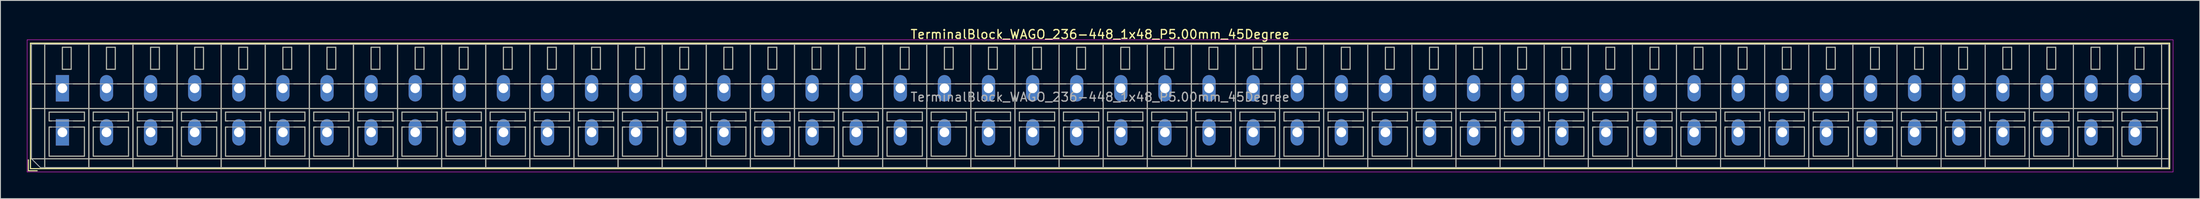
<source format=kicad_pcb>
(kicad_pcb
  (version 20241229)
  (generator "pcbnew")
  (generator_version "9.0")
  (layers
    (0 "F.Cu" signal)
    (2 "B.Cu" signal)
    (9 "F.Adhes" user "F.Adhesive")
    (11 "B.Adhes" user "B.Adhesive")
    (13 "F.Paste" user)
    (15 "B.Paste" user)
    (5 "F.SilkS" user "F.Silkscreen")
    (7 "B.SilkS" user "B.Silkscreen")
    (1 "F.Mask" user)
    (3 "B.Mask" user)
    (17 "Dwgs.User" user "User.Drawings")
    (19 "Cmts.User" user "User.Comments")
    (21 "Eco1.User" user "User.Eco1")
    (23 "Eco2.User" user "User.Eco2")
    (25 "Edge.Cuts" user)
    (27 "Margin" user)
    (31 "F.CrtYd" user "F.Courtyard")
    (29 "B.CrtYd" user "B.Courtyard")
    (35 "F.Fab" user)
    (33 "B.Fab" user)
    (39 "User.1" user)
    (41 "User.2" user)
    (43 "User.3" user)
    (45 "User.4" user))
  (footprint "TerminalBlock_WAGO_236-448_1x48_P5.00mm_45Degree"
    (layer "F.Cu")
    (at 4.025 6.968)
    (property "Reference" "TerminalBlock_WAGO_236-448_1x48_P5.00mm_45Degree" (at 117.65 -6.12 0) (layer "F.SilkS") (effects (font (size 1 1) (thickness 0.15))))
    (attr through_hole)
    (fp_line (start -3.86 8.12) (end -3.86 9.36) (stroke (width 0.12) (type solid)) (layer "F.SilkS"))
    (fp_line (start -3.86 9.36) (end -2.86 9.36) (stroke (width 0.12) (type solid)) (layer "F.SilkS"))
    (fp_line (start -3.62 -5.12) (end -3.62 9.12) (stroke (width 0.12) (type solid)) (layer "F.SilkS"))
    (fp_line (start -3.62 -5.12) (end 238.92 -5.12) (stroke (width 0.12) (type solid)) (layer "F.SilkS"))
    (fp_line (start -3.62 -0.5) (end -1.23 -0.5) (stroke (width 0.12) (type solid)) (layer "F.SilkS"))
    (fp_line (start -3.62 2.3) (end 238.92 2.3) (stroke (width 0.12) (type solid)) (layer "F.SilkS"))
    (fp_line (start -3.62 8) (end 238.92 8) (stroke (width 0.12) (type solid)) (layer "F.SilkS"))
    (fp_line (start -3.62 9.12) (end 238.92 9.12) (stroke (width 0.12) (type solid)) (layer "F.SilkS"))
    (fp_line (start -2 -5) (end -2 9) (stroke (width 0.12) (type solid)) (layer "F.SilkS"))
    (fp_line (start -2 -5) (end 3 -5) (stroke (width 0.12) (type solid)) (layer "F.SilkS"))
    (fp_line (start -2 9) (end 3 9) (stroke (width 0.12) (type solid)) (layer "F.SilkS"))
    (fp_line (start -1.5 2.7) (end -1.5 3.7) (stroke (width 0.12) (type solid)) (layer "F.SilkS"))
    (fp_line (start -1.5 2.7) (end 2.5 2.7) (stroke (width 0.12) (type solid)) (layer "F.SilkS"))
    (fp_line (start -1.5 3.7) (end -1.23 3.7) (stroke (width 0.12) (type solid)) (layer "F.SilkS"))
    (fp_line (start -1.5 4.4) (end -1.5 7.7) (stroke (width 0.12) (type solid)) (layer "F.SilkS"))
    (fp_line (start -1.5 4.4) (end -1.23 4.4) (stroke (width 0.12) (type solid)) (layer "F.SilkS"))
    (fp_line (start -1.5 7.7) (end 2.5 7.7) (stroke (width 0.12) (type solid)) (layer "F.SilkS"))
    (fp_line (start 0 -4.65) (end 0 -2.151) (stroke (width 0.12) (type solid)) (layer "F.SilkS"))
    (fp_line (start 0 -4.65) (end 1 -4.65) (stroke (width 0.12) (type solid)) (layer "F.SilkS"))
    (fp_line (start 0 -2.151) (end 1 -2.151) (stroke (width 0.12) (type solid)) (layer "F.SilkS"))
    (fp_line (start 1 -4.65) (end 1 -2.151) (stroke (width 0.12) (type solid)) (layer "F.SilkS"))
    (fp_line (start 1.23 -0.5) (end 3.77 -0.5) (stroke (width 0.12) (type solid)) (layer "F.SilkS"))
    (fp_line (start 1.23 3.7) (end 2.5 3.7) (stroke (width 0.12) (type solid)) (layer "F.SilkS"))
    (fp_line (start 1.23 4.4) (end 2.5 4.4) (stroke (width 0.12) (type solid)) (layer "F.SilkS"))
    (fp_line (start 2.5 2.7) (end 2.5 3.7) (stroke (width 0.12) (type solid)) (layer "F.SilkS"))
    (fp_line (start 2.5 4.4) (end 2.5 7.7) (stroke (width 0.12) (type solid)) (layer "F.SilkS"))
    (fp_line (start 3 -5) (end 3 9) (stroke (width 0.12) (type solid)) (layer "F.SilkS"))
    (fp_line (start 3 -5) (end 3 9) (stroke (width 0.12) (type solid)) (layer "F.SilkS"))
    (fp_line (start 3 -5) (end 8 -5) (stroke (width 0.12) (type solid)) (layer "F.SilkS"))
    (fp_line (start 3 9) (end 8 9) (stroke (width 0.12) (type solid)) (layer "F.SilkS"))
    (fp_line (start 3.5 2.7) (end 3.5 3.7) (stroke (width 0.12) (type solid)) (layer "F.SilkS"))
    (fp_line (start 3.5 2.7) (end 7.5 2.7) (stroke (width 0.12) (type solid)) (layer "F.SilkS"))
    (fp_line (start 3.5 3.7) (end 3.77 3.7) (stroke (width 0.12) (type solid)) (layer "F.SilkS"))
    (fp_line (start 3.5 4.4) (end 3.5 7.7) (stroke (width 0.12) (type solid)) (layer "F.SilkS"))
    (fp_line (start 3.5 4.4) (end 3.77 4.4) (stroke (width 0.12) (type solid)) (layer "F.SilkS"))
    (fp_line (start 3.5 7.7) (end 7.5 7.7) (stroke (width 0.12) (type solid)) (layer "F.SilkS"))
    (fp_line (start 5 -4.65) (end 5 -2.151) (stroke (width 0.12) (type solid)) (layer "F.SilkS"))
    (fp_line (start 5 -4.65) (end 6 -4.65) (stroke (width 0.12) (type solid)) (layer "F.SilkS"))
    (fp_line (start 5 -2.151) (end 6 -2.151) (stroke (width 0.12) (type solid)) (layer "F.SilkS"))
    (fp_line (start 6 -4.65) (end 6 -2.151) (stroke (width 0.12) (type solid)) (layer "F.SilkS"))
    (fp_line (start 6.23 -0.5) (end 8.77 -0.5) (stroke (width 0.12) (type solid)) (layer "F.SilkS"))
    (fp_line (start 6.23 3.7) (end 7.5 3.7) (stroke (width 0.12) (type solid)) (layer "F.SilkS"))
    (fp_line (start 6.23 4.4) (end 7.5 4.4) (stroke (width 0.12) (type solid)) (layer "F.SilkS"))
    (fp_line (start 7.5 2.7) (end 7.5 3.7) (stroke (width 0.12) (type solid)) (layer "F.SilkS"))
    (fp_line (start 7.5 4.4) (end 7.5 7.7) (stroke (width 0.12) (type solid)) (layer "F.SilkS"))
    (fp_line (start 8 -5) (end 8 9) (stroke (width 0.12) (type solid)) (layer "F.SilkS"))
    (fp_line (start 8 -5) (end 8 9) (stroke (width 0.12) (type solid)) (layer "F.SilkS"))
    (fp_line (start 8 -5) (end 13 -5) (stroke (width 0.12) (type solid)) (layer "F.SilkS"))
    (fp_line (start 8 9) (end 13 9) (stroke (width 0.12) (type solid)) (layer "F.SilkS"))
    (fp_line (start 8.5 2.7) (end 8.5 3.7) (stroke (width 0.12) (type solid)) (layer "F.SilkS"))
    (fp_line (start 8.5 2.7) (end 12.5 2.7) (stroke (width 0.12) (type solid)) (layer "F.SilkS"))
    (fp_line (start 8.5 3.7) (end 8.77 3.7) (stroke (width 0.12) (type solid)) (layer "F.SilkS"))
    (fp_line (start 8.5 4.4) (end 8.5 7.7) (stroke (width 0.12) (type solid)) (layer "F.SilkS"))
    (fp_line (start 8.5 4.4) (end 8.77 4.4) (stroke (width 0.12) (type solid)) (layer "F.SilkS"))
    (fp_line (start 8.5 7.7) (end 12.5 7.7) (stroke (width 0.12) (type solid)) (layer "F.SilkS"))
    (fp_line (start 10 -4.65) (end 10 -2.151) (stroke (width 0.12) (type solid)) (layer "F.SilkS"))
    (fp_line (start 10 -4.65) (end 11 -4.65) (stroke (width 0.12) (type solid)) (layer "F.SilkS"))
    (fp_line (start 10 -2.151) (end 11 -2.151) (stroke (width 0.12) (type solid)) (layer "F.SilkS"))
    (fp_line (start 11 -4.65) (end 11 -2.151) (stroke (width 0.12) (type solid)) (layer "F.SilkS"))
    (fp_line (start 11.23 -0.5) (end 13.77 -0.5) (stroke (width 0.12) (type solid)) (layer "F.SilkS"))
    (fp_line (start 11.23 3.7) (end 12.5 3.7) (stroke (width 0.12) (type solid)) (layer "F.SilkS"))
    (fp_line (start 11.23 4.4) (end 12.5 4.4) (stroke (width 0.12) (type solid)) (layer "F.SilkS"))
    (fp_line (start 12.5 2.7) (end 12.5 3.7) (stroke (width 0.12) (type solid)) (layer "F.SilkS"))
    (fp_line (start 12.5 4.4) (end 12.5 7.7) (stroke (width 0.12) (type solid)) (layer "F.SilkS"))
    (fp_line (start 13 -5) (end 13 9) (stroke (width 0.12) (type solid)) (layer "F.SilkS"))
    (fp_line (start 13 -5) (end 13 9) (stroke (width 0.12) (type solid)) (layer "F.SilkS"))
    (fp_line (start 13 -5) (end 18 -5) (stroke (width 0.12) (type solid)) (layer "F.SilkS"))
    (fp_line (start 13 9) (end 18 9) (stroke (width 0.12) (type solid)) (layer "F.SilkS"))
    (fp_line (start 13.5 2.7) (end 13.5 3.7) (stroke (width 0.12) (type solid)) (layer "F.SilkS"))
    (fp_line (start 13.5 2.7) (end 17.5 2.7) (stroke (width 0.12) (type solid)) (layer "F.SilkS"))
    (fp_line (start 13.5 3.7) (end 13.77 3.7) (stroke (width 0.12) (type solid)) (layer "F.SilkS"))
    (fp_line (start 13.5 4.4) (end 13.5 7.7) (stroke (width 0.12) (type solid)) (layer "F.SilkS"))
    (fp_line (start 13.5 4.4) (end 13.77 4.4) (stroke (width 0.12) (type solid)) (layer "F.SilkS"))
    (fp_line (start 13.5 7.7) (end 17.5 7.7) (stroke (width 0.12) (type solid)) (layer "F.SilkS"))
    (fp_line (start 15 -4.65) (end 15 -2.151) (stroke (width 0.12) (type solid)) (layer "F.SilkS"))
    (fp_line (start 15 -4.65) (end 16 -4.65) (stroke (width 0.12) (type solid)) (layer "F.SilkS"))
    (fp_line (start 15 -2.151) (end 16 -2.151) (stroke (width 0.12) (type solid)) (layer "F.SilkS"))
    (fp_line (start 16 -4.65) (end 16 -2.151) (stroke (width 0.12) (type solid)) (layer "F.SilkS"))
    (fp_line (start 16.23 -0.5) (end 18.77 -0.5) (stroke (width 0.12) (type solid)) (layer "F.SilkS"))
    (fp_line (start 16.23 3.7) (end 17.5 3.7) (stroke (width 0.12) (type solid)) (layer "F.SilkS"))
    (fp_line (start 16.23 4.4) (end 17.5 4.4) (stroke (width 0.12) (type solid)) (layer "F.SilkS"))
    (fp_line (start 17.5 2.7) (end 17.5 3.7) (stroke (width 0.12) (type solid)) (layer "F.SilkS"))
    (fp_line (start 17.5 4.4) (end 17.5 7.7) (stroke (width 0.12) (type solid)) (layer "F.SilkS"))
    (fp_line (start 18 -5) (end 18 9) (stroke (width 0.12) (type solid)) (layer "F.SilkS"))
    (fp_line (start 18 -5) (end 18 9) (stroke (width 0.12) (type solid)) (layer "F.SilkS"))
    (fp_line (start 18 -5) (end 23 -5) (stroke (width 0.12) (type solid)) (layer "F.SilkS"))
    (fp_line (start 18 9) (end 23 9) (stroke (width 0.12) (type solid)) (layer "F.SilkS"))
    (fp_line (start 18.5 2.7) (end 18.5 3.7) (stroke (width 0.12) (type solid)) (layer "F.SilkS"))
    (fp_line (start 18.5 2.7) (end 22.5 2.7) (stroke (width 0.12) (type solid)) (layer "F.SilkS"))
    (fp_line (start 18.5 3.7) (end 18.77 3.7) (stroke (width 0.12) (type solid)) (layer "F.SilkS"))
    (fp_line (start 18.5 4.4) (end 18.5 7.7) (stroke (width 0.12) (type solid)) (layer "F.SilkS"))
    (fp_line (start 18.5 4.4) (end 18.77 4.4) (stroke (width 0.12) (type solid)) (layer "F.SilkS"))
    (fp_line (start 18.5 7.7) (end 22.5 7.7) (stroke (width 0.12) (type solid)) (layer "F.SilkS"))
    (fp_line (start 20 -4.65) (end 20 -2.151) (stroke (width 0.12) (type solid)) (layer "F.SilkS"))
    (fp_line (start 20 -4.65) (end 21 -4.65) (stroke (width 0.12) (type solid)) (layer "F.SilkS"))
    (fp_line (start 20 -2.151) (end 21 -2.151) (stroke (width 0.12) (type solid)) (layer "F.SilkS"))
    (fp_line (start 21 -4.65) (end 21 -2.151) (stroke (width 0.12) (type solid)) (layer "F.SilkS"))
    (fp_line (start 21.23 -0.5) (end 23.77 -0.5) (stroke (width 0.12) (type solid)) (layer "F.SilkS"))
    (fp_line (start 21.23 3.7) (end 22.5 3.7) (stroke (width 0.12) (type solid)) (layer "F.SilkS"))
    (fp_line (start 21.23 4.4) (end 22.5 4.4) (stroke (width 0.12) (type solid)) (layer "F.SilkS"))
    (fp_line (start 22.5 2.7) (end 22.5 3.7) (stroke (width 0.12) (type solid)) (layer "F.SilkS"))
    (fp_line (start 22.5 4.4) (end 22.5 7.7) (stroke (width 0.12) (type solid)) (layer "F.SilkS"))
    (fp_line (start 23 -5) (end 23 9) (stroke (width 0.12) (type solid)) (layer "F.SilkS"))
    (fp_line (start 23 -5) (end 23 9) (stroke (width 0.12) (type solid)) (layer "F.SilkS"))
    (fp_line (start 23 -5) (end 28 -5) (stroke (width 0.12) (type solid)) (layer "F.SilkS"))
    (fp_line (start 23 9) (end 28 9) (stroke (width 0.12) (type solid)) (layer "F.SilkS"))
    (fp_line (start 23.5 2.7) (end 23.5 3.7) (stroke (width 0.12) (type solid)) (layer "F.SilkS"))
    (fp_line (start 23.5 2.7) (end 27.5 2.7) (stroke (width 0.12) (type solid)) (layer "F.SilkS"))
    (fp_line (start 23.5 3.7) (end 23.77 3.7) (stroke (width 0.12) (type solid)) (layer "F.SilkS"))
    (fp_line (start 23.5 4.4) (end 23.5 7.7) (stroke (width 0.12) (type solid)) (layer "F.SilkS"))
    (fp_line (start 23.5 4.4) (end 23.77 4.4) (stroke (width 0.12) (type solid)) (layer "F.SilkS"))
    (fp_line (start 23.5 7.7) (end 27.5 7.7) (stroke (width 0.12) (type solid)) (layer "F.SilkS"))
    (fp_line (start 25 -4.65) (end 25 -2.151) (stroke (width 0.12) (type solid)) (layer "F.SilkS"))
    (fp_line (start 25 -4.65) (end 26 -4.65) (stroke (width 0.12) (type solid)) (layer "F.SilkS"))
    (fp_line (start 25 -2.151) (end 26 -2.151) (stroke (width 0.12) (type solid)) (layer "F.SilkS"))
    (fp_line (start 26 -4.65) (end 26 -2.151) (stroke (width 0.12) (type solid)) (layer "F.SilkS"))
    (fp_line (start 26.23 -0.5) (end 28.77 -0.5) (stroke (width 0.12) (type solid)) (layer "F.SilkS"))
    (fp_line (start 26.23 3.7) (end 27.5 3.7) (stroke (width 0.12) (type solid)) (layer "F.SilkS"))
    (fp_line (start 26.23 4.4) (end 27.5 4.4) (stroke (width 0.12) (type solid)) (layer "F.SilkS"))
    (fp_line (start 27.5 2.7) (end 27.5 3.7) (stroke (width 0.12) (type solid)) (layer "F.SilkS"))
    (fp_line (start 27.5 4.4) (end 27.5 7.7) (stroke (width 0.12) (type solid)) (layer "F.SilkS"))
    (fp_line (start 28 -5) (end 28 9) (stroke (width 0.12) (type solid)) (layer "F.SilkS"))
    (fp_line (start 28 -5) (end 28 9) (stroke (width 0.12) (type solid)) (layer "F.SilkS"))
    (fp_line (start 28 -5) (end 33 -5) (stroke (width 0.12) (type solid)) (layer "F.SilkS"))
    (fp_line (start 28 9) (end 33 9) (stroke (width 0.12) (type solid)) (layer "F.SilkS"))
    (fp_line (start 28.5 2.7) (end 28.5 3.7) (stroke (width 0.12) (type solid)) (layer "F.SilkS"))
    (fp_line (start 28.5 2.7) (end 32.5 2.7) (stroke (width 0.12) (type solid)) (layer "F.SilkS"))
    (fp_line (start 28.5 3.7) (end 28.77 3.7) (stroke (width 0.12) (type solid)) (layer "F.SilkS"))
    (fp_line (start 28.5 4.4) (end 28.5 7.7) (stroke (width 0.12) (type solid)) (layer "F.SilkS"))
    (fp_line (start 28.5 4.4) (end 28.77 4.4) (stroke (width 0.12) (type solid)) (layer "F.SilkS"))
    (fp_line (start 28.5 7.7) (end 32.5 7.7) (stroke (width 0.12) (type solid)) (layer "F.SilkS"))
    (fp_line (start 30 -4.65) (end 30 -2.151) (stroke (width 0.12) (type solid)) (layer "F.SilkS"))
    (fp_line (start 30 -4.65) (end 31 -4.65) (stroke (width 0.12) (type solid)) (layer "F.SilkS"))
    (fp_line (start 30 -2.151) (end 31 -2.151) (stroke (width 0.12) (type solid)) (layer "F.SilkS"))
    (fp_line (start 31 -4.65) (end 31 -2.151) (stroke (width 0.12) (type solid)) (layer "F.SilkS"))
    (fp_line (start 31.23 -0.5) (end 33.77 -0.5) (stroke (width 0.12) (type solid)) (layer "F.SilkS"))
    (fp_line (start 31.23 3.7) (end 32.5 3.7) (stroke (width 0.12) (type solid)) (layer "F.SilkS"))
    (fp_line (start 31.23 4.4) (end 32.5 4.4) (stroke (width 0.12) (type solid)) (layer "F.SilkS"))
    (fp_line (start 32.5 2.7) (end 32.5 3.7) (stroke (width 0.12) (type solid)) (layer "F.SilkS"))
    (fp_line (start 32.5 4.4) (end 32.5 7.7) (stroke (width 0.12) (type solid)) (layer "F.SilkS"))
    (fp_line (start 33 -5) (end 33 9) (stroke (width 0.12) (type solid)) (layer "F.SilkS"))
    (fp_line (start 33 -5) (end 33 9) (stroke (width 0.12) (type solid)) (layer "F.SilkS"))
    (fp_line (start 33 -5) (end 38 -5) (stroke (width 0.12) (type solid)) (layer "F.SilkS"))
    (fp_line (start 33 9) (end 38 9) (stroke (width 0.12) (type solid)) (layer "F.SilkS"))
    (fp_line (start 33.5 2.7) (end 33.5 3.7) (stroke (width 0.12) (type solid)) (layer "F.SilkS"))
    (fp_line (start 33.5 2.7) (end 37.5 2.7) (stroke (width 0.12) (type solid)) (layer "F.SilkS"))
    (fp_line (start 33.5 3.7) (end 33.77 3.7) (stroke (width 0.12) (type solid)) (layer "F.SilkS"))
    (fp_line (start 33.5 4.4) (end 33.5 7.7) (stroke (width 0.12) (type solid)) (layer "F.SilkS"))
    (fp_line (start 33.5 4.4) (end 33.77 4.4) (stroke (width 0.12) (type solid)) (layer "F.SilkS"))
    (fp_line (start 33.5 7.7) (end 37.5 7.7) (stroke (width 0.12) (type solid)) (layer "F.SilkS"))
    (fp_line (start 35 -4.65) (end 35 -2.151) (stroke (width 0.12) (type solid)) (layer "F.SilkS"))
    (fp_line (start 35 -4.65) (end 36 -4.65) (stroke (width 0.12) (type solid)) (layer "F.SilkS"))
    (fp_line (start 35 -2.151) (end 36 -2.151) (stroke (width 0.12) (type solid)) (layer "F.SilkS"))
    (fp_line (start 36 -4.65) (end 36 -2.151) (stroke (width 0.12) (type solid)) (layer "F.SilkS"))
    (fp_line (start 36.23 -0.5) (end 38.77 -0.5) (stroke (width 0.12) (type solid)) (layer "F.SilkS"))
    (fp_line (start 36.23 3.7) (end 37.5 3.7) (stroke (width 0.12) (type solid)) (layer "F.SilkS"))
    (fp_line (start 36.23 4.4) (end 37.5 4.4) (stroke (width 0.12) (type solid)) (layer "F.SilkS"))
    (fp_line (start 37.5 2.7) (end 37.5 3.7) (stroke (width 0.12) (type solid)) (layer "F.SilkS"))
    (fp_line (start 37.5 4.4) (end 37.5 7.7) (stroke (width 0.12) (type solid)) (layer "F.SilkS"))
    (fp_line (start 38 -5) (end 38 9) (stroke (width 0.12) (type solid)) (layer "F.SilkS"))
    (fp_line (start 38 -5) (end 38 9) (stroke (width 0.12) (type solid)) (layer "F.SilkS"))
    (fp_line (start 38 -5) (end 43 -5) (stroke (width 0.12) (type solid)) (layer "F.SilkS"))
    (fp_line (start 38 9) (end 43 9) (stroke (width 0.12) (type solid)) (layer "F.SilkS"))
    (fp_line (start 38.5 2.7) (end 38.5 3.7) (stroke (width 0.12) (type solid)) (layer "F.SilkS"))
    (fp_line (start 38.5 2.7) (end 42.5 2.7) (stroke (width 0.12) (type solid)) (layer "F.SilkS"))
    (fp_line (start 38.5 3.7) (end 38.77 3.7) (stroke (width 0.12) (type solid)) (layer "F.SilkS"))
    (fp_line (start 38.5 4.4) (end 38.5 7.7) (stroke (width 0.12) (type solid)) (layer "F.SilkS"))
    (fp_line (start 38.5 4.4) (end 38.77 4.4) (stroke (width 0.12) (type solid)) (layer "F.SilkS"))
    (fp_line (start 38.5 7.7) (end 42.5 7.7) (stroke (width 0.12) (type solid)) (layer "F.SilkS"))
    (fp_line (start 40 -4.65) (end 40 -2.151) (stroke (width 0.12) (type solid)) (layer "F.SilkS"))
    (fp_line (start 40 -4.65) (end 41 -4.65) (stroke (width 0.12) (type solid)) (layer "F.SilkS"))
    (fp_line (start 40 -2.151) (end 41 -2.151) (stroke (width 0.12) (type solid)) (layer "F.SilkS"))
    (fp_line (start 41 -4.65) (end 41 -2.151) (stroke (width 0.12) (type solid)) (layer "F.SilkS"))
    (fp_line (start 41.23 -0.5) (end 43.77 -0.5) (stroke (width 0.12) (type solid)) (layer "F.SilkS"))
    (fp_line (start 41.23 3.7) (end 42.5 3.7) (stroke (width 0.12) (type solid)) (layer "F.SilkS"))
    (fp_line (start 41.23 4.4) (end 42.5 4.4) (stroke (width 0.12) (type solid)) (layer "F.SilkS"))
    (fp_line (start 42.5 2.7) (end 42.5 3.7) (stroke (width 0.12) (type solid)) (layer "F.SilkS"))
    (fp_line (start 42.5 4.4) (end 42.5 7.7) (stroke (width 0.12) (type solid)) (layer "F.SilkS"))
    (fp_line (start 43 -5) (end 43 9) (stroke (width 0.12) (type solid)) (layer "F.SilkS"))
    (fp_line (start 43 -5) (end 43 9) (stroke (width 0.12) (type solid)) (layer "F.SilkS"))
    (fp_line (start 43 -5) (end 48 -5) (stroke (width 0.12) (type solid)) (layer "F.SilkS"))
    (fp_line (start 43 9) (end 48 9) (stroke (width 0.12) (type solid)) (layer "F.SilkS"))
    (fp_line (start 43.5 2.7) (end 43.5 3.7) (stroke (width 0.12) (type solid)) (layer "F.SilkS"))
    (fp_line (start 43.5 2.7) (end 47.5 2.7) (stroke (width 0.12) (type solid)) (layer "F.SilkS"))
    (fp_line (start 43.5 3.7) (end 43.77 3.7) (stroke (width 0.12) (type solid)) (layer "F.SilkS"))
    (fp_line (start 43.5 4.4) (end 43.5 7.7) (stroke (width 0.12) (type solid)) (layer "F.SilkS"))
    (fp_line (start 43.5 4.4) (end 43.77 4.4) (stroke (width 0.12) (type solid)) (layer "F.SilkS"))
    (fp_line (start 43.5 7.7) (end 47.5 7.7) (stroke (width 0.12) (type solid)) (layer "F.SilkS"))
    (fp_line (start 45 -4.65) (end 45 -2.151) (stroke (width 0.12) (type solid)) (layer "F.SilkS"))
    (fp_line (start 45 -4.65) (end 46 -4.65) (stroke (width 0.12) (type solid)) (layer "F.SilkS"))
    (fp_line (start 45 -2.151) (end 46 -2.151) (stroke (width 0.12) (type solid)) (layer "F.SilkS"))
    (fp_line (start 46 -4.65) (end 46 -2.151) (stroke (width 0.12) (type solid)) (layer "F.SilkS"))
    (fp_line (start 46.23 -0.5) (end 48.77 -0.5) (stroke (width 0.12) (type solid)) (layer "F.SilkS"))
    (fp_line (start 46.23 3.7) (end 47.5 3.7) (stroke (width 0.12) (type solid)) (layer "F.SilkS"))
    (fp_line (start 46.23 4.4) (end 47.5 4.4) (stroke (width 0.12) (type solid)) (layer "F.SilkS"))
    (fp_line (start 47.5 2.7) (end 47.5 3.7) (stroke (width 0.12) (type solid)) (layer "F.SilkS"))
    (fp_line (start 47.5 4.4) (end 47.5 7.7) (stroke (width 0.12) (type solid)) (layer "F.SilkS"))
    (fp_line (start 48 -5) (end 48 9) (stroke (width 0.12) (type solid)) (layer "F.SilkS"))
    (fp_line (start 48 -5) (end 48 9) (stroke (width 0.12) (type solid)) (layer "F.SilkS"))
    (fp_line (start 48 -5) (end 53 -5) (stroke (width 0.12) (type solid)) (layer "F.SilkS"))
    (fp_line (start 48 9) (end 53 9) (stroke (width 0.12) (type solid)) (layer "F.SilkS"))
    (fp_line (start 48.5 2.7) (end 48.5 3.7) (stroke (width 0.12) (type solid)) (layer "F.SilkS"))
    (fp_line (start 48.5 2.7) (end 52.5 2.7) (stroke (width 0.12) (type solid)) (layer "F.SilkS"))
    (fp_line (start 48.5 3.7) (end 48.77 3.7) (stroke (width 0.12) (type solid)) (layer "F.SilkS"))
    (fp_line (start 48.5 4.4) (end 48.5 7.7) (stroke (width 0.12) (type solid)) (layer "F.SilkS"))
    (fp_line (start 48.5 4.4) (end 48.77 4.4) (stroke (width 0.12) (type solid)) (layer "F.SilkS"))
    (fp_line (start 48.5 7.7) (end 52.5 7.7) (stroke (width 0.12) (type solid)) (layer "F.SilkS"))
    (fp_line (start 50 -4.65) (end 50 -2.151) (stroke (width 0.12) (type solid)) (layer "F.SilkS"))
    (fp_line (start 50 -4.65) (end 51 -4.65) (stroke (width 0.12) (type solid)) (layer "F.SilkS"))
    (fp_line (start 50 -2.151) (end 51 -2.151) (stroke (width 0.12) (type solid)) (layer "F.SilkS"))
    (fp_line (start 51 -4.65) (end 51 -2.151) (stroke (width 0.12) (type solid)) (layer "F.SilkS"))
    (fp_line (start 51.23 -0.5) (end 53.77 -0.5) (stroke (width 0.12) (type solid)) (layer "F.SilkS"))
    (fp_line (start 51.23 3.7) (end 52.5 3.7) (stroke (width 0.12) (type solid)) (layer "F.SilkS"))
    (fp_line (start 51.23 4.4) (end 52.5 4.4) (stroke (width 0.12) (type solid)) (layer "F.SilkS"))
    (fp_line (start 52.5 2.7) (end 52.5 3.7) (stroke (width 0.12) (type solid)) (layer "F.SilkS"))
    (fp_line (start 52.5 4.4) (end 52.5 7.7) (stroke (width 0.12) (type solid)) (layer "F.SilkS"))
    (fp_line (start 53 -5) (end 53 9) (stroke (width 0.12) (type solid)) (layer "F.SilkS"))
    (fp_line (start 53 -5) (end 53 9) (stroke (width 0.12) (type solid)) (layer "F.SilkS"))
    (fp_line (start 53 -5) (end 58 -5) (stroke (width 0.12) (type solid)) (layer "F.SilkS"))
    (fp_line (start 53 9) (end 58 9) (stroke (width 0.12) (type solid)) (layer "F.SilkS"))
    (fp_line (start 53.5 2.7) (end 53.5 3.7) (stroke (width 0.12) (type solid)) (layer "F.SilkS"))
    (fp_line (start 53.5 2.7) (end 57.5 2.7) (stroke (width 0.12) (type solid)) (layer "F.SilkS"))
    (fp_line (start 53.5 3.7) (end 53.77 3.7) (stroke (width 0.12) (type solid)) (layer "F.SilkS"))
    (fp_line (start 53.5 4.4) (end 53.5 7.7) (stroke (width 0.12) (type solid)) (layer "F.SilkS"))
    (fp_line (start 53.5 4.4) (end 53.77 4.4) (stroke (width 0.12) (type solid)) (layer "F.SilkS"))
    (fp_line (start 53.5 7.7) (end 57.5 7.7) (stroke (width 0.12) (type solid)) (layer "F.SilkS"))
    (fp_line (start 55 -4.65) (end 55 -2.151) (stroke (width 0.12) (type solid)) (layer "F.SilkS"))
    (fp_line (start 55 -4.65) (end 56 -4.65) (stroke (width 0.12) (type solid)) (layer "F.SilkS"))
    (fp_line (start 55 -2.151) (end 56 -2.151) (stroke (width 0.12) (type solid)) (layer "F.SilkS"))
    (fp_line (start 56 -4.65) (end 56 -2.151) (stroke (width 0.12) (type solid)) (layer "F.SilkS"))
    (fp_line (start 56.23 -0.5) (end 58.77 -0.5) (stroke (width 0.12) (type solid)) (layer "F.SilkS"))
    (fp_line (start 56.23 3.7) (end 57.5 3.7) (stroke (width 0.12) (type solid)) (layer "F.SilkS"))
    (fp_line (start 56.23 4.4) (end 57.5 4.4) (stroke (width 0.12) (type solid)) (layer "F.SilkS"))
    (fp_line (start 57.5 2.7) (end 57.5 3.7) (stroke (width 0.12) (type solid)) (layer "F.SilkS"))
    (fp_line (start 57.5 4.4) (end 57.5 7.7) (stroke (width 0.12) (type solid)) (layer "F.SilkS"))
    (fp_line (start 58 -5) (end 58 9) (stroke (width 0.12) (type solid)) (layer "F.SilkS"))
    (fp_line (start 58 -5) (end 58 9) (stroke (width 0.12) (type solid)) (layer "F.SilkS"))
    (fp_line (start 58 -5) (end 63 -5) (stroke (width 0.12) (type solid)) (layer "F.SilkS"))
    (fp_line (start 58 9) (end 63 9) (stroke (width 0.12) (type solid)) (layer "F.SilkS"))
    (fp_line (start 58.5 2.7) (end 58.5 3.7) (stroke (width 0.12) (type solid)) (layer "F.SilkS"))
    (fp_line (start 58.5 2.7) (end 62.5 2.7) (stroke (width 0.12) (type solid)) (layer "F.SilkS"))
    (fp_line (start 58.5 3.7) (end 58.77 3.7) (stroke (width 0.12) (type solid)) (layer "F.SilkS"))
    (fp_line (start 58.5 4.4) (end 58.5 7.7) (stroke (width 0.12) (type solid)) (layer "F.SilkS"))
    (fp_line (start 58.5 4.4) (end 58.77 4.4) (stroke (width 0.12) (type solid)) (layer "F.SilkS"))
    (fp_line (start 58.5 7.7) (end 62.5 7.7) (stroke (width 0.12) (type solid)) (layer "F.SilkS"))
    (fp_line (start 60 -4.65) (end 60 -2.151) (stroke (width 0.12) (type solid)) (layer "F.SilkS"))
    (fp_line (start 60 -4.65) (end 61 -4.65) (stroke (width 0.12) (type solid)) (layer "F.SilkS"))
    (fp_line (start 60 -2.151) (end 61 -2.151) (stroke (width 0.12) (type solid)) (layer "F.SilkS"))
    (fp_line (start 61 -4.65) (end 61 -2.151) (stroke (width 0.12) (type solid)) (layer "F.SilkS"))
    (fp_line (start 61.23 -0.5) (end 63.77 -0.5) (stroke (width 0.12) (type solid)) (layer "F.SilkS"))
    (fp_line (start 61.23 3.7) (end 62.5 3.7) (stroke (width 0.12) (type solid)) (layer "F.SilkS"))
    (fp_line (start 61.23 4.4) (end 62.5 4.4) (stroke (width 0.12) (type solid)) (layer "F.SilkS"))
    (fp_line (start 62.5 2.7) (end 62.5 3.7) (stroke (width 0.12) (type solid)) (layer "F.SilkS"))
    (fp_line (start 62.5 4.4) (end 62.5 7.7) (stroke (width 0.12) (type solid)) (layer "F.SilkS"))
    (fp_line (start 63 -5) (end 63 9) (stroke (width 0.12) (type solid)) (layer "F.SilkS"))
    (fp_line (start 63 -5) (end 63 9) (stroke (width 0.12) (type solid)) (layer "F.SilkS"))
    (fp_line (start 63 -5) (end 68 -5) (stroke (width 0.12) (type solid)) (layer "F.SilkS"))
    (fp_line (start 63 9) (end 68 9) (stroke (width 0.12) (type solid)) (layer "F.SilkS"))
    (fp_line (start 63.5 2.7) (end 63.5 3.7) (stroke (width 0.12) (type solid)) (layer "F.SilkS"))
    (fp_line (start 63.5 2.7) (end 67.5 2.7) (stroke (width 0.12) (type solid)) (layer "F.SilkS"))
    (fp_line (start 63.5 3.7) (end 63.77 3.7) (stroke (width 0.12) (type solid)) (layer "F.SilkS"))
    (fp_line (start 63.5 4.4) (end 63.5 7.7) (stroke (width 0.12) (type solid)) (layer "F.SilkS"))
    (fp_line (start 63.5 4.4) (end 63.77 4.4) (stroke (width 0.12) (type solid)) (layer "F.SilkS"))
    (fp_line (start 63.5 7.7) (end 67.5 7.7) (stroke (width 0.12) (type solid)) (layer "F.SilkS"))
    (fp_line (start 65 -4.65) (end 65 -2.151) (stroke (width 0.12) (type solid)) (layer "F.SilkS"))
    (fp_line (start 65 -4.65) (end 66 -4.65) (stroke (width 0.12) (type solid)) (layer "F.SilkS"))
    (fp_line (start 65 -2.151) (end 66 -2.151) (stroke (width 0.12) (type solid)) (layer "F.SilkS"))
    (fp_line (start 66 -4.65) (end 66 -2.151) (stroke (width 0.12) (type solid)) (layer "F.SilkS"))
    (fp_line (start 66.23 -0.5) (end 68.77 -0.5) (stroke (width 0.12) (type solid)) (layer "F.SilkS"))
    (fp_line (start 66.23 3.7) (end 67.5 3.7) (stroke (width 0.12) (type solid)) (layer "F.SilkS"))
    (fp_line (start 66.23 4.4) (end 67.5 4.4) (stroke (width 0.12) (type solid)) (layer "F.SilkS"))
    (fp_line (start 67.5 2.7) (end 67.5 3.7) (stroke (width 0.12) (type solid)) (layer "F.SilkS"))
    (fp_line (start 67.5 4.4) (end 67.5 7.7) (stroke (width 0.12) (type solid)) (layer "F.SilkS"))
    (fp_line (start 68 -5) (end 68 9) (stroke (width 0.12) (type solid)) (layer "F.SilkS"))
    (fp_line (start 68 -5) (end 68 9) (stroke (width 0.12) (type solid)) (layer "F.SilkS"))
    (fp_line (start 68 -5) (end 73 -5) (stroke (width 0.12) (type solid)) (layer "F.SilkS"))
    (fp_line (start 68 9) (end 73 9) (stroke (width 0.12) (type solid)) (layer "F.SilkS"))
    (fp_line (start 68.5 2.7) (end 68.5 3.7) (stroke (width 0.12) (type solid)) (layer "F.SilkS"))
    (fp_line (start 68.5 2.7) (end 72.5 2.7) (stroke (width 0.12) (type solid)) (layer "F.SilkS"))
    (fp_line (start 68.5 3.7) (end 68.77 3.7) (stroke (width 0.12) (type solid)) (layer "F.SilkS"))
    (fp_line (start 68.5 4.4) (end 68.5 7.7) (stroke (width 0.12) (type solid)) (layer "F.SilkS"))
    (fp_line (start 68.5 4.4) (end 68.77 4.4) (stroke (width 0.12) (type solid)) (layer "F.SilkS"))
    (fp_line (start 68.5 7.7) (end 72.5 7.7) (stroke (width 0.12) (type solid)) (layer "F.SilkS"))
    (fp_line (start 70 -4.65) (end 70 -2.151) (stroke (width 0.12) (type solid)) (layer "F.SilkS"))
    (fp_line (start 70 -4.65) (end 71 -4.65) (stroke (width 0.12) (type solid)) (layer "F.SilkS"))
    (fp_line (start 70 -2.151) (end 71 -2.151) (stroke (width 0.12) (type solid)) (layer "F.SilkS"))
    (fp_line (start 71 -4.65) (end 71 -2.151) (stroke (width 0.12) (type solid)) (layer "F.SilkS"))
    (fp_line (start 71.23 -0.5) (end 73.77 -0.5) (stroke (width 0.12) (type solid)) (layer "F.SilkS"))
    (fp_line (start 71.23 3.7) (end 72.5 3.7) (stroke (width 0.12) (type solid)) (layer "F.SilkS"))
    (fp_line (start 71.23 4.4) (end 72.5 4.4) (stroke (width 0.12) (type solid)) (layer "F.SilkS"))
    (fp_line (start 72.5 2.7) (end 72.5 3.7) (stroke (width 0.12) (type solid)) (layer "F.SilkS"))
    (fp_line (start 72.5 4.4) (end 72.5 7.7) (stroke (width 0.12) (type solid)) (layer "F.SilkS"))
    (fp_line (start 73 -5) (end 73 9) (stroke (width 0.12) (type solid)) (layer "F.SilkS"))
    (fp_line (start 73 -5) (end 73 9) (stroke (width 0.12) (type solid)) (layer "F.SilkS"))
    (fp_line (start 73 -5) (end 78 -5) (stroke (width 0.12) (type solid)) (layer "F.SilkS"))
    (fp_line (start 73 9) (end 78 9) (stroke (width 0.12) (type solid)) (layer "F.SilkS"))
    (fp_line (start 73.5 2.7) (end 73.5 3.7) (stroke (width 0.12) (type solid)) (layer "F.SilkS"))
    (fp_line (start 73.5 2.7) (end 77.5 2.7) (stroke (width 0.12) (type solid)) (layer "F.SilkS"))
    (fp_line (start 73.5 3.7) (end 73.77 3.7) (stroke (width 0.12) (type solid)) (layer "F.SilkS"))
    (fp_line (start 73.5 4.4) (end 73.5 7.7) (stroke (width 0.12) (type solid)) (layer "F.SilkS"))
    (fp_line (start 73.5 4.4) (end 73.77 4.4) (stroke (width 0.12) (type solid)) (layer "F.SilkS"))
    (fp_line (start 73.5 7.7) (end 77.5 7.7) (stroke (width 0.12) (type solid)) (layer "F.SilkS"))
    (fp_line (start 75 -4.65) (end 75 -2.151) (stroke (width 0.12) (type solid)) (layer "F.SilkS"))
    (fp_line (start 75 -4.65) (end 76 -4.65) (stroke (width 0.12) (type solid)) (layer "F.SilkS"))
    (fp_line (start 75 -2.151) (end 76 -2.151) (stroke (width 0.12) (type solid)) (layer "F.SilkS"))
    (fp_line (start 76 -4.65) (end 76 -2.151) (stroke (width 0.12) (type solid)) (layer "F.SilkS"))
    (fp_line (start 76.23 -0.5) (end 78.77 -0.5) (stroke (width 0.12) (type solid)) (layer "F.SilkS"))
    (fp_line (start 76.23 3.7) (end 77.5 3.7) (stroke (width 0.12) (type solid)) (layer "F.SilkS"))
    (fp_line (start 76.23 4.4) (end 77.5 4.4) (stroke (width 0.12) (type solid)) (layer "F.SilkS"))
    (fp_line (start 77.5 2.7) (end 77.5 3.7) (stroke (width 0.12) (type solid)) (layer "F.SilkS"))
    (fp_line (start 77.5 4.4) (end 77.5 7.7) (stroke (width 0.12) (type solid)) (layer "F.SilkS"))
    (fp_line (start 78 -5) (end 78 9) (stroke (width 0.12) (type solid)) (layer "F.SilkS"))
    (fp_line (start 78 -5) (end 78 9) (stroke (width 0.12) (type solid)) (layer "F.SilkS"))
    (fp_line (start 78 -5) (end 83 -5) (stroke (width 0.12) (type solid)) (layer "F.SilkS"))
    (fp_line (start 78 9) (end 83 9) (stroke (width 0.12) (type solid)) (layer "F.SilkS"))
    (fp_line (start 78.5 2.7) (end 78.5 3.7) (stroke (width 0.12) (type solid)) (layer "F.SilkS"))
    (fp_line (start 78.5 2.7) (end 82.5 2.7) (stroke (width 0.12) (type solid)) (layer "F.SilkS"))
    (fp_line (start 78.5 3.7) (end 78.77 3.7) (stroke (width 0.12) (type solid)) (layer "F.SilkS"))
    (fp_line (start 78.5 4.4) (end 78.5 7.7) (stroke (width 0.12) (type solid)) (layer "F.SilkS"))
    (fp_line (start 78.5 4.4) (end 78.77 4.4) (stroke (width 0.12) (type solid)) (layer "F.SilkS"))
    (fp_line (start 78.5 7.7) (end 82.5 7.7) (stroke (width 0.12) (type solid)) (layer "F.SilkS"))
    (fp_line (start 80 -4.65) (end 80 -2.151) (stroke (width 0.12) (type solid)) (layer "F.SilkS"))
    (fp_line (start 80 -4.65) (end 81 -4.65) (stroke (width 0.12) (type solid)) (layer "F.SilkS"))
    (fp_line (start 80 -2.151) (end 81 -2.151) (stroke (width 0.12) (type solid)) (layer "F.SilkS"))
    (fp_line (start 81 -4.65) (end 81 -2.151) (stroke (width 0.12) (type solid)) (layer "F.SilkS"))
    (fp_line (start 81.23 -0.5) (end 83.77 -0.5) (stroke (width 0.12) (type solid)) (layer "F.SilkS"))
    (fp_line (start 81.23 3.7) (end 82.5 3.7) (stroke (width 0.12) (type solid)) (layer "F.SilkS"))
    (fp_line (start 81.23 4.4) (end 82.5 4.4) (stroke (width 0.12) (type solid)) (layer "F.SilkS"))
    (fp_line (start 82.5 2.7) (end 82.5 3.7) (stroke (width 0.12) (type solid)) (layer "F.SilkS"))
    (fp_line (start 82.5 4.4) (end 82.5 7.7) (stroke (width 0.12) (type solid)) (layer "F.SilkS"))
    (fp_line (start 83 -5) (end 83 9) (stroke (width 0.12) (type solid)) (layer "F.SilkS"))
    (fp_line (start 83 -5) (end 83 9) (stroke (width 0.12) (type solid)) (layer "F.SilkS"))
    (fp_line (start 83 -5) (end 88 -5) (stroke (width 0.12) (type solid)) (layer "F.SilkS"))
    (fp_line (start 83 9) (end 88 9) (stroke (width 0.12) (type solid)) (layer "F.SilkS"))
    (fp_line (start 83.5 2.7) (end 83.5 3.7) (stroke (width 0.12) (type solid)) (layer "F.SilkS"))
    (fp_line (start 83.5 2.7) (end 87.5 2.7) (stroke (width 0.12) (type solid)) (layer "F.SilkS"))
    (fp_line (start 83.5 3.7) (end 83.77 3.7) (stroke (width 0.12) (type solid)) (layer "F.SilkS"))
    (fp_line (start 83.5 4.4) (end 83.5 7.7) (stroke (width 0.12) (type solid)) (layer "F.SilkS"))
    (fp_line (start 83.5 4.4) (end 83.77 4.4) (stroke (width 0.12) (type solid)) (layer "F.SilkS"))
    (fp_line (start 83.5 7.7) (end 87.5 7.7) (stroke (width 0.12) (type solid)) (layer "F.SilkS"))
    (fp_line (start 85 -4.65) (end 85 -2.151) (stroke (width 0.12) (type solid)) (layer "F.SilkS"))
    (fp_line (start 85 -4.65) (end 86 -4.65) (stroke (width 0.12) (type solid)) (layer "F.SilkS"))
    (fp_line (start 85 -2.151) (end 86 -2.151) (stroke (width 0.12) (type solid)) (layer "F.SilkS"))
    (fp_line (start 86 -4.65) (end 86 -2.151) (stroke (width 0.12) (type solid)) (layer "F.SilkS"))
    (fp_line (start 86.23 -0.5) (end 88.77 -0.5) (stroke (width 0.12) (type solid)) (layer "F.SilkS"))
    (fp_line (start 86.23 3.7) (end 87.5 3.7) (stroke (width 0.12) (type solid)) (layer "F.SilkS"))
    (fp_line (start 86.23 4.4) (end 87.5 4.4) (stroke (width 0.12) (type solid)) (layer "F.SilkS"))
    (fp_line (start 87.5 2.7) (end 87.5 3.7) (stroke (width 0.12) (type solid)) (layer "F.SilkS"))
    (fp_line (start 87.5 4.4) (end 87.5 7.7) (stroke (width 0.12) (type solid)) (layer "F.SilkS"))
    (fp_line (start 88 -5) (end 88 9) (stroke (width 0.12) (type solid)) (layer "F.SilkS"))
    (fp_line (start 88 -5) (end 88 9) (stroke (width 0.12) (type solid)) (layer "F.SilkS"))
    (fp_line (start 88 -5) (end 93 -5) (stroke (width 0.12) (type solid)) (layer "F.SilkS"))
    (fp_line (start 88 9) (end 93 9) (stroke (width 0.12) (type solid)) (layer "F.SilkS"))
    (fp_line (start 88.5 2.7) (end 88.5 3.7) (stroke (width 0.12) (type solid)) (layer "F.SilkS"))
    (fp_line (start 88.5 2.7) (end 92.5 2.7) (stroke (width 0.12) (type solid)) (layer "F.SilkS"))
    (fp_line (start 88.5 3.7) (end 88.77 3.7) (stroke (width 0.12) (type solid)) (layer "F.SilkS"))
    (fp_line (start 88.5 4.4) (end 88.5 7.7) (stroke (width 0.12) (type solid)) (layer "F.SilkS"))
    (fp_line (start 88.5 4.4) (end 88.77 4.4) (stroke (width 0.12) (type solid)) (layer "F.SilkS"))
    (fp_line (start 88.5 7.7) (end 92.5 7.7) (stroke (width 0.12) (type solid)) (layer "F.SilkS"))
    (fp_line (start 90 -4.65) (end 90 -2.151) (stroke (width 0.12) (type solid)) (layer "F.SilkS"))
    (fp_line (start 90 -4.65) (end 91 -4.65) (stroke (width 0.12) (type solid)) (layer "F.SilkS"))
    (fp_line (start 90 -2.151) (end 91 -2.151) (stroke (width 0.12) (type solid)) (layer "F.SilkS"))
    (fp_line (start 91 -4.65) (end 91 -2.151) (stroke (width 0.12) (type solid)) (layer "F.SilkS"))
    (fp_line (start 91.23 -0.5) (end 93.77 -0.5) (stroke (width 0.12) (type solid)) (layer "F.SilkS"))
    (fp_line (start 91.23 3.7) (end 92.5 3.7) (stroke (width 0.12) (type solid)) (layer "F.SilkS"))
    (fp_line (start 91.23 4.4) (end 92.5 4.4) (stroke (width 0.12) (type solid)) (layer "F.SilkS"))
    (fp_line (start 92.5 2.7) (end 92.5 3.7) (stroke (width 0.12) (type solid)) (layer "F.SilkS"))
    (fp_line (start 92.5 4.4) (end 92.5 7.7) (stroke (width 0.12) (type solid)) (layer "F.SilkS"))
    (fp_line (start 93 -5) (end 93 9) (stroke (width 0.12) (type solid)) (layer "F.SilkS"))
    (fp_line (start 93 -5) (end 93 9) (stroke (width 0.12) (type solid)) (layer "F.SilkS"))
    (fp_line (start 93 -5) (end 98 -5) (stroke (width 0.12) (type solid)) (layer "F.SilkS"))
    (fp_line (start 93 9) (end 98 9) (stroke (width 0.12) (type solid)) (layer "F.SilkS"))
    (fp_line (start 93.5 2.7) (end 93.5 3.7) (stroke (width 0.12) (type solid)) (layer "F.SilkS"))
    (fp_line (start 93.5 2.7) (end 97.5 2.7) (stroke (width 0.12) (type solid)) (layer "F.SilkS"))
    (fp_line (start 93.5 3.7) (end 93.77 3.7) (stroke (width 0.12) (type solid)) (layer "F.SilkS"))
    (fp_line (start 93.5 4.4) (end 93.5 7.7) (stroke (width 0.12) (type solid)) (layer "F.SilkS"))
    (fp_line (start 93.5 4.4) (end 93.77 4.4) (stroke (width 0.12) (type solid)) (layer "F.SilkS"))
    (fp_line (start 93.5 7.7) (end 97.5 7.7) (stroke (width 0.12) (type solid)) (layer "F.SilkS"))
    (fp_line (start 95 -4.65) (end 95 -2.151) (stroke (width 0.12) (type solid)) (layer "F.SilkS"))
    (fp_line (start 95 -4.65) (end 96 -4.65) (stroke (width 0.12) (type solid)) (layer "F.SilkS"))
    (fp_line (start 95 -2.151) (end 96 -2.151) (stroke (width 0.12) (type solid)) (layer "F.SilkS"))
    (fp_line (start 96 -4.65) (end 96 -2.151) (stroke (width 0.12) (type solid)) (layer "F.SilkS"))
    (fp_line (start 96.23 -0.5) (end 98.77 -0.5) (stroke (width 0.12) (type solid)) (layer "F.SilkS"))
    (fp_line (start 96.23 3.7) (end 97.5 3.7) (stroke (width 0.12) (type solid)) (layer "F.SilkS"))
    (fp_line (start 96.23 4.4) (end 97.5 4.4) (stroke (width 0.12) (type solid)) (layer "F.SilkS"))
    (fp_line (start 97.5 2.7) (end 97.5 3.7) (stroke (width 0.12) (type solid)) (layer "F.SilkS"))
    (fp_line (start 97.5 4.4) (end 97.5 7.7) (stroke (width 0.12) (type solid)) (layer "F.SilkS"))
    (fp_line (start 98 -5) (end 98 9) (stroke (width 0.12) (type solid)) (layer "F.SilkS"))
    (fp_line (start 98 -5) (end 98 9) (stroke (width 0.12) (type solid)) (layer "F.SilkS"))
    (fp_line (start 98 -5) (end 103 -5) (stroke (width 0.12) (type solid)) (layer "F.SilkS"))
    (fp_line (start 98 9) (end 103 9) (stroke (width 0.12) (type solid)) (layer "F.SilkS"))
    (fp_line (start 98.5 2.7) (end 98.5 3.7) (stroke (width 0.12) (type solid)) (layer "F.SilkS"))
    (fp_line (start 98.5 2.7) (end 102.5 2.7) (stroke (width 0.12) (type solid)) (layer "F.SilkS"))
    (fp_line (start 98.5 3.7) (end 98.77 3.7) (stroke (width 0.12) (type solid)) (layer "F.SilkS"))
    (fp_line (start 98.5 4.4) (end 98.5 7.7) (stroke (width 0.12) (type solid)) (layer "F.SilkS"))
    (fp_line (start 98.5 4.4) (end 98.77 4.4) (stroke (width 0.12) (type solid)) (layer "F.SilkS"))
    (fp_line (start 98.5 7.7) (end 102.5 7.7) (stroke (width 0.12) (type solid)) (layer "F.SilkS"))
    (fp_line (start 100 -4.65) (end 100 -2.151) (stroke (width 0.12) (type solid)) (layer "F.SilkS"))
    (fp_line (start 100 -4.65) (end 101 -4.65) (stroke (width 0.12) (type solid)) (layer "F.SilkS"))
    (fp_line (start 100 -2.151) (end 101 -2.151) (stroke (width 0.12) (type solid)) (layer "F.SilkS"))
    (fp_line (start 101 -4.65) (end 101 -2.151) (stroke (width 0.12) (type solid)) (layer "F.SilkS"))
    (fp_line (start 101.23 -0.5) (end 103.77 -0.5) (stroke (width 0.12) (type solid)) (layer "F.SilkS"))
    (fp_line (start 101.23 3.7) (end 102.5 3.7) (stroke (width 0.12) (type solid)) (layer "F.SilkS"))
    (fp_line (start 101.23 4.4) (end 102.5 4.4) (stroke (width 0.12) (type solid)) (layer "F.SilkS"))
    (fp_line (start 102.5 2.7) (end 102.5 3.7) (stroke (width 0.12) (type solid)) (layer "F.SilkS"))
    (fp_line (start 102.5 4.4) (end 102.5 7.7) (stroke (width 0.12) (type solid)) (layer "F.SilkS"))
    (fp_line (start 103 -5) (end 103 9) (stroke (width 0.12) (type solid)) (layer "F.SilkS"))
    (fp_line (start 103 -5) (end 103 9) (stroke (width 0.12) (type solid)) (layer "F.SilkS"))
    (fp_line (start 103 -5) (end 108 -5) (stroke (width 0.12) (type solid)) (layer "F.SilkS"))
    (fp_line (start 103 9) (end 108 9) (stroke (width 0.12) (type solid)) (layer "F.SilkS"))
    (fp_line (start 103.5 2.7) (end 103.5 3.7) (stroke (width 0.12) (type solid)) (layer "F.SilkS"))
    (fp_line (start 103.5 2.7) (end 107.5 2.7) (stroke (width 0.12) (type solid)) (layer "F.SilkS"))
    (fp_line (start 103.5 3.7) (end 103.77 3.7) (stroke (width 0.12) (type solid)) (layer "F.SilkS"))
    (fp_line (start 103.5 4.4) (end 103.5 7.7) (stroke (width 0.12) (type solid)) (layer "F.SilkS"))
    (fp_line (start 103.5 4.4) (end 103.77 4.4) (stroke (width 0.12) (type solid)) (layer "F.SilkS"))
    (fp_line (start 103.5 7.7) (end 107.5 7.7) (stroke (width 0.12) (type solid)) (layer "F.SilkS"))
    (fp_line (start 105 -4.65) (end 105 -2.151) (stroke (width 0.12) (type solid)) (layer "F.SilkS"))
    (fp_line (start 105 -4.65) (end 106 -4.65) (stroke (width 0.12) (type solid)) (layer "F.SilkS"))
    (fp_line (start 105 -2.151) (end 106 -2.151) (stroke (width 0.12) (type solid)) (layer "F.SilkS"))
    (fp_line (start 106 -4.65) (end 106 -2.151) (stroke (width 0.12) (type solid)) (layer "F.SilkS"))
    (fp_line (start 106.23 -0.5) (end 108.77 -0.5) (stroke (width 0.12) (type solid)) (layer "F.SilkS"))
    (fp_line (start 106.23 3.7) (end 107.5 3.7) (stroke (width 0.12) (type solid)) (layer "F.SilkS"))
    (fp_line (start 106.23 4.4) (end 107.5 4.4) (stroke (width 0.12) (type solid)) (layer "F.SilkS"))
    (fp_line (start 107.5 2.7) (end 107.5 3.7) (stroke (width 0.12) (type solid)) (layer "F.SilkS"))
    (fp_line (start 107.5 4.4) (end 107.5 7.7) (stroke (width 0.12) (type solid)) (layer "F.SilkS"))
    (fp_line (start 108 -5) (end 108 9) (stroke (width 0.12) (type solid)) (layer "F.SilkS"))
    (fp_line (start 108 -5) (end 108 9) (stroke (width 0.12) (type solid)) (layer "F.SilkS"))
    (fp_line (start 108 -5) (end 113 -5) (stroke (width 0.12) (type solid)) (layer "F.SilkS"))
    (fp_line (start 108 9) (end 113 9) (stroke (width 0.12) (type solid)) (layer "F.SilkS"))
    (fp_line (start 108.5 2.7) (end 108.5 3.7) (stroke (width 0.12) (type solid)) (layer "F.SilkS"))
    (fp_line (start 108.5 2.7) (end 112.5 2.7) (stroke (width 0.12) (type solid)) (layer "F.SilkS"))
    (fp_line (start 108.5 3.7) (end 108.77 3.7) (stroke (width 0.12) (type solid)) (layer "F.SilkS"))
    (fp_line (start 108.5 4.4) (end 108.5 7.7) (stroke (width 0.12) (type solid)) (layer "F.SilkS"))
    (fp_line (start 108.5 4.4) (end 108.77 4.4) (stroke (width 0.12) (type solid)) (layer "F.SilkS"))
    (fp_line (start 108.5 7.7) (end 112.5 7.7) (stroke (width 0.12) (type solid)) (layer "F.SilkS"))
    (fp_line (start 110 -4.65) (end 110 -2.151) (stroke (width 0.12) (type solid)) (layer "F.SilkS"))
    (fp_line (start 110 -4.65) (end 111 -4.65) (stroke (width 0.12) (type solid)) (layer "F.SilkS"))
    (fp_line (start 110 -2.151) (end 111 -2.151) (stroke (width 0.12) (type solid)) (layer "F.SilkS"))
    (fp_line (start 111 -4.65) (end 111 -2.151) (stroke (width 0.12) (type solid)) (layer "F.SilkS"))
    (fp_line (start 111.23 -0.5) (end 113.77 -0.5) (stroke (width 0.12) (type solid)) (layer "F.SilkS"))
    (fp_line (start 111.23 3.7) (end 112.5 3.7) (stroke (width 0.12) (type solid)) (layer "F.SilkS"))
    (fp_line (start 111.23 4.4) (end 112.5 4.4) (stroke (width 0.12) (type solid)) (layer "F.SilkS"))
    (fp_line (start 112.5 2.7) (end 112.5 3.7) (stroke (width 0.12) (type solid)) (layer "F.SilkS"))
    (fp_line (start 112.5 4.4) (end 112.5 7.7) (stroke (width 0.12) (type solid)) (layer "F.SilkS"))
    (fp_line (start 113 -5) (end 113 9) (stroke (width 0.12) (type solid)) (layer "F.SilkS"))
    (fp_line (start 113 -5) (end 113 9) (stroke (width 0.12) (type solid)) (layer "F.SilkS"))
    (fp_line (start 113 -5) (end 118 -5) (stroke (width 0.12) (type solid)) (layer "F.SilkS"))
    (fp_line (start 113 9) (end 118 9) (stroke (width 0.12) (type solid)) (layer "F.SilkS"))
    (fp_line (start 113.5 2.7) (end 113.5 3.7) (stroke (width 0.12) (type solid)) (layer "F.SilkS"))
    (fp_line (start 113.5 2.7) (end 117.5 2.7) (stroke (width 0.12) (type solid)) (layer "F.SilkS"))
    (fp_line (start 113.5 3.7) (end 113.77 3.7) (stroke (width 0.12) (type solid)) (layer "F.SilkS"))
    (fp_line (start 113.5 4.4) (end 113.5 7.7) (stroke (width 0.12) (type solid)) (layer "F.SilkS"))
    (fp_line (start 113.5 4.4) (end 113.77 4.4) (stroke (width 0.12) (type solid)) (layer "F.SilkS"))
    (fp_line (start 113.5 7.7) (end 117.5 7.7) (stroke (width 0.12) (type solid)) (layer "F.SilkS"))
    (fp_line (start 115 -4.65) (end 115 -2.151) (stroke (width 0.12) (type solid)) (layer "F.SilkS"))
    (fp_line (start 115 -4.65) (end 116 -4.65) (stroke (width 0.12) (type solid)) (layer "F.SilkS"))
    (fp_line (start 115 -2.151) (end 116 -2.151) (stroke (width 0.12) (type solid)) (layer "F.SilkS"))
    (fp_line (start 116 -4.65) (end 116 -2.151) (stroke (width 0.12) (type solid)) (layer "F.SilkS"))
    (fp_line (start 116.23 -0.5) (end 118.77 -0.5) (stroke (width 0.12) (type solid)) (layer "F.SilkS"))
    (fp_line (start 116.23 3.7) (end 117.5 3.7) (stroke (width 0.12) (type solid)) (layer "F.SilkS"))
    (fp_line (start 116.23 4.4) (end 117.5 4.4) (stroke (width 0.12) (type solid)) (layer "F.SilkS"))
    (fp_line (start 117.5 2.7) (end 117.5 3.7) (stroke (width 0.12) (type solid)) (layer "F.SilkS"))
    (fp_line (start 117.5 4.4) (end 117.5 7.7) (stroke (width 0.12) (type solid)) (layer "F.SilkS"))
    (fp_line (start 118 -5) (end 118 9) (stroke (width 0.12) (type solid)) (layer "F.SilkS"))
    (fp_line (start 118 -5) (end 118 9) (stroke (width 0.12) (type solid)) (layer "F.SilkS"))
    (fp_line (start 118 -5) (end 123 -5) (stroke (width 0.12) (type solid)) (layer "F.SilkS"))
    (fp_line (start 118 9) (end 123 9) (stroke (width 0.12) (type solid)) (layer "F.SilkS"))
    (fp_line (start 118.5 2.7) (end 118.5 3.7) (stroke (width 0.12) (type solid)) (layer "F.SilkS"))
    (fp_line (start 118.5 2.7) (end 122.5 2.7) (stroke (width 0.12) (type solid)) (layer "F.SilkS"))
    (fp_line (start 118.5 3.7) (end 118.77 3.7) (stroke (width 0.12) (type solid)) (layer "F.SilkS"))
    (fp_line (start 118.5 4.4) (end 118.5 7.7) (stroke (width 0.12) (type solid)) (layer "F.SilkS"))
    (fp_line (start 118.5 4.4) (end 118.77 4.4) (stroke (width 0.12) (type solid)) (layer "F.SilkS"))
    (fp_line (start 118.5 7.7) (end 122.5 7.7) (stroke (width 0.12) (type solid)) (layer "F.SilkS"))
    (fp_line (start 120 -4.65) (end 120 -2.151) (stroke (width 0.12) (type solid)) (layer "F.SilkS"))
    (fp_line (start 120 -4.65) (end 121 -4.65) (stroke (width 0.12) (type solid)) (layer "F.SilkS"))
    (fp_line (start 120 -2.151) (end 121 -2.151) (stroke (width 0.12) (type solid)) (layer "F.SilkS"))
    (fp_line (start 121 -4.65) (end 121 -2.151) (stroke (width 0.12) (type solid)) (layer "F.SilkS"))
    (fp_line (start 121.23 -0.5) (end 123.77 -0.5) (stroke (width 0.12) (type solid)) (layer "F.SilkS"))
    (fp_line (start 121.23 3.7) (end 122.5 3.7) (stroke (width 0.12) (type solid)) (layer "F.SilkS"))
    (fp_line (start 121.23 4.4) (end 122.5 4.4) (stroke (width 0.12) (type solid)) (layer "F.SilkS"))
    (fp_line (start 122.5 2.7) (end 122.5 3.7) (stroke (width 0.12) (type solid)) (layer "F.SilkS"))
    (fp_line (start 122.5 4.4) (end 122.5 7.7) (stroke (width 0.12) (type solid)) (layer "F.SilkS"))
    (fp_line (start 123 -5) (end 123 9) (stroke (width 0.12) (type solid)) (layer "F.SilkS"))
    (fp_line (start 123 -5) (end 123 9) (stroke (width 0.12) (type solid)) (layer "F.SilkS"))
    (fp_line (start 123 -5) (end 128 -5) (stroke (width 0.12) (type solid)) (layer "F.SilkS"))
    (fp_line (start 123 9) (end 128 9) (stroke (width 0.12) (type solid)) (layer "F.SilkS"))
    (fp_line (start 123.5 2.7) (end 123.5 3.7) (stroke (width 0.12) (type solid)) (layer "F.SilkS"))
    (fp_line (start 123.5 2.7) (end 127.5 2.7) (stroke (width 0.12) (type solid)) (layer "F.SilkS"))
    (fp_line (start 123.5 3.7) (end 123.77 3.7) (stroke (width 0.12) (type solid)) (layer "F.SilkS"))
    (fp_line (start 123.5 4.4) (end 123.5 7.7) (stroke (width 0.12) (type solid)) (layer "F.SilkS"))
    (fp_line (start 123.5 4.4) (end 123.77 4.4) (stroke (width 0.12) (type solid)) (layer "F.SilkS"))
    (fp_line (start 123.5 7.7) (end 127.5 7.7) (stroke (width 0.12) (type solid)) (layer "F.SilkS"))
    (fp_line (start 125 -4.65) (end 125 -2.151) (stroke (width 0.12) (type solid)) (layer "F.SilkS"))
    (fp_line (start 125 -4.65) (end 126 -4.65) (stroke (width 0.12) (type solid)) (layer "F.SilkS"))
    (fp_line (start 125 -2.151) (end 126 -2.151) (stroke (width 0.12) (type solid)) (layer "F.SilkS"))
    (fp_line (start 126 -4.65) (end 126 -2.151) (stroke (width 0.12) (type solid)) (layer "F.SilkS"))
    (fp_line (start 126.23 -0.5) (end 128.771 -0.5) (stroke (width 0.12) (type solid)) (layer "F.SilkS"))
    (fp_line (start 126.23 3.7) (end 127.5 3.7) (stroke (width 0.12) (type solid)) (layer "F.SilkS"))
    (fp_line (start 126.23 4.4) (end 127.5 4.4) (stroke (width 0.12) (type solid)) (layer "F.SilkS"))
    (fp_line (start 127.5 2.7) (end 127.5 3.7) (stroke (width 0.12) (type solid)) (layer "F.SilkS"))
    (fp_line (start 127.5 4.4) (end 127.5 7.7) (stroke (width 0.12) (type solid)) (layer "F.SilkS"))
    (fp_line (start 128 -5) (end 128 9) (stroke (width 0.12) (type solid)) (layer "F.SilkS"))
    (fp_line (start 128 -5) (end 128 9) (stroke (width 0.12) (type solid)) (layer "F.SilkS"))
    (fp_line (start 128 -5) (end 133 -5) (stroke (width 0.12) (type solid)) (layer "F.SilkS"))
    (fp_line (start 128 9) (end 133 9) (stroke (width 0.12) (type solid)) (layer "F.SilkS"))
    (fp_line (start 128.5 2.7) (end 128.5 3.7) (stroke (width 0.12) (type solid)) (layer "F.SilkS"))
    (fp_line (start 128.5 2.7) (end 132.5 2.7) (stroke (width 0.12) (type solid)) (layer "F.SilkS"))
    (fp_line (start 128.5 3.7) (end 128.771 3.7) (stroke (width 0.12) (type solid)) (layer "F.SilkS"))
    (fp_line (start 128.5 4.4) (end 128.5 7.7) (stroke (width 0.12) (type solid)) (layer "F.SilkS"))
    (fp_line (start 128.5 4.4) (end 128.771 4.4) (stroke (width 0.12) (type solid)) (layer "F.SilkS"))
    (fp_line (start 128.5 7.7) (end 132.5 7.7) (stroke (width 0.12) (type solid)) (layer "F.SilkS"))
    (fp_line (start 130 -4.65) (end 130 -2.151) (stroke (width 0.12) (type solid)) (layer "F.SilkS"))
    (fp_line (start 130 -4.65) (end 131 -4.65) (stroke (width 0.12) (type solid)) (layer "F.SilkS"))
    (fp_line (start 130 -2.151) (end 131 -2.151) (stroke (width 0.12) (type solid)) (layer "F.SilkS"))
    (fp_line (start 131 -4.65) (end 131 -2.151) (stroke (width 0.12) (type solid)) (layer "F.SilkS"))
    (fp_line (start 131.23 -0.5) (end 133.77 -0.5) (stroke (width 0.12) (type solid)) (layer "F.SilkS"))
    (fp_line (start 131.23 3.7) (end 132.5 3.7) (stroke (width 0.12) (type solid)) (layer "F.SilkS"))
    (fp_line (start 131.23 4.4) (end 132.5 4.4) (stroke (width 0.12) (type solid)) (layer "F.SilkS"))
    (fp_line (start 132.5 2.7) (end 132.5 3.7) (stroke (width 0.12) (type solid)) (layer "F.SilkS"))
    (fp_line (start 132.5 4.4) (end 132.5 7.7) (stroke (width 0.12) (type solid)) (layer "F.SilkS"))
    (fp_line (start 133 -5) (end 133 9) (stroke (width 0.12) (type solid)) (layer "F.SilkS"))
    (fp_line (start 133 -5) (end 133 9) (stroke (width 0.12) (type solid)) (layer "F.SilkS"))
    (fp_line (start 133 -5) (end 138 -5) (stroke (width 0.12) (type solid)) (layer "F.SilkS"))
    (fp_line (start 133 9) (end 138 9) (stroke (width 0.12) (type solid)) (layer "F.SilkS"))
    (fp_line (start 133.5 2.7) (end 133.5 3.7) (stroke (width 0.12) (type solid)) (layer "F.SilkS"))
    (fp_line (start 133.5 2.7) (end 137.5 2.7) (stroke (width 0.12) (type solid)) (layer "F.SilkS"))
    (fp_line (start 133.5 3.7) (end 133.77 3.7) (stroke (width 0.12) (type solid)) (layer "F.SilkS"))
    (fp_line (start 133.5 4.4) (end 133.5 7.7) (stroke (width 0.12) (type solid)) (layer "F.SilkS"))
    (fp_line (start 133.5 4.4) (end 133.77 4.4) (stroke (width 0.12) (type solid)) (layer "F.SilkS"))
    (fp_line (start 133.5 7.7) (end 137.5 7.7) (stroke (width 0.12) (type solid)) (layer "F.SilkS"))
    (fp_line (start 135 -4.65) (end 135 -2.151) (stroke (width 0.12) (type solid)) (layer "F.SilkS"))
    (fp_line (start 135 -4.65) (end 136 -4.65) (stroke (width 0.12) (type solid)) (layer "F.SilkS"))
    (fp_line (start 135 -2.151) (end 136 -2.151) (stroke (width 0.12) (type solid)) (layer "F.SilkS"))
    (fp_line (start 136 -4.65) (end 136 -2.151) (stroke (width 0.12) (type solid)) (layer "F.SilkS"))
    (fp_line (start 136.23 -0.5) (end 138.77 -0.5) (stroke (width 0.12) (type solid)) (layer "F.SilkS"))
    (fp_line (start 136.23 3.7) (end 137.5 3.7) (stroke (width 0.12) (type solid)) (layer "F.SilkS"))
    (fp_line (start 136.23 4.4) (end 137.5 4.4) (stroke (width 0.12) (type solid)) (layer "F.SilkS"))
    (fp_line (start 137.5 2.7) (end 137.5 3.7) (stroke (width 0.12) (type solid)) (layer "F.SilkS"))
    (fp_line (start 137.5 4.4) (end 137.5 7.7) (stroke (width 0.12) (type solid)) (layer "F.SilkS"))
    (fp_line (start 138 -5) (end 138 9) (stroke (width 0.12) (type solid)) (layer "F.SilkS"))
    (fp_line (start 138 -5) (end 138 9) (stroke (width 0.12) (type solid)) (layer "F.SilkS"))
    (fp_line (start 138 -5) (end 143 -5) (stroke (width 0.12) (type solid)) (layer "F.SilkS"))
    (fp_line (start 138 9) (end 143 9) (stroke (width 0.12) (type solid)) (layer "F.SilkS"))
    (fp_line (start 138.5 2.7) (end 138.5 3.7) (stroke (width 0.12) (type solid)) (layer "F.SilkS"))
    (fp_line (start 138.5 2.7) (end 142.5 2.7) (stroke (width 0.12) (type solid)) (layer "F.SilkS"))
    (fp_line (start 138.5 3.7) (end 138.77 3.7) (stroke (width 0.12) (type solid)) (layer "F.SilkS"))
    (fp_line (start 138.5 4.4) (end 138.5 7.7) (stroke (width 0.12) (type solid)) (layer "F.SilkS"))
    (fp_line (start 138.5 4.4) (end 138.77 4.4) (stroke (width 0.12) (type solid)) (layer "F.SilkS"))
    (fp_line (start 138.5 7.7) (end 142.5 7.7) (stroke (width 0.12) (type solid)) (layer "F.SilkS"))
    (fp_line (start 140 -4.65) (end 140 -2.151) (stroke (width 0.12) (type solid)) (layer "F.SilkS"))
    (fp_line (start 140 -4.65) (end 141 -4.65) (stroke (width 0.12) (type solid)) (layer "F.SilkS"))
    (fp_line (start 140 -2.151) (end 141 -2.151) (stroke (width 0.12) (type solid)) (layer "F.SilkS"))
    (fp_line (start 141 -4.65) (end 141 -2.151) (stroke (width 0.12) (type solid)) (layer "F.SilkS"))
    (fp_line (start 141.23 -0.5) (end 143.77 -0.5) (stroke (width 0.12) (type solid)) (layer "F.SilkS"))
    (fp_line (start 141.23 3.7) (end 142.5 3.7) (stroke (width 0.12) (type solid)) (layer "F.SilkS"))
    (fp_line (start 141.23 4.4) (end 142.5 4.4) (stroke (width 0.12) (type solid)) (layer "F.SilkS"))
    (fp_line (start 142.5 2.7) (end 142.5 3.7) (stroke (width 0.12) (type solid)) (layer "F.SilkS"))
    (fp_line (start 142.5 4.4) (end 142.5 7.7) (stroke (width 0.12) (type solid)) (layer "F.SilkS"))
    (fp_line (start 143 -5) (end 143 9) (stroke (width 0.12) (type solid)) (layer "F.SilkS"))
    (fp_line (start 143 -5) (end 143 9) (stroke (width 0.12) (type solid)) (layer "F.SilkS"))
    (fp_line (start 143 -5) (end 148 -5) (stroke (width 0.12) (type solid)) (layer "F.SilkS"))
    (fp_line (start 143 9) (end 148 9) (stroke (width 0.12) (type solid)) (layer "F.SilkS"))
    (fp_line (start 143.5 2.7) (end 143.5 3.7) (stroke (width 0.12) (type solid)) (layer "F.SilkS"))
    (fp_line (start 143.5 2.7) (end 147.5 2.7) (stroke (width 0.12) (type solid)) (layer "F.SilkS"))
    (fp_line (start 143.5 3.7) (end 143.77 3.7) (stroke (width 0.12) (type solid)) (layer "F.SilkS"))
    (fp_line (start 143.5 4.4) (end 143.5 7.7) (stroke (width 0.12) (type solid)) (layer "F.SilkS"))
    (fp_line (start 143.5 4.4) (end 143.77 4.4) (stroke (width 0.12) (type solid)) (layer "F.SilkS"))
    (fp_line (start 143.5 7.7) (end 147.5 7.7) (stroke (width 0.12) (type solid)) (layer "F.SilkS"))
    (fp_line (start 145 -4.65) (end 145 -2.151) (stroke (width 0.12) (type solid)) (layer "F.SilkS"))
    (fp_line (start 145 -4.65) (end 146 -4.65) (stroke (width 0.12) (type solid)) (layer "F.SilkS"))
    (fp_line (start 145 -2.151) (end 146 -2.151) (stroke (width 0.12) (type solid)) (layer "F.SilkS"))
    (fp_line (start 146 -4.65) (end 146 -2.151) (stroke (width 0.12) (type solid)) (layer "F.SilkS"))
    (fp_line (start 146.23 -0.5) (end 148.77 -0.5) (stroke (width 0.12) (type solid)) (layer "F.SilkS"))
    (fp_line (start 146.23 3.7) (end 147.5 3.7) (stroke (width 0.12) (type solid)) (layer "F.SilkS"))
    (fp_line (start 146.23 4.4) (end 147.5 4.4) (stroke (width 0.12) (type solid)) (layer "F.SilkS"))
    (fp_line (start 147.5 2.7) (end 147.5 3.7) (stroke (width 0.12) (type solid)) (layer "F.SilkS"))
    (fp_line (start 147.5 4.4) (end 147.5 7.7) (stroke (width 0.12) (type solid)) (layer "F.SilkS"))
    (fp_line (start 148 -5) (end 148 9) (stroke (width 0.12) (type solid)) (layer "F.SilkS"))
    (fp_line (start 148 -5) (end 148 9) (stroke (width 0.12) (type solid)) (layer "F.SilkS"))
    (fp_line (start 148 -5) (end 153 -5) (stroke (width 0.12) (type solid)) (layer "F.SilkS"))
    (fp_line (start 148 9) (end 153 9) (stroke (width 0.12) (type solid)) (layer "F.SilkS"))
    (fp_line (start 148.5 2.7) (end 148.5 3.7) (stroke (width 0.12) (type solid)) (layer "F.SilkS"))
    (fp_line (start 148.5 2.7) (end 152.5 2.7) (stroke (width 0.12) (type solid)) (layer "F.SilkS"))
    (fp_line (start 148.5 3.7) (end 148.77 3.7) (stroke (width 0.12) (type solid)) (layer "F.SilkS"))
    (fp_line (start 148.5 4.4) (end 148.5 7.7) (stroke (width 0.12) (type solid)) (layer "F.SilkS"))
    (fp_line (start 148.5 4.4) (end 148.77 4.4) (stroke (width 0.12) (type solid)) (layer "F.SilkS"))
    (fp_line (start 148.5 7.7) (end 152.5 7.7) (stroke (width 0.12) (type solid)) (layer "F.SilkS"))
    (fp_line (start 150 -4.65) (end 150 -2.151) (stroke (width 0.12) (type solid)) (layer "F.SilkS"))
    (fp_line (start 150 -4.65) (end 151 -4.65) (stroke (width 0.12) (type solid)) (layer "F.SilkS"))
    (fp_line (start 150 -2.151) (end 151 -2.151) (stroke (width 0.12) (type solid)) (layer "F.SilkS"))
    (fp_line (start 151 -4.65) (end 151 -2.151) (stroke (width 0.12) (type solid)) (layer "F.SilkS"))
    (fp_line (start 151.23 -0.5) (end 153.77 -0.5) (stroke (width 0.12) (type solid)) (layer "F.SilkS"))
    (fp_line (start 151.23 3.7) (end 152.5 3.7) (stroke (width 0.12) (type solid)) (layer "F.SilkS"))
    (fp_line (start 151.23 4.4) (end 152.5 4.4) (stroke (width 0.12) (type solid)) (layer "F.SilkS"))
    (fp_line (start 152.5 2.7) (end 152.5 3.7) (stroke (width 0.12) (type solid)) (layer "F.SilkS"))
    (fp_line (start 152.5 4.4) (end 152.5 7.7) (stroke (width 0.12) (type solid)) (layer "F.SilkS"))
    (fp_line (start 153 -5) (end 153 9) (stroke (width 0.12) (type solid)) (layer "F.SilkS"))
    (fp_line (start 153 -5) (end 153 9) (stroke (width 0.12) (type solid)) (layer "F.SilkS"))
    (fp_line (start 153 -5) (end 158 -5) (stroke (width 0.12) (type solid)) (layer "F.SilkS"))
    (fp_line (start 153 9) (end 158 9) (stroke (width 0.12) (type solid)) (layer "F.SilkS"))
    (fp_line (start 153.5 2.7) (end 153.5 3.7) (stroke (width 0.12) (type solid)) (layer "F.SilkS"))
    (fp_line (start 153.5 2.7) (end 157.5 2.7) (stroke (width 0.12) (type solid)) (layer "F.SilkS"))
    (fp_line (start 153.5 3.7) (end 153.77 3.7) (stroke (width 0.12) (type solid)) (layer "F.SilkS"))
    (fp_line (start 153.5 4.4) (end 153.5 7.7) (stroke (width 0.12) (type solid)) (layer "F.SilkS"))
    (fp_line (start 153.5 4.4) (end 153.77 4.4) (stroke (width 0.12) (type solid)) (layer "F.SilkS"))
    (fp_line (start 153.5 7.7) (end 157.5 7.7) (stroke (width 0.12) (type solid)) (layer "F.SilkS"))
    (fp_line (start 155 -4.65) (end 155 -2.151) (stroke (width 0.12) (type solid)) (layer "F.SilkS"))
    (fp_line (start 155 -4.65) (end 156 -4.65) (stroke (width 0.12) (type solid)) (layer "F.SilkS"))
    (fp_line (start 155 -2.151) (end 156 -2.151) (stroke (width 0.12) (type solid)) (layer "F.SilkS"))
    (fp_line (start 156 -4.65) (end 156 -2.151) (stroke (width 0.12) (type solid)) (layer "F.SilkS"))
    (fp_line (start 156.23 -0.5) (end 158.77 -0.5) (stroke (width 0.12) (type solid)) (layer "F.SilkS"))
    (fp_line (start 156.23 3.7) (end 157.5 3.7) (stroke (width 0.12) (type solid)) (layer "F.SilkS"))
    (fp_line (start 156.23 4.4) (end 157.5 4.4) (stroke (width 0.12) (type solid)) (layer "F.SilkS"))
    (fp_line (start 157.5 2.7) (end 157.5 3.7) (stroke (width 0.12) (type solid)) (layer "F.SilkS"))
    (fp_line (start 157.5 4.4) (end 157.5 7.7) (stroke (width 0.12) (type solid)) (layer "F.SilkS"))
    (fp_line (start 158 -5) (end 158 9) (stroke (width 0.12) (type solid)) (layer "F.SilkS"))
    (fp_line (start 158 -5) (end 158 9) (stroke (width 0.12) (type solid)) (layer "F.SilkS"))
    (fp_line (start 158 -5) (end 163 -5) (stroke (width 0.12) (type solid)) (layer "F.SilkS"))
    (fp_line (start 158 9) (end 163 9) (stroke (width 0.12) (type solid)) (layer "F.SilkS"))
    (fp_line (start 158.5 2.7) (end 158.5 3.7) (stroke (width 0.12) (type solid)) (layer "F.SilkS"))
    (fp_line (start 158.5 2.7) (end 162.5 2.7) (stroke (width 0.12) (type solid)) (layer "F.SilkS"))
    (fp_line (start 158.5 3.7) (end 158.77 3.7) (stroke (width 0.12) (type solid)) (layer "F.SilkS"))
    (fp_line (start 158.5 4.4) (end 158.5 7.7) (stroke (width 0.12) (type solid)) (layer "F.SilkS"))
    (fp_line (start 158.5 4.4) (end 158.77 4.4) (stroke (width 0.12) (type solid)) (layer "F.SilkS"))
    (fp_line (start 158.5 7.7) (end 162.5 7.7) (stroke (width 0.12) (type solid)) (layer "F.SilkS"))
    (fp_line (start 160 -4.65) (end 160 -2.151) (stroke (width 0.12) (type solid)) (layer "F.SilkS"))
    (fp_line (start 160 -4.65) (end 161 -4.65) (stroke (width 0.12) (type solid)) (layer "F.SilkS"))
    (fp_line (start 160 -2.151) (end 161 -2.151) (stroke (width 0.12) (type solid)) (layer "F.SilkS"))
    (fp_line (start 161 -4.65) (end 161 -2.151) (stroke (width 0.12) (type solid)) (layer "F.SilkS"))
    (fp_line (start 161.23 -0.5) (end 163.77 -0.5) (stroke (width 0.12) (type solid)) (layer "F.SilkS"))
    (fp_line (start 161.23 3.7) (end 162.5 3.7) (stroke (width 0.12) (type solid)) (layer "F.SilkS"))
    (fp_line (start 161.23 4.4) (end 162.5 4.4) (stroke (width 0.12) (type solid)) (layer "F.SilkS"))
    (fp_line (start 162.5 2.7) (end 162.5 3.7) (stroke (width 0.12) (type solid)) (layer "F.SilkS"))
    (fp_line (start 162.5 4.4) (end 162.5 7.7) (stroke (width 0.12) (type solid)) (layer "F.SilkS"))
    (fp_line (start 163 -5) (end 163 9) (stroke (width 0.12) (type solid)) (layer "F.SilkS"))
    (fp_line (start 163 -5) (end 163 9) (stroke (width 0.12) (type solid)) (layer "F.SilkS"))
    (fp_line (start 163 -5) (end 168 -5) (stroke (width 0.12) (type solid)) (layer "F.SilkS"))
    (fp_line (start 163 9) (end 168 9) (stroke (width 0.12) (type solid)) (layer "F.SilkS"))
    (fp_line (start 163.5 2.7) (end 163.5 3.7) (stroke (width 0.12) (type solid)) (layer "F.SilkS"))
    (fp_line (start 163.5 2.7) (end 167.5 2.7) (stroke (width 0.12) (type solid)) (layer "F.SilkS"))
    (fp_line (start 163.5 3.7) (end 163.77 3.7) (stroke (width 0.12) (type solid)) (layer "F.SilkS"))
    (fp_line (start 163.5 4.4) (end 163.5 7.7) (stroke (width 0.12) (type solid)) (layer "F.SilkS"))
    (fp_line (start 163.5 4.4) (end 163.77 4.4) (stroke (width 0.12) (type solid)) (layer "F.SilkS"))
    (fp_line (start 163.5 7.7) (end 167.5 7.7) (stroke (width 0.12) (type solid)) (layer "F.SilkS"))
    (fp_line (start 165 -4.65) (end 165 -2.151) (stroke (width 0.12) (type solid)) (layer "F.SilkS"))
    (fp_line (start 165 -4.65) (end 166 -4.65) (stroke (width 0.12) (type solid)) (layer "F.SilkS"))
    (fp_line (start 165 -2.151) (end 166 -2.151) (stroke (width 0.12) (type solid)) (layer "F.SilkS"))
    (fp_line (start 166 -4.65) (end 166 -2.151) (stroke (width 0.12) (type solid)) (layer "F.SilkS"))
    (fp_line (start 166.23 -0.5) (end 168.77 -0.5) (stroke (width 0.12) (type solid)) (layer "F.SilkS"))
    (fp_line (start 166.23 3.7) (end 167.5 3.7) (stroke (width 0.12) (type solid)) (layer "F.SilkS"))
    (fp_line (start 166.23 4.4) (end 167.5 4.4) (stroke (width 0.12) (type solid)) (layer "F.SilkS"))
    (fp_line (start 167.5 2.7) (end 167.5 3.7) (stroke (width 0.12) (type solid)) (layer "F.SilkS"))
    (fp_line (start 167.5 4.4) (end 167.5 7.7) (stroke (width 0.12) (type solid)) (layer "F.SilkS"))
    (fp_line (start 168 -5) (end 168 9) (stroke (width 0.12) (type solid)) (layer "F.SilkS"))
    (fp_line (start 168 -5) (end 168 9) (stroke (width 0.12) (type solid)) (layer "F.SilkS"))
    (fp_line (start 168 -5) (end 173 -5) (stroke (width 0.12) (type solid)) (layer "F.SilkS"))
    (fp_line (start 168 9) (end 173 9) (stroke (width 0.12) (type solid)) (layer "F.SilkS"))
    (fp_line (start 168.5 2.7) (end 168.5 3.7) (stroke (width 0.12) (type solid)) (layer "F.SilkS"))
    (fp_line (start 168.5 2.7) (end 172.5 2.7) (stroke (width 0.12) (type solid)) (layer "F.SilkS"))
    (fp_line (start 168.5 3.7) (end 168.77 3.7) (stroke (width 0.12) (type solid)) (layer "F.SilkS"))
    (fp_line (start 168.5 4.4) (end 168.5 7.7) (stroke (width 0.12) (type solid)) (layer "F.SilkS"))
    (fp_line (start 168.5 4.4) (end 168.77 4.4) (stroke (width 0.12) (type solid)) (layer "F.SilkS"))
    (fp_line (start 168.5 7.7) (end 172.5 7.7) (stroke (width 0.12) (type solid)) (layer "F.SilkS"))
    (fp_line (start 170 -4.65) (end 170 -2.151) (stroke (width 0.12) (type solid)) (layer "F.SilkS"))
    (fp_line (start 170 -4.65) (end 171 -4.65) (stroke (width 0.12) (type solid)) (layer "F.SilkS"))
    (fp_line (start 170 -2.151) (end 171 -2.151) (stroke (width 0.12) (type solid)) (layer "F.SilkS"))
    (fp_line (start 171 -4.65) (end 171 -2.151) (stroke (width 0.12) (type solid)) (layer "F.SilkS"))
    (fp_line (start 171.23 -0.5) (end 173.77 -0.5) (stroke (width 0.12) (type solid)) (layer "F.SilkS"))
    (fp_line (start 171.23 3.7) (end 172.5 3.7) (stroke (width 0.12) (type solid)) (layer "F.SilkS"))
    (fp_line (start 171.23 4.4) (end 172.5 4.4) (stroke (width 0.12) (type solid)) (layer "F.SilkS"))
    (fp_line (start 172.5 2.7) (end 172.5 3.7) (stroke (width 0.12) (type solid)) (layer "F.SilkS"))
    (fp_line (start 172.5 4.4) (end 172.5 7.7) (stroke (width 0.12) (type solid)) (layer "F.SilkS"))
    (fp_line (start 173 -5) (end 173 9) (stroke (width 0.12) (type solid)) (layer "F.SilkS"))
    (fp_line (start 173 -5) (end 173 9) (stroke (width 0.12) (type solid)) (layer "F.SilkS"))
    (fp_line (start 173 -5) (end 178 -5) (stroke (width 0.12) (type solid)) (layer "F.SilkS"))
    (fp_line (start 173 9) (end 178 9) (stroke (width 0.12) (type solid)) (layer "F.SilkS"))
    (fp_line (start 173.5 2.7) (end 173.5 3.7) (stroke (width 0.12) (type solid)) (layer "F.SilkS"))
    (fp_line (start 173.5 2.7) (end 177.5 2.7) (stroke (width 0.12) (type solid)) (layer "F.SilkS"))
    (fp_line (start 173.5 3.7) (end 173.77 3.7) (stroke (width 0.12) (type solid)) (layer "F.SilkS"))
    (fp_line (start 173.5 4.4) (end 173.5 7.7) (stroke (width 0.12) (type solid)) (layer "F.SilkS"))
    (fp_line (start 173.5 4.4) (end 173.77 4.4) (stroke (width 0.12) (type solid)) (layer "F.SilkS"))
    (fp_line (start 173.5 7.7) (end 177.5 7.7) (stroke (width 0.12) (type solid)) (layer "F.SilkS"))
    (fp_line (start 175 -4.65) (end 175 -2.151) (stroke (width 0.12) (type solid)) (layer "F.SilkS"))
    (fp_line (start 175 -4.65) (end 176 -4.65) (stroke (width 0.12) (type solid)) (layer "F.SilkS"))
    (fp_line (start 175 -2.151) (end 176 -2.151) (stroke (width 0.12) (type solid)) (layer "F.SilkS"))
    (fp_line (start 176 -4.65) (end 176 -2.151) (stroke (width 0.12) (type solid)) (layer "F.SilkS"))
    (fp_line (start 176.23 -0.5) (end 178.77 -0.5) (stroke (width 0.12) (type solid)) (layer "F.SilkS"))
    (fp_line (start 176.23 3.7) (end 177.5 3.7) (stroke (width 0.12) (type solid)) (layer "F.SilkS"))
    (fp_line (start 176.23 4.4) (end 177.5 4.4) (stroke (width 0.12) (type solid)) (layer "F.SilkS"))
    (fp_line (start 177.5 2.7) (end 177.5 3.7) (stroke (width 0.12) (type solid)) (layer "F.SilkS"))
    (fp_line (start 177.5 4.4) (end 177.5 7.7) (stroke (width 0.12) (type solid)) (layer "F.SilkS"))
    (fp_line (start 178 -5) (end 178 9) (stroke (width 0.12) (type solid)) (layer "F.SilkS"))
    (fp_line (start 178 -5) (end 178 9) (stroke (width 0.12) (type solid)) (layer "F.SilkS"))
    (fp_line (start 178 -5) (end 183 -5) (stroke (width 0.12) (type solid)) (layer "F.SilkS"))
    (fp_line (start 178 9) (end 183 9) (stroke (width 0.12) (type solid)) (layer "F.SilkS"))
    (fp_line (start 178.5 2.7) (end 178.5 3.7) (stroke (width 0.12) (type solid)) (layer "F.SilkS"))
    (fp_line (start 178.5 2.7) (end 182.5 2.7) (stroke (width 0.12) (type solid)) (layer "F.SilkS"))
    (fp_line (start 178.5 3.7) (end 178.77 3.7) (stroke (width 0.12) (type solid)) (layer "F.SilkS"))
    (fp_line (start 178.5 4.4) (end 178.5 7.7) (stroke (width 0.12) (type solid)) (layer "F.SilkS"))
    (fp_line (start 178.5 4.4) (end 178.77 4.4) (stroke (width 0.12) (type solid)) (layer "F.SilkS"))
    (fp_line (start 178.5 7.7) (end 182.5 7.7) (stroke (width 0.12) (type solid)) (layer "F.SilkS"))
    (fp_line (start 180 -4.65) (end 180 -2.151) (stroke (width 0.12) (type solid)) (layer "F.SilkS"))
    (fp_line (start 180 -4.65) (end 181 -4.65) (stroke (width 0.12) (type solid)) (layer "F.SilkS"))
    (fp_line (start 180 -2.151) (end 181 -2.151) (stroke (width 0.12) (type solid)) (layer "F.SilkS"))
    (fp_line (start 181 -4.65) (end 181 -2.151) (stroke (width 0.12) (type solid)) (layer "F.SilkS"))
    (fp_line (start 181.23 -0.5) (end 183.77 -0.5) (stroke (width 0.12) (type solid)) (layer "F.SilkS"))
    (fp_line (start 181.23 3.7) (end 182.5 3.7) (stroke (width 0.12) (type solid)) (layer "F.SilkS"))
    (fp_line (start 181.23 4.4) (end 182.5 4.4) (stroke (width 0.12) (type solid)) (layer "F.SilkS"))
    (fp_line (start 182.5 2.7) (end 182.5 3.7) (stroke (width 0.12) (type solid)) (layer "F.SilkS"))
    (fp_line (start 182.5 4.4) (end 182.5 7.7) (stroke (width 0.12) (type solid)) (layer "F.SilkS"))
    (fp_line (start 183 -5) (end 183 9) (stroke (width 0.12) (type solid)) (layer "F.SilkS"))
    (fp_line (start 183 -5) (end 183 9) (stroke (width 0.12) (type solid)) (layer "F.SilkS"))
    (fp_line (start 183 -5) (end 188 -5) (stroke (width 0.12) (type solid)) (layer "F.SilkS"))
    (fp_line (start 183 9) (end 188 9) (stroke (width 0.12) (type solid)) (layer "F.SilkS"))
    (fp_line (start 183.5 2.7) (end 183.5 3.7) (stroke (width 0.12) (type solid)) (layer "F.SilkS"))
    (fp_line (start 183.5 2.7) (end 187.5 2.7) (stroke (width 0.12) (type solid)) (layer "F.SilkS"))
    (fp_line (start 183.5 3.7) (end 183.77 3.7) (stroke (width 0.12) (type solid)) (layer "F.SilkS"))
    (fp_line (start 183.5 4.4) (end 183.5 7.7) (stroke (width 0.12) (type solid)) (layer "F.SilkS"))
    (fp_line (start 183.5 4.4) (end 183.77 4.4) (stroke (width 0.12) (type solid)) (layer "F.SilkS"))
    (fp_line (start 183.5 7.7) (end 187.5 7.7) (stroke (width 0.12) (type solid)) (layer "F.SilkS"))
    (fp_line (start 185 -4.65) (end 185 -2.151) (stroke (width 0.12) (type solid)) (layer "F.SilkS"))
    (fp_line (start 185 -4.65) (end 186 -4.65) (stroke (width 0.12) (type solid)) (layer "F.SilkS"))
    (fp_line (start 185 -2.151) (end 186 -2.151) (stroke (width 0.12) (type solid)) (layer "F.SilkS"))
    (fp_line (start 186 -4.65) (end 186 -2.151) (stroke (width 0.12) (type solid)) (layer "F.SilkS"))
    (fp_line (start 186.23 -0.5) (end 188.77 -0.5) (stroke (width 0.12) (type solid)) (layer "F.SilkS"))
    (fp_line (start 186.23 3.7) (end 187.5 3.7) (stroke (width 0.12) (type solid)) (layer "F.SilkS"))
    (fp_line (start 186.23 4.4) (end 187.5 4.4) (stroke (width 0.12) (type solid)) (layer "F.SilkS"))
    (fp_line (start 187.5 2.7) (end 187.5 3.7) (stroke (width 0.12) (type solid)) (layer "F.SilkS"))
    (fp_line (start 187.5 4.4) (end 187.5 7.7) (stroke (width 0.12) (type solid)) (layer "F.SilkS"))
    (fp_line (start 188 -5) (end 188 9) (stroke (width 0.12) (type solid)) (layer "F.SilkS"))
    (fp_line (start 188 -5) (end 188 9) (stroke (width 0.12) (type solid)) (layer "F.SilkS"))
    (fp_line (start 188 -5) (end 193 -5) (stroke (width 0.12) (type solid)) (layer "F.SilkS"))
    (fp_line (start 188 9) (end 193 9) (stroke (width 0.12) (type solid)) (layer "F.SilkS"))
    (fp_line (start 188.5 2.7) (end 188.5 3.7) (stroke (width 0.12) (type solid)) (layer "F.SilkS"))
    (fp_line (start 188.5 2.7) (end 192.5 2.7) (stroke (width 0.12) (type solid)) (layer "F.SilkS"))
    (fp_line (start 188.5 3.7) (end 188.77 3.7) (stroke (width 0.12) (type solid)) (layer "F.SilkS"))
    (fp_line (start 188.5 4.4) (end 188.5 7.7) (stroke (width 0.12) (type solid)) (layer "F.SilkS"))
    (fp_line (start 188.5 4.4) (end 188.77 4.4) (stroke (width 0.12) (type solid)) (layer "F.SilkS"))
    (fp_line (start 188.5 7.7) (end 192.5 7.7) (stroke (width 0.12) (type solid)) (layer "F.SilkS"))
    (fp_line (start 190 -4.65) (end 190 -2.151) (stroke (width 0.12) (type solid)) (layer "F.SilkS"))
    (fp_line (start 190 -4.65) (end 191 -4.65) (stroke (width 0.12) (type solid)) (layer "F.SilkS"))
    (fp_line (start 190 -2.151) (end 191 -2.151) (stroke (width 0.12) (type solid)) (layer "F.SilkS"))
    (fp_line (start 191 -4.65) (end 191 -2.151) (stroke (width 0.12) (type solid)) (layer "F.SilkS"))
    (fp_line (start 191.23 -0.5) (end 193.77 -0.5) (stroke (width 0.12) (type solid)) (layer "F.SilkS"))
    (fp_line (start 191.23 3.7) (end 192.5 3.7) (stroke (width 0.12) (type solid)) (layer "F.SilkS"))
    (fp_line (start 191.23 4.4) (end 192.5 4.4) (stroke (width 0.12) (type solid)) (layer "F.SilkS"))
    (fp_line (start 192.5 2.7) (end 192.5 3.7) (stroke (width 0.12) (type solid)) (layer "F.SilkS"))
    (fp_line (start 192.5 4.4) (end 192.5 7.7) (stroke (width 0.12) (type solid)) (layer "F.SilkS"))
    (fp_line (start 193 -5) (end 193 9) (stroke (width 0.12) (type solid)) (layer "F.SilkS"))
    (fp_line (start 193 -5) (end 193 9) (stroke (width 0.12) (type solid)) (layer "F.SilkS"))
    (fp_line (start 193 -5) (end 198 -5) (stroke (width 0.12) (type solid)) (layer "F.SilkS"))
    (fp_line (start 193 9) (end 198 9) (stroke (width 0.12) (type solid)) (layer "F.SilkS"))
    (fp_line (start 193.5 2.7) (end 193.5 3.7) (stroke (width 0.12) (type solid)) (layer "F.SilkS"))
    (fp_line (start 193.5 2.7) (end 197.5 2.7) (stroke (width 0.12) (type solid)) (layer "F.SilkS"))
    (fp_line (start 193.5 3.7) (end 193.77 3.7) (stroke (width 0.12) (type solid)) (layer "F.SilkS"))
    (fp_line (start 193.5 4.4) (end 193.5 7.7) (stroke (width 0.12) (type solid)) (layer "F.SilkS"))
    (fp_line (start 193.5 4.4) (end 193.77 4.4) (stroke (width 0.12) (type solid)) (layer "F.SilkS"))
    (fp_line (start 193.5 7.7) (end 197.5 7.7) (stroke (width 0.12) (type solid)) (layer "F.SilkS"))
    (fp_line (start 195 -4.65) (end 195 -2.151) (stroke (width 0.12) (type solid)) (layer "F.SilkS"))
    (fp_line (start 195 -4.65) (end 196 -4.65) (stroke (width 0.12) (type solid)) (layer "F.SilkS"))
    (fp_line (start 195 -2.151) (end 196 -2.151) (stroke (width 0.12) (type solid)) (layer "F.SilkS"))
    (fp_line (start 196 -4.65) (end 196 -2.151) (stroke (width 0.12) (type solid)) (layer "F.SilkS"))
    (fp_line (start 196.23 -0.5) (end 198.77 -0.5) (stroke (width 0.12) (type solid)) (layer "F.SilkS"))
    (fp_line (start 196.23 3.7) (end 197.5 3.7) (stroke (width 0.12) (type solid)) (layer "F.SilkS"))
    (fp_line (start 196.23 4.4) (end 197.5 4.4) (stroke (width 0.12) (type solid)) (layer "F.SilkS"))
    (fp_line (start 197.5 2.7) (end 197.5 3.7) (stroke (width 0.12) (type solid)) (layer "F.SilkS"))
    (fp_line (start 197.5 4.4) (end 197.5 7.7) (stroke (width 0.12) (type solid)) (layer "F.SilkS"))
    (fp_line (start 198 -5) (end 198 9) (stroke (width 0.12) (type solid)) (layer "F.SilkS"))
    (fp_line (start 198 -5) (end 198 9) (stroke (width 0.12) (type solid)) (layer "F.SilkS"))
    (fp_line (start 198 -5) (end 203 -5) (stroke (width 0.12) (type solid)) (layer "F.SilkS"))
    (fp_line (start 198 9) (end 203 9) (stroke (width 0.12) (type solid)) (layer "F.SilkS"))
    (fp_line (start 198.5 2.7) (end 198.5 3.7) (stroke (width 0.12) (type solid)) (layer "F.SilkS"))
    (fp_line (start 198.5 2.7) (end 202.5 2.7) (stroke (width 0.12) (type solid)) (layer "F.SilkS"))
    (fp_line (start 198.5 3.7) (end 198.77 3.7) (stroke (width 0.12) (type solid)) (layer "F.SilkS"))
    (fp_line (start 198.5 4.4) (end 198.5 7.7) (stroke (width 0.12) (type solid)) (layer "F.SilkS"))
    (fp_line (start 198.5 4.4) (end 198.77 4.4) (stroke (width 0.12) (type solid)) (layer "F.SilkS"))
    (fp_line (start 198.5 7.7) (end 202.5 7.7) (stroke (width 0.12) (type solid)) (layer "F.SilkS"))
    (fp_line (start 200 -4.65) (end 200 -2.151) (stroke (width 0.12) (type solid)) (layer "F.SilkS"))
    (fp_line (start 200 -4.65) (end 201 -4.65) (stroke (width 0.12) (type solid)) (layer "F.SilkS"))
    (fp_line (start 200 -2.151) (end 201 -2.151) (stroke (width 0.12) (type solid)) (layer "F.SilkS"))
    (fp_line (start 201 -4.65) (end 201 -2.151) (stroke (width 0.12) (type solid)) (layer "F.SilkS"))
    (fp_line (start 201.23 -0.5) (end 203.77 -0.5) (stroke (width 0.12) (type solid)) (layer "F.SilkS"))
    (fp_line (start 201.23 3.7) (end 202.5 3.7) (stroke (width 0.12) (type solid)) (layer "F.SilkS"))
    (fp_line (start 201.23 4.4) (end 202.5 4.4) (stroke (width 0.12) (type solid)) (layer "F.SilkS"))
    (fp_line (start 202.5 2.7) (end 202.5 3.7) (stroke (width 0.12) (type solid)) (layer "F.SilkS"))
    (fp_line (start 202.5 4.4) (end 202.5 7.7) (stroke (width 0.12) (type solid)) (layer "F.SilkS"))
    (fp_line (start 203 -5) (end 203 9) (stroke (width 0.12) (type solid)) (layer "F.SilkS"))
    (fp_line (start 203 -5) (end 203 9) (stroke (width 0.12) (type solid)) (layer "F.SilkS"))
    (fp_line (start 203 -5) (end 208 -5) (stroke (width 0.12) (type solid)) (layer "F.SilkS"))
    (fp_line (start 203 9) (end 208 9) (stroke (width 0.12) (type solid)) (layer "F.SilkS"))
    (fp_line (start 203.5 2.7) (end 203.5 3.7) (stroke (width 0.12) (type solid)) (layer "F.SilkS"))
    (fp_line (start 203.5 2.7) (end 207.5 2.7) (stroke (width 0.12) (type solid)) (layer "F.SilkS"))
    (fp_line (start 203.5 3.7) (end 203.77 3.7) (stroke (width 0.12) (type solid)) (layer "F.SilkS"))
    (fp_line (start 203.5 4.4) (end 203.5 7.7) (stroke (width 0.12) (type solid)) (layer "F.SilkS"))
    (fp_line (start 203.5 4.4) (end 203.77 4.4) (stroke (width 0.12) (type solid)) (layer "F.SilkS"))
    (fp_line (start 203.5 7.7) (end 207.5 7.7) (stroke (width 0.12) (type solid)) (layer "F.SilkS"))
    (fp_line (start 205 -4.65) (end 205 -2.151) (stroke (width 0.12) (type solid)) (layer "F.SilkS"))
    (fp_line (start 205 -4.65) (end 206 -4.65) (stroke (width 0.12) (type solid)) (layer "F.SilkS"))
    (fp_line (start 205 -2.151) (end 206 -2.151) (stroke (width 0.12) (type solid)) (layer "F.SilkS"))
    (fp_line (start 206 -4.65) (end 206 -2.151) (stroke (width 0.12) (type solid)) (layer "F.SilkS"))
    (fp_line (start 206.23 -0.5) (end 208.77 -0.5) (stroke (width 0.12) (type solid)) (layer "F.SilkS"))
    (fp_line (start 206.23 3.7) (end 207.5 3.7) (stroke (width 0.12) (type solid)) (layer "F.SilkS"))
    (fp_line (start 206.23 4.4) (end 207.5 4.4) (stroke (width 0.12) (type solid)) (layer "F.SilkS"))
    (fp_line (start 207.5 2.7) (end 207.5 3.7) (stroke (width 0.12) (type solid)) (layer "F.SilkS"))
    (fp_line (start 207.5 4.4) (end 207.5 7.7) (stroke (width 0.12) (type solid)) (layer "F.SilkS"))
    (fp_line (start 208 -5) (end 208 9) (stroke (width 0.12) (type solid)) (layer "F.SilkS"))
    (fp_line (start 208 -5) (end 208 9) (stroke (width 0.12) (type solid)) (layer "F.SilkS"))
    (fp_line (start 208 -5) (end 213 -5) (stroke (width 0.12) (type solid)) (layer "F.SilkS"))
    (fp_line (start 208 9) (end 213 9) (stroke (width 0.12) (type solid)) (layer "F.SilkS"))
    (fp_line (start 208.5 2.7) (end 208.5 3.7) (stroke (width 0.12) (type solid)) (layer "F.SilkS"))
    (fp_line (start 208.5 2.7) (end 212.5 2.7) (stroke (width 0.12) (type solid)) (layer "F.SilkS"))
    (fp_line (start 208.5 3.7) (end 208.77 3.7) (stroke (width 0.12) (type solid)) (layer "F.SilkS"))
    (fp_line (start 208.5 4.4) (end 208.5 7.7) (stroke (width 0.12) (type solid)) (layer "F.SilkS"))
    (fp_line (start 208.5 4.4) (end 208.77 4.4) (stroke (width 0.12) (type solid)) (layer "F.SilkS"))
    (fp_line (start 208.5 7.7) (end 212.5 7.7) (stroke (width 0.12) (type solid)) (layer "F.SilkS"))
    (fp_line (start 210 -4.65) (end 210 -2.151) (stroke (width 0.12) (type solid)) (layer "F.SilkS"))
    (fp_line (start 210 -4.65) (end 211 -4.65) (stroke (width 0.12) (type solid)) (layer "F.SilkS"))
    (fp_line (start 210 -2.151) (end 211 -2.151) (stroke (width 0.12) (type solid)) (layer "F.SilkS"))
    (fp_line (start 211 -4.65) (end 211 -2.151) (stroke (width 0.12) (type solid)) (layer "F.SilkS"))
    (fp_line (start 211.23 -0.5) (end 213.77 -0.5) (stroke (width 0.12) (type solid)) (layer "F.SilkS"))
    (fp_line (start 211.23 3.7) (end 212.5 3.7) (stroke (width 0.12) (type solid)) (layer "F.SilkS"))
    (fp_line (start 211.23 4.4) (end 212.5 4.4) (stroke (width 0.12) (type solid)) (layer "F.SilkS"))
    (fp_line (start 212.5 2.7) (end 212.5 3.7) (stroke (width 0.12) (type solid)) (layer "F.SilkS"))
    (fp_line (start 212.5 4.4) (end 212.5 7.7) (stroke (width 0.12) (type solid)) (layer "F.SilkS"))
    (fp_line (start 213 -5) (end 213 9) (stroke (width 0.12) (type solid)) (layer "F.SilkS"))
    (fp_line (start 213 -5) (end 213 9) (stroke (width 0.12) (type solid)) (layer "F.SilkS"))
    (fp_line (start 213 -5) (end 218 -5) (stroke (width 0.12) (type solid)) (layer "F.SilkS"))
    (fp_line (start 213 9) (end 218 9) (stroke (width 0.12) (type solid)) (layer "F.SilkS"))
    (fp_line (start 213.5 2.7) (end 213.5 3.7) (stroke (width 0.12) (type solid)) (layer "F.SilkS"))
    (fp_line (start 213.5 2.7) (end 217.5 2.7) (stroke (width 0.12) (type solid)) (layer "F.SilkS"))
    (fp_line (start 213.5 3.7) (end 213.77 3.7) (stroke (width 0.12) (type solid)) (layer "F.SilkS"))
    (fp_line (start 213.5 4.4) (end 213.5 7.7) (stroke (width 0.12) (type solid)) (layer "F.SilkS"))
    (fp_line (start 213.5 4.4) (end 213.77 4.4) (stroke (width 0.12) (type solid)) (layer "F.SilkS"))
    (fp_line (start 213.5 7.7) (end 217.5 7.7) (stroke (width 0.12) (type solid)) (layer "F.SilkS"))
    (fp_line (start 215 -4.65) (end 215 -2.151) (stroke (width 0.12) (type solid)) (layer "F.SilkS"))
    (fp_line (start 215 -4.65) (end 216 -4.65) (stroke (width 0.12) (type solid)) (layer "F.SilkS"))
    (fp_line (start 215 -2.151) (end 216 -2.151) (stroke (width 0.12) (type solid)) (layer "F.SilkS"))
    (fp_line (start 216 -4.65) (end 216 -2.151) (stroke (width 0.12) (type solid)) (layer "F.SilkS"))
    (fp_line (start 216.23 -0.5) (end 218.77 -0.5) (stroke (width 0.12) (type solid)) (layer "F.SilkS"))
    (fp_line (start 216.23 3.7) (end 217.5 3.7) (stroke (width 0.12) (type solid)) (layer "F.SilkS"))
    (fp_line (start 216.23 4.4) (end 217.5 4.4) (stroke (width 0.12) (type solid)) (layer "F.SilkS"))
    (fp_line (start 217.5 2.7) (end 217.5 3.7) (stroke (width 0.12) (type solid)) (layer "F.SilkS"))
    (fp_line (start 217.5 4.4) (end 217.5 7.7) (stroke (width 0.12) (type solid)) (layer "F.SilkS"))
    (fp_line (start 218 -5) (end 218 9) (stroke (width 0.12) (type solid)) (layer "F.SilkS"))
    (fp_line (start 218 -5) (end 218 9) (stroke (width 0.12) (type solid)) (layer "F.SilkS"))
    (fp_line (start 218 -5) (end 223 -5) (stroke (width 0.12) (type solid)) (layer "F.SilkS"))
    (fp_line (start 218 9) (end 223 9) (stroke (width 0.12) (type solid)) (layer "F.SilkS"))
    (fp_line (start 218.5 2.7) (end 218.5 3.7) (stroke (width 0.12) (type solid)) (layer "F.SilkS"))
    (fp_line (start 218.5 2.7) (end 222.5 2.7) (stroke (width 0.12) (type solid)) (layer "F.SilkS"))
    (fp_line (start 218.5 3.7) (end 218.77 3.7) (stroke (width 0.12) (type solid)) (layer "F.SilkS"))
    (fp_line (start 218.5 4.4) (end 218.5 7.7) (stroke (width 0.12) (type solid)) (layer "F.SilkS"))
    (fp_line (start 218.5 4.4) (end 218.77 4.4) (stroke (width 0.12) (type solid)) (layer "F.SilkS"))
    (fp_line (start 218.5 7.7) (end 222.5 7.7) (stroke (width 0.12) (type solid)) (layer "F.SilkS"))
    (fp_line (start 220 -4.65) (end 220 -2.151) (stroke (width 0.12) (type solid)) (layer "F.SilkS"))
    (fp_line (start 220 -4.65) (end 221 -4.65) (stroke (width 0.12) (type solid)) (layer "F.SilkS"))
    (fp_line (start 220 -2.151) (end 221 -2.151) (stroke (width 0.12) (type solid)) (layer "F.SilkS"))
    (fp_line (start 221 -4.65) (end 221 -2.151) (stroke (width 0.12) (type solid)) (layer "F.SilkS"))
    (fp_line (start 221.23 -0.5) (end 223.77 -0.5) (stroke (width 0.12) (type solid)) (layer "F.SilkS"))
    (fp_line (start 221.23 3.7) (end 222.5 3.7) (stroke (width 0.12) (type solid)) (layer "F.SilkS"))
    (fp_line (start 221.23 4.4) (end 222.5 4.4) (stroke (width 0.12) (type solid)) (layer "F.SilkS"))
    (fp_line (start 222.5 2.7) (end 222.5 3.7) (stroke (width 0.12) (type solid)) (layer "F.SilkS"))
    (fp_line (start 222.5 4.4) (end 222.5 7.7) (stroke (width 0.12) (type solid)) (layer "F.SilkS"))
    (fp_line (start 223 -5) (end 223 9) (stroke (width 0.12) (type solid)) (layer "F.SilkS"))
    (fp_line (start 223 -5) (end 223 9) (stroke (width 0.12) (type solid)) (layer "F.SilkS"))
    (fp_line (start 223 -5) (end 228 -5) (stroke (width 0.12) (type solid)) (layer "F.SilkS"))
    (fp_line (start 223 9) (end 228 9) (stroke (width 0.12) (type solid)) (layer "F.SilkS"))
    (fp_line (start 223.5 2.7) (end 223.5 3.7) (stroke (width 0.12) (type solid)) (layer "F.SilkS"))
    (fp_line (start 223.5 2.7) (end 227.5 2.7) (stroke (width 0.12) (type solid)) (layer "F.SilkS"))
    (fp_line (start 223.5 3.7) (end 223.77 3.7) (stroke (width 0.12) (type solid)) (layer "F.SilkS"))
    (fp_line (start 223.5 4.4) (end 223.5 7.7) (stroke (width 0.12) (type solid)) (layer "F.SilkS"))
    (fp_line (start 223.5 4.4) (end 223.77 4.4) (stroke (width 0.12) (type solid)) (layer "F.SilkS"))
    (fp_line (start 223.5 7.7) (end 227.5 7.7) (stroke (width 0.12) (type solid)) (layer "F.SilkS"))
    (fp_line (start 225 -4.65) (end 225 -2.151) (stroke (width 0.12) (type solid)) (layer "F.SilkS"))
    (fp_line (start 225 -4.65) (end 226 -4.65) (stroke (width 0.12) (type solid)) (layer "F.SilkS"))
    (fp_line (start 225 -2.151) (end 226 -2.151) (stroke (width 0.12) (type solid)) (layer "F.SilkS"))
    (fp_line (start 226 -4.65) (end 226 -2.151) (stroke (width 0.12) (type solid)) (layer "F.SilkS"))
    (fp_line (start 226.23 -0.5) (end 228.77 -0.5) (stroke (width 0.12) (type solid)) (layer "F.SilkS"))
    (fp_line (start 226.23 3.7) (end 227.5 3.7) (stroke (width 0.12) (type solid)) (layer "F.SilkS"))
    (fp_line (start 226.23 4.4) (end 227.5 4.4) (stroke (width 0.12) (type solid)) (layer "F.SilkS"))
    (fp_line (start 227.5 2.7) (end 227.5 3.7) (stroke (width 0.12) (type solid)) (layer "F.SilkS"))
    (fp_line (start 227.5 4.4) (end 227.5 7.7) (stroke (width 0.12) (type solid)) (layer "F.SilkS"))
    (fp_line (start 228 -5) (end 228 9) (stroke (width 0.12) (type solid)) (layer "F.SilkS"))
    (fp_line (start 228 -5) (end 228 9) (stroke (width 0.12) (type solid)) (layer "F.SilkS"))
    (fp_line (start 228 -5) (end 233 -5) (stroke (width 0.12) (type solid)) (layer "F.SilkS"))
    (fp_line (start 228 9) (end 233 9) (stroke (width 0.12) (type solid)) (layer "F.SilkS"))
    (fp_line (start 228.5 2.7) (end 228.5 3.7) (stroke (width 0.12) (type solid)) (layer "F.SilkS"))
    (fp_line (start 228.5 2.7) (end 232.5 2.7) (stroke (width 0.12) (type solid)) (layer "F.SilkS"))
    (fp_line (start 228.5 3.7) (end 228.77 3.7) (stroke (width 0.12) (type solid)) (layer "F.SilkS"))
    (fp_line (start 228.5 4.4) (end 228.5 7.7) (stroke (width 0.12) (type solid)) (layer "F.SilkS"))
    (fp_line (start 228.5 4.4) (end 228.77 4.4) (stroke (width 0.12) (type solid)) (layer "F.SilkS"))
    (fp_line (start 228.5 7.7) (end 232.5 7.7) (stroke (width 0.12) (type solid)) (layer "F.SilkS"))
    (fp_line (start 230 -4.65) (end 230 -2.151) (stroke (width 0.12) (type solid)) (layer "F.SilkS"))
    (fp_line (start 230 -4.65) (end 231 -4.65) (stroke (width 0.12) (type solid)) (layer "F.SilkS"))
    (fp_line (start 230 -2.151) (end 231 -2.151) (stroke (width 0.12) (type solid)) (layer "F.SilkS"))
    (fp_line (start 231 -4.65) (end 231 -2.151) (stroke (width 0.12) (type solid)) (layer "F.SilkS"))
    (fp_line (start 231.23 -0.5) (end 233.77 -0.5) (stroke (width 0.12) (type solid)) (layer "F.SilkS"))
    (fp_line (start 231.23 3.7) (end 232.5 3.7) (stroke (width 0.12) (type solid)) (layer "F.SilkS"))
    (fp_line (start 231.23 4.4) (end 232.5 4.4) (stroke (width 0.12) (type solid)) (layer "F.SilkS"))
    (fp_line (start 232.5 2.7) (end 232.5 3.7) (stroke (width 0.12) (type solid)) (layer "F.SilkS"))
    (fp_line (start 232.5 4.4) (end 232.5 7.7) (stroke (width 0.12) (type solid)) (layer "F.SilkS"))
    (fp_line (start 233 -5) (end 233 9) (stroke (width 0.12) (type solid)) (layer "F.SilkS"))
    (fp_line (start 233 -5) (end 233 9) (stroke (width 0.12) (type solid)) (layer "F.SilkS"))
    (fp_line (start 233 -5) (end 238 -5) (stroke (width 0.12) (type solid)) (layer "F.SilkS"))
    (fp_line (start 233 9) (end 238 9) (stroke (width 0.12) (type solid)) (layer "F.SilkS"))
    (fp_line (start 233.5 2.7) (end 233.5 3.7) (stroke (width 0.12) (type solid)) (layer "F.SilkS"))
    (fp_line (start 233.5 2.7) (end 237.5 2.7) (stroke (width 0.12) (type solid)) (layer "F.SilkS"))
    (fp_line (start 233.5 3.7) (end 233.77 3.7) (stroke (width 0.12) (type solid)) (layer "F.SilkS"))
    (fp_line (start 233.5 4.4) (end 233.5 7.7) (stroke (width 0.12) (type solid)) (layer "F.SilkS"))
    (fp_line (start 233.5 4.4) (end 233.77 4.4) (stroke (width 0.12) (type solid)) (layer "F.SilkS"))
    (fp_line (start 233.5 7.7) (end 237.5 7.7) (stroke (width 0.12) (type solid)) (layer "F.SilkS"))
    (fp_line (start 235 -4.65) (end 235 -2.151) (stroke (width 0.12) (type solid)) (layer "F.SilkS"))
    (fp_line (start 235 -4.65) (end 236 -4.65) (stroke (width 0.12) (type solid)) (layer "F.SilkS"))
    (fp_line (start 235 -2.151) (end 236 -2.151) (stroke (width 0.12) (type solid)) (layer "F.SilkS"))
    (fp_line (start 236 -4.65) (end 236 -2.151) (stroke (width 0.12) (type solid)) (layer "F.SilkS"))
    (fp_line (start 236.23 -0.5) (end 238.92 -0.5) (stroke (width 0.12) (type solid)) (layer "F.SilkS"))
    (fp_line (start 236.23 3.7) (end 237.5 3.7) (stroke (width 0.12) (type solid)) (layer "F.SilkS"))
    (fp_line (start 236.23 4.4) (end 237.5 4.4) (stroke (width 0.12) (type solid)) (layer "F.SilkS"))
    (fp_line (start 237.5 2.7) (end 237.5 3.7) (stroke (width 0.12) (type solid)) (layer "F.SilkS"))
    (fp_line (start 237.5 4.4) (end 237.5 7.7) (stroke (width 0.12) (type solid)) (layer "F.SilkS"))
    (fp_line (start 238 -5) (end 238 9) (stroke (width 0.12) (type solid)) (layer "F.SilkS"))
    (fp_line (start 238.92 -5.12) (end 238.92 9.12) (stroke (width 0.12) (type solid)) (layer "F.SilkS"))
    (fp_line (start -4 -5.5) (end -4 9.5) (stroke (width 0.05) (type solid)) (layer "F.CrtYd"))
    (fp_line (start -4 9.5) (end 239.3 9.5) (stroke (width 0.05) (type solid)) (layer "F.CrtYd"))
    (fp_line (start 239.3 -5.5) (end -4 -5.5) (stroke (width 0.05) (type solid)) (layer "F.CrtYd"))
    (fp_line (start 239.3 9.5) (end 239.3 -5.5) (stroke (width 0.05) (type solid)) (layer "F.CrtYd"))
    (fp_line (start -3.5 -5) (end 238.8 -5) (stroke (width 0.1) (type solid)) (layer "F.Fab"))
    (fp_line (start -3.5 -0.5) (end 238.8 -0.5) (stroke (width 0.1) (type solid)) (layer "F.Fab"))
    (fp_line (start -3.5 2.3) (end 238.8 2.3) (stroke (width 0.1) (type solid)) (layer "F.Fab"))
    (fp_line (start -3.5 8) (end -3.5 -5) (stroke (width 0.1) (type solid)) (layer "F.Fab"))
    (fp_line (start -3.5 8) (end 238.8 8) (stroke (width 0.1) (type solid)) (layer "F.Fab"))
    (fp_line (start -2.5 9) (end -3.5 8) (stroke (width 0.1) (type solid)) (layer "F.Fab"))
    (fp_line (start -2 -5) (end -2 9) (stroke (width 0.1) (type solid)) (layer "F.Fab"))
    (fp_line (start -2 9) (end 3 9) (stroke (width 0.1) (type solid)) (layer "F.Fab"))
    (fp_line (start -1.5 2.7) (end -1.5 3.7) (stroke (width 0.1) (type solid)) (layer "F.Fab"))
    (fp_line (start -1.5 3.7) (end 2.5 3.7) (stroke (width 0.1) (type solid)) (layer "F.Fab"))
    (fp_line (start -1.5 4.4) (end -1.5 7.7) (stroke (width 0.1) (type solid)) (layer "F.Fab"))
    (fp_line (start -1.5 7.7) (end 2.5 7.7) (stroke (width 0.1) (type solid)) (layer "F.Fab"))
    (fp_line (start 0 -4.65) (end 0 -2.15) (stroke (width 0.1) (type solid)) (layer "F.Fab"))
    (fp_line (start 0 -2.15) (end 1 -2.15) (stroke (width 0.1) (type solid)) (layer "F.Fab"))
    (fp_line (start 1 -4.65) (end 0 -4.65) (stroke (width 0.1) (type solid)) (layer "F.Fab"))
    (fp_line (start 1 -2.15) (end 1 -4.65) (stroke (width 0.1) (type solid)) (layer "F.Fab"))
    (fp_line (start 2.5 2.7) (end -1.5 2.7) (stroke (width 0.1) (type solid)) (layer "F.Fab"))
    (fp_line (start 2.5 3.7) (end 2.5 2.7) (stroke (width 0.1) (type solid)) (layer "F.Fab"))
    (fp_line (start 2.5 4.4) (end -1.5 4.4) (stroke (width 0.1) (type solid)) (layer "F.Fab"))
    (fp_line (start 2.5 7.7) (end 2.5 4.4) (stroke (width 0.1) (type solid)) (layer "F.Fab"))
    (fp_line (start 3 -5) (end -2 -5) (stroke (width 0.1) (type solid)) (layer "F.Fab"))
    (fp_line (start 3 -5) (end 3 9) (stroke (width 0.1) (type solid)) (layer "F.Fab"))
    (fp_line (start 3 9) (end 3 -5) (stroke (width 0.1) (type solid)) (layer "F.Fab"))
    (fp_line (start 3 9) (end 8 9) (stroke (width 0.1) (type solid)) (layer "F.Fab"))
    (fp_line (start 3.5 2.7) (end 3.5 3.7) (stroke (width 0.1) (type solid)) (layer "F.Fab"))
    (fp_line (start 3.5 3.7) (end 7.5 3.7) (stroke (width 0.1) (type solid)) (layer "F.Fab"))
    (fp_line (start 3.5 4.4) (end 3.5 7.7) (stroke (width 0.1) (type solid)) (layer "F.Fab"))
    (fp_line (start 3.5 7.7) (end 7.5 7.7) (stroke (width 0.1) (type solid)) (layer "F.Fab"))
    (fp_line (start 5 -4.65) (end 5 -2.15) (stroke (width 0.1) (type solid)) (layer "F.Fab"))
    (fp_line (start 5 -2.15) (end 6 -2.15) (stroke (width 0.1) (type solid)) (layer "F.Fab"))
    (fp_line (start 6 -4.65) (end 5 -4.65) (stroke (width 0.1) (type solid)) (layer "F.Fab"))
    (fp_line (start 6 -2.15) (end 6 -4.65) (stroke (width 0.1) (type solid)) (layer "F.Fab"))
    (fp_line (start 7.5 2.7) (end 3.5 2.7) (stroke (width 0.1) (type solid)) (layer "F.Fab"))
    (fp_line (start 7.5 3.7) (end 7.5 2.7) (stroke (width 0.1) (type solid)) (layer "F.Fab"))
    (fp_line (start 7.5 4.4) (end 3.5 4.4) (stroke (width 0.1) (type solid)) (layer "F.Fab"))
    (fp_line (start 7.5 7.7) (end 7.5 4.4) (stroke (width 0.1) (type solid)) (layer "F.Fab"))
    (fp_line (start 8 -5) (end 3 -5) (stroke (width 0.1) (type solid)) (layer "F.Fab"))
    (fp_line (start 8 -5) (end 8 9) (stroke (width 0.1) (type solid)) (layer "F.Fab"))
    (fp_line (start 8 9) (end 8 -5) (stroke (width 0.1) (type solid)) (layer "F.Fab"))
    (fp_line (start 8 9) (end 13 9) (stroke (width 0.1) (type solid)) (layer "F.Fab"))
    (fp_line (start 8.5 2.7) (end 8.5 3.7) (stroke (width 0.1) (type solid)) (layer "F.Fab"))
    (fp_line (start 8.5 3.7) (end 12.5 3.7) (stroke (width 0.1) (type solid)) (layer "F.Fab"))
    (fp_line (start 8.5 4.4) (end 8.5 7.7) (stroke (width 0.1) (type solid)) (layer "F.Fab"))
    (fp_line (start 8.5 7.7) (end 12.5 7.7) (stroke (width 0.1) (type solid)) (layer "F.Fab"))
    (fp_line (start 10 -4.65) (end 10 -2.15) (stroke (width 0.1) (type solid)) (layer "F.Fab"))
    (fp_line (start 10 -2.15) (end 11 -2.15) (stroke (width 0.1) (type solid)) (layer "F.Fab"))
    (fp_line (start 11 -4.65) (end 10 -4.65) (stroke (width 0.1) (type solid)) (layer "F.Fab"))
    (fp_line (start 11 -2.15) (end 11 -4.65) (stroke (width 0.1) (type solid)) (layer "F.Fab"))
    (fp_line (start 12.5 2.7) (end 8.5 2.7) (stroke (width 0.1) (type solid)) (layer "F.Fab"))
    (fp_line (start 12.5 3.7) (end 12.5 2.7) (stroke (width 0.1) (type solid)) (layer "F.Fab"))
    (fp_line (start 12.5 4.4) (end 8.5 4.4) (stroke (width 0.1) (type solid)) (layer "F.Fab"))
    (fp_line (start 12.5 7.7) (end 12.5 4.4) (stroke (width 0.1) (type solid)) (layer "F.Fab"))
    (fp_line (start 13 -5) (end 8 -5) (stroke (width 0.1) (type solid)) (layer "F.Fab"))
    (fp_line (start 13 -5) (end 13 9) (stroke (width 0.1) (type solid)) (layer "F.Fab"))
    (fp_line (start 13 9) (end 13 -5) (stroke (width 0.1) (type solid)) (layer "F.Fab"))
    (fp_line (start 13 9) (end 18 9) (stroke (width 0.1) (type solid)) (layer "F.Fab"))
    (fp_line (start 13.5 2.7) (end 13.5 3.7) (stroke (width 0.1) (type solid)) (layer "F.Fab"))
    (fp_line (start 13.5 3.7) (end 17.5 3.7) (stroke (width 0.1) (type solid)) (layer "F.Fab"))
    (fp_line (start 13.5 4.4) (end 13.5 7.7) (stroke (width 0.1) (type solid)) (layer "F.Fab"))
    (fp_line (start 13.5 7.7) (end 17.5 7.7) (stroke (width 0.1) (type solid)) (layer "F.Fab"))
    (fp_line (start 15 -4.65) (end 15 -2.15) (stroke (width 0.1) (type solid)) (layer "F.Fab"))
    (fp_line (start 15 -2.15) (end 16 -2.15) (stroke (width 0.1) (type solid)) (layer "F.Fab"))
    (fp_line (start 16 -4.65) (end 15 -4.65) (stroke (width 0.1) (type solid)) (layer "F.Fab"))
    (fp_line (start 16 -2.15) (end 16 -4.65) (stroke (width 0.1) (type solid)) (layer "F.Fab"))
    (fp_line (start 17.5 2.7) (end 13.5 2.7) (stroke (width 0.1) (type solid)) (layer "F.Fab"))
    (fp_line (start 17.5 3.7) (end 17.5 2.7) (stroke (width 0.1) (type solid)) (layer "F.Fab"))
    (fp_line (start 17.5 4.4) (end 13.5 4.4) (stroke (width 0.1) (type solid)) (layer "F.Fab"))
    (fp_line (start 17.5 7.7) (end 17.5 4.4) (stroke (width 0.1) (type solid)) (layer "F.Fab"))
    (fp_line (start 18 -5) (end 13 -5) (stroke (width 0.1) (type solid)) (layer "F.Fab"))
    (fp_line (start 18 -5) (end 18 9) (stroke (width 0.1) (type solid)) (layer "F.Fab"))
    (fp_line (start 18 9) (end 18 -5) (stroke (width 0.1) (type solid)) (layer "F.Fab"))
    (fp_line (start 18 9) (end 23 9) (stroke (width 0.1) (type solid)) (layer "F.Fab"))
    (fp_line (start 18.5 2.7) (end 18.5 3.7) (stroke (width 0.1) (type solid)) (layer "F.Fab"))
    (fp_line (start 18.5 3.7) (end 22.5 3.7) (stroke (width 0.1) (type solid)) (layer "F.Fab"))
    (fp_line (start 18.5 4.4) (end 18.5 7.7) (stroke (width 0.1) (type solid)) (layer "F.Fab"))
    (fp_line (start 18.5 7.7) (end 22.5 7.7) (stroke (width 0.1) (type solid)) (layer "F.Fab"))
    (fp_line (start 20 -4.65) (end 20 -2.15) (stroke (width 0.1) (type solid)) (layer "F.Fab"))
    (fp_line (start 20 -2.15) (end 21 -2.15) (stroke (width 0.1) (type solid)) (layer "F.Fab"))
    (fp_line (start 21 -4.65) (end 20 -4.65) (stroke (width 0.1) (type solid)) (layer "F.Fab"))
    (fp_line (start 21 -2.15) (end 21 -4.65) (stroke (width 0.1) (type solid)) (layer "F.Fab"))
    (fp_line (start 22.5 2.7) (end 18.5 2.7) (stroke (width 0.1) (type solid)) (layer "F.Fab"))
    (fp_line (start 22.5 3.7) (end 22.5 2.7) (stroke (width 0.1) (type solid)) (layer "F.Fab"))
    (fp_line (start 22.5 4.4) (end 18.5 4.4) (stroke (width 0.1) (type solid)) (layer "F.Fab"))
    (fp_line (start 22.5 7.7) (end 22.5 4.4) (stroke (width 0.1) (type solid)) (layer "F.Fab"))
    (fp_line (start 23 -5) (end 18 -5) (stroke (width 0.1) (type solid)) (layer "F.Fab"))
    (fp_line (start 23 -5) (end 23 9) (stroke (width 0.1) (type solid)) (layer "F.Fab"))
    (fp_line (start 23 9) (end 23 -5) (stroke (width 0.1) (type solid)) (layer "F.Fab"))
    (fp_line (start 23 9) (end 28 9) (stroke (width 0.1) (type solid)) (layer "F.Fab"))
    (fp_line (start 23.5 2.7) (end 23.5 3.7) (stroke (width 0.1) (type solid)) (layer "F.Fab"))
    (fp_line (start 23.5 3.7) (end 27.5 3.7) (stroke (width 0.1) (type solid)) (layer "F.Fab"))
    (fp_line (start 23.5 4.4) (end 23.5 7.7) (stroke (width 0.1) (type solid)) (layer "F.Fab"))
    (fp_line (start 23.5 7.7) (end 27.5 7.7) (stroke (width 0.1) (type solid)) (layer "F.Fab"))
    (fp_line (start 25 -4.65) (end 25 -2.15) (stroke (width 0.1) (type solid)) (layer "F.Fab"))
    (fp_line (start 25 -2.15) (end 26 -2.15) (stroke (width 0.1) (type solid)) (layer "F.Fab"))
    (fp_line (start 26 -4.65) (end 25 -4.65) (stroke (width 0.1) (type solid)) (layer "F.Fab"))
    (fp_line (start 26 -2.15) (end 26 -4.65) (stroke (width 0.1) (type solid)) (layer "F.Fab"))
    (fp_line (start 27.5 2.7) (end 23.5 2.7) (stroke (width 0.1) (type solid)) (layer "F.Fab"))
    (fp_line (start 27.5 3.7) (end 27.5 2.7) (stroke (width 0.1) (type solid)) (layer "F.Fab"))
    (fp_line (start 27.5 4.4) (end 23.5 4.4) (stroke (width 0.1) (type solid)) (layer "F.Fab"))
    (fp_line (start 27.5 7.7) (end 27.5 4.4) (stroke (width 0.1) (type solid)) (layer "F.Fab"))
    (fp_line (start 28 -5) (end 23 -5) (stroke (width 0.1) (type solid)) (layer "F.Fab"))
    (fp_line (start 28 -5) (end 28 9) (stroke (width 0.1) (type solid)) (layer "F.Fab"))
    (fp_line (start 28 9) (end 28 -5) (stroke (width 0.1) (type solid)) (layer "F.Fab"))
    (fp_line (start 28 9) (end 33 9) (stroke (width 0.1) (type solid)) (layer "F.Fab"))
    (fp_line (start 28.5 2.7) (end 28.5 3.7) (stroke (width 0.1) (type solid)) (layer "F.Fab"))
    (fp_line (start 28.5 3.7) (end 32.5 3.7) (stroke (width 0.1) (type solid)) (layer "F.Fab"))
    (fp_line (start 28.5 4.4) (end 28.5 7.7) (stroke (width 0.1) (type solid)) (layer "F.Fab"))
    (fp_line (start 28.5 7.7) (end 32.5 7.7) (stroke (width 0.1) (type solid)) (layer "F.Fab"))
    (fp_line (start 30 -4.65) (end 30 -2.15) (stroke (width 0.1) (type solid)) (layer "F.Fab"))
    (fp_line (start 30 -2.15) (end 31 -2.15) (stroke (width 0.1) (type solid)) (layer "F.Fab"))
    (fp_line (start 31 -4.65) (end 30 -4.65) (stroke (width 0.1) (type solid)) (layer "F.Fab"))
    (fp_line (start 31 -2.15) (end 31 -4.65) (stroke (width 0.1) (type solid)) (layer "F.Fab"))
    (fp_line (start 32.5 2.7) (end 28.5 2.7) (stroke (width 0.1) (type solid)) (layer "F.Fab"))
    (fp_line (start 32.5 3.7) (end 32.5 2.7) (stroke (width 0.1) (type solid)) (layer "F.Fab"))
    (fp_line (start 32.5 4.4) (end 28.5 4.4) (stroke (width 0.1) (type solid)) (layer "F.Fab"))
    (fp_line (start 32.5 7.7) (end 32.5 4.4) (stroke (width 0.1) (type solid)) (layer "F.Fab"))
    (fp_line (start 33 -5) (end 28 -5) (stroke (width 0.1) (type solid)) (layer "F.Fab"))
    (fp_line (start 33 -5) (end 33 9) (stroke (width 0.1) (type solid)) (layer "F.Fab"))
    (fp_line (start 33 9) (end 33 -5) (stroke (width 0.1) (type solid)) (layer "F.Fab"))
    (fp_line (start 33 9) (end 38 9) (stroke (width 0.1) (type solid)) (layer "F.Fab"))
    (fp_line (start 33.5 2.7) (end 33.5 3.7) (stroke (width 0.1) (type solid)) (layer "F.Fab"))
    (fp_line (start 33.5 3.7) (end 37.5 3.7) (stroke (width 0.1) (type solid)) (layer "F.Fab"))
    (fp_line (start 33.5 4.4) (end 33.5 7.7) (stroke (width 0.1) (type solid)) (layer "F.Fab"))
    (fp_line (start 33.5 7.7) (end 37.5 7.7) (stroke (width 0.1) (type solid)) (layer "F.Fab"))
    (fp_line (start 35 -4.65) (end 35 -2.15) (stroke (width 0.1) (type solid)) (layer "F.Fab"))
    (fp_line (start 35 -2.15) (end 36 -2.15) (stroke (width 0.1) (type solid)) (layer "F.Fab"))
    (fp_line (start 36 -4.65) (end 35 -4.65) (stroke (width 0.1) (type solid)) (layer "F.Fab"))
    (fp_line (start 36 -2.15) (end 36 -4.65) (stroke (width 0.1) (type solid)) (layer "F.Fab"))
    (fp_line (start 37.5 2.7) (end 33.5 2.7) (stroke (width 0.1) (type solid)) (layer "F.Fab"))
    (fp_line (start 37.5 3.7) (end 37.5 2.7) (stroke (width 0.1) (type solid)) (layer "F.Fab"))
    (fp_line (start 37.5 4.4) (end 33.5 4.4) (stroke (width 0.1) (type solid)) (layer "F.Fab"))
    (fp_line (start 37.5 7.7) (end 37.5 4.4) (stroke (width 0.1) (type solid)) (layer "F.Fab"))
    (fp_line (start 38 -5) (end 33 -5) (stroke (width 0.1) (type solid)) (layer "F.Fab"))
    (fp_line (start 38 -5) (end 38 9) (stroke (width 0.1) (type solid)) (layer "F.Fab"))
    (fp_line (start 38 9) (end 38 -5) (stroke (width 0.1) (type solid)) (layer "F.Fab"))
    (fp_line (start 38 9) (end 43 9) (stroke (width 0.1) (type solid)) (layer "F.Fab"))
    (fp_line (start 38.5 2.7) (end 38.5 3.7) (stroke (width 0.1) (type solid)) (layer "F.Fab"))
    (fp_line (start 38.5 3.7) (end 42.5 3.7) (stroke (width 0.1) (type solid)) (layer "F.Fab"))
    (fp_line (start 38.5 4.4) (end 38.5 7.7) (stroke (width 0.1) (type solid)) (layer "F.Fab"))
    (fp_line (start 38.5 7.7) (end 42.5 7.7) (stroke (width 0.1) (type solid)) (layer "F.Fab"))
    (fp_line (start 40 -4.65) (end 40 -2.15) (stroke (width 0.1) (type solid)) (layer "F.Fab"))
    (fp_line (start 40 -2.15) (end 41 -2.15) (stroke (width 0.1) (type solid)) (layer "F.Fab"))
    (fp_line (start 41 -4.65) (end 40 -4.65) (stroke (width 0.1) (type solid)) (layer "F.Fab"))
    (fp_line (start 41 -2.15) (end 41 -4.65) (stroke (width 0.1) (type solid)) (layer "F.Fab"))
    (fp_line (start 42.5 2.7) (end 38.5 2.7) (stroke (width 0.1) (type solid)) (layer "F.Fab"))
    (fp_line (start 42.5 3.7) (end 42.5 2.7) (stroke (width 0.1) (type solid)) (layer "F.Fab"))
    (fp_line (start 42.5 4.4) (end 38.5 4.4) (stroke (width 0.1) (type solid)) (layer "F.Fab"))
    (fp_line (start 42.5 7.7) (end 42.5 4.4) (stroke (width 0.1) (type solid)) (layer "F.Fab"))
    (fp_line (start 43 -5) (end 38 -5) (stroke (width 0.1) (type solid)) (layer "F.Fab"))
    (fp_line (start 43 -5) (end 43 9) (stroke (width 0.1) (type solid)) (layer "F.Fab"))
    (fp_line (start 43 9) (end 43 -5) (stroke (width 0.1) (type solid)) (layer "F.Fab"))
    (fp_line (start 43 9) (end 48 9) (stroke (width 0.1) (type solid)) (layer "F.Fab"))
    (fp_line (start 43.5 2.7) (end 43.5 3.7) (stroke (width 0.1) (type solid)) (layer "F.Fab"))
    (fp_line (start 43.5 3.7) (end 47.5 3.7) (stroke (width 0.1) (type solid)) (layer "F.Fab"))
    (fp_line (start 43.5 4.4) (end 43.5 7.7) (stroke (width 0.1) (type solid)) (layer "F.Fab"))
    (fp_line (start 43.5 7.7) (end 47.5 7.7) (stroke (width 0.1) (type solid)) (layer "F.Fab"))
    (fp_line (start 45 -4.65) (end 45 -2.15) (stroke (width 0.1) (type solid)) (layer "F.Fab"))
    (fp_line (start 45 -2.15) (end 46 -2.15) (stroke (width 0.1) (type solid)) (layer "F.Fab"))
    (fp_line (start 46 -4.65) (end 45 -4.65) (stroke (width 0.1) (type solid)) (layer "F.Fab"))
    (fp_line (start 46 -2.15) (end 46 -4.65) (stroke (width 0.1) (type solid)) (layer "F.Fab"))
    (fp_line (start 47.5 2.7) (end 43.5 2.7) (stroke (width 0.1) (type solid)) (layer "F.Fab"))
    (fp_line (start 47.5 3.7) (end 47.5 2.7) (stroke (width 0.1) (type solid)) (layer "F.Fab"))
    (fp_line (start 47.5 4.4) (end 43.5 4.4) (stroke (width 0.1) (type solid)) (layer "F.Fab"))
    (fp_line (start 47.5 7.7) (end 47.5 4.4) (stroke (width 0.1) (type solid)) (layer "F.Fab"))
    (fp_line (start 48 -5) (end 43 -5) (stroke (width 0.1) (type solid)) (layer "F.Fab"))
    (fp_line (start 48 -5) (end 48 9) (stroke (width 0.1) (type solid)) (layer "F.Fab"))
    (fp_line (start 48 9) (end 48 -5) (stroke (width 0.1) (type solid)) (layer "F.Fab"))
    (fp_line (start 48 9) (end 53 9) (stroke (width 0.1) (type solid)) (layer "F.Fab"))
    (fp_line (start 48.5 2.7) (end 48.5 3.7) (stroke (width 0.1) (type solid)) (layer "F.Fab"))
    (fp_line (start 48.5 3.7) (end 52.5 3.7) (stroke (width 0.1) (type solid)) (layer "F.Fab"))
    (fp_line (start 48.5 4.4) (end 48.5 7.7) (stroke (width 0.1) (type solid)) (layer "F.Fab"))
    (fp_line (start 48.5 7.7) (end 52.5 7.7) (stroke (width 0.1) (type solid)) (layer "F.Fab"))
    (fp_line (start 50 -4.65) (end 50 -2.15) (stroke (width 0.1) (type solid)) (layer "F.Fab"))
    (fp_line (start 50 -2.15) (end 51 -2.15) (stroke (width 0.1) (type solid)) (layer "F.Fab"))
    (fp_line (start 51 -4.65) (end 50 -4.65) (stroke (width 0.1) (type solid)) (layer "F.Fab"))
    (fp_line (start 51 -2.15) (end 51 -4.65) (stroke (width 0.1) (type solid)) (layer "F.Fab"))
    (fp_line (start 52.5 2.7) (end 48.5 2.7) (stroke (width 0.1) (type solid)) (layer "F.Fab"))
    (fp_line (start 52.5 3.7) (end 52.5 2.7) (stroke (width 0.1) (type solid)) (layer "F.Fab"))
    (fp_line (start 52.5 4.4) (end 48.5 4.4) (stroke (width 0.1) (type solid)) (layer "F.Fab"))
    (fp_line (start 52.5 7.7) (end 52.5 4.4) (stroke (width 0.1) (type solid)) (layer "F.Fab"))
    (fp_line (start 53 -5) (end 48 -5) (stroke (width 0.1) (type solid)) (layer "F.Fab"))
    (fp_line (start 53 -5) (end 53 9) (stroke (width 0.1) (type solid)) (layer "F.Fab"))
    (fp_line (start 53 9) (end 53 -5) (stroke (width 0.1) (type solid)) (layer "F.Fab"))
    (fp_line (start 53 9) (end 58 9) (stroke (width 0.1) (type solid)) (layer "F.Fab"))
    (fp_line (start 53.5 2.7) (end 53.5 3.7) (stroke (width 0.1) (type solid)) (layer "F.Fab"))
    (fp_line (start 53.5 3.7) (end 57.5 3.7) (stroke (width 0.1) (type solid)) (layer "F.Fab"))
    (fp_line (start 53.5 4.4) (end 53.5 7.7) (stroke (width 0.1) (type solid)) (layer "F.Fab"))
    (fp_line (start 53.5 7.7) (end 57.5 7.7) (stroke (width 0.1) (type solid)) (layer "F.Fab"))
    (fp_line (start 55 -4.65) (end 55 -2.15) (stroke (width 0.1) (type solid)) (layer "F.Fab"))
    (fp_line (start 55 -2.15) (end 56 -2.15) (stroke (width 0.1) (type solid)) (layer "F.Fab"))
    (fp_line (start 56 -4.65) (end 55 -4.65) (stroke (width 0.1) (type solid)) (layer "F.Fab"))
    (fp_line (start 56 -2.15) (end 56 -4.65) (stroke (width 0.1) (type solid)) (layer "F.Fab"))
    (fp_line (start 57.5 2.7) (end 53.5 2.7) (stroke (width 0.1) (type solid)) (layer "F.Fab"))
    (fp_line (start 57.5 3.7) (end 57.5 2.7) (stroke (width 0.1) (type solid)) (layer "F.Fab"))
    (fp_line (start 57.5 4.4) (end 53.5 4.4) (stroke (width 0.1) (type solid)) (layer "F.Fab"))
    (fp_line (start 57.5 7.7) (end 57.5 4.4) (stroke (width 0.1) (type solid)) (layer "F.Fab"))
    (fp_line (start 58 -5) (end 53 -5) (stroke (width 0.1) (type solid)) (layer "F.Fab"))
    (fp_line (start 58 -5) (end 58 9) (stroke (width 0.1) (type solid)) (layer "F.Fab"))
    (fp_line (start 58 9) (end 58 -5) (stroke (width 0.1) (type solid)) (layer "F.Fab"))
    (fp_line (start 58 9) (end 63 9) (stroke (width 0.1) (type solid)) (layer "F.Fab"))
    (fp_line (start 58.5 2.7) (end 58.5 3.7) (stroke (width 0.1) (type solid)) (layer "F.Fab"))
    (fp_line (start 58.5 3.7) (end 62.5 3.7) (stroke (width 0.1) (type solid)) (layer "F.Fab"))
    (fp_line (start 58.5 4.4) (end 58.5 7.7) (stroke (width 0.1) (type solid)) (layer "F.Fab"))
    (fp_line (start 58.5 7.7) (end 62.5 7.7) (stroke (width 0.1) (type solid)) (layer "F.Fab"))
    (fp_line (start 60 -4.65) (end 60 -2.15) (stroke (width 0.1) (type solid)) (layer "F.Fab"))
    (fp_line (start 60 -2.15) (end 61 -2.15) (stroke (width 0.1) (type solid)) (layer "F.Fab"))
    (fp_line (start 61 -4.65) (end 60 -4.65) (stroke (width 0.1) (type solid)) (layer "F.Fab"))
    (fp_line (start 61 -2.15) (end 61 -4.65) (stroke (width 0.1) (type solid)) (layer "F.Fab"))
    (fp_line (start 62.5 2.7) (end 58.5 2.7) (stroke (width 0.1) (type solid)) (layer "F.Fab"))
    (fp_line (start 62.5 3.7) (end 62.5 2.7) (stroke (width 0.1) (type solid)) (layer "F.Fab"))
    (fp_line (start 62.5 4.4) (end 58.5 4.4) (stroke (width 0.1) (type solid)) (layer "F.Fab"))
    (fp_line (start 62.5 7.7) (end 62.5 4.4) (stroke (width 0.1) (type solid)) (layer "F.Fab"))
    (fp_line (start 63 -5) (end 58 -5) (stroke (width 0.1) (type solid)) (layer "F.Fab"))
    (fp_line (start 63 -5) (end 63 9) (stroke (width 0.1) (type solid)) (layer "F.Fab"))
    (fp_line (start 63 9) (end 63 -5) (stroke (width 0.1) (type solid)) (layer "F.Fab"))
    (fp_line (start 63 9) (end 68 9) (stroke (width 0.1) (type solid)) (layer "F.Fab"))
    (fp_line (start 63.5 2.7) (end 63.5 3.7) (stroke (width 0.1) (type solid)) (layer "F.Fab"))
    (fp_line (start 63.5 3.7) (end 67.5 3.7) (stroke (width 0.1) (type solid)) (layer "F.Fab"))
    (fp_line (start 63.5 4.4) (end 63.5 7.7) (stroke (width 0.1) (type solid)) (layer "F.Fab"))
    (fp_line (start 63.5 7.7) (end 67.5 7.7) (stroke (width 0.1) (type solid)) (layer "F.Fab"))
    (fp_line (start 65 -4.65) (end 65 -2.15) (stroke (width 0.1) (type solid)) (layer "F.Fab"))
    (fp_line (start 65 -2.15) (end 66 -2.15) (stroke (width 0.1) (type solid)) (layer "F.Fab"))
    (fp_line (start 66 -4.65) (end 65 -4.65) (stroke (width 0.1) (type solid)) (layer "F.Fab"))
    (fp_line (start 66 -2.15) (end 66 -4.65) (stroke (width 0.1) (type solid)) (layer "F.Fab"))
    (fp_line (start 67.5 2.7) (end 63.5 2.7) (stroke (width 0.1) (type solid)) (layer "F.Fab"))
    (fp_line (start 67.5 3.7) (end 67.5 2.7) (stroke (width 0.1) (type solid)) (layer "F.Fab"))
    (fp_line (start 67.5 4.4) (end 63.5 4.4) (stroke (width 0.1) (type solid)) (layer "F.Fab"))
    (fp_line (start 67.5 7.7) (end 67.5 4.4) (stroke (width 0.1) (type solid)) (layer "F.Fab"))
    (fp_line (start 68 -5) (end 63 -5) (stroke (width 0.1) (type solid)) (layer "F.Fab"))
    (fp_line (start 68 -5) (end 68 9) (stroke (width 0.1) (type solid)) (layer "F.Fab"))
    (fp_line (start 68 9) (end 68 -5) (stroke (width 0.1) (type solid)) (layer "F.Fab"))
    (fp_line (start 68 9) (end 73 9) (stroke (width 0.1) (type solid)) (layer "F.Fab"))
    (fp_line (start 68.5 2.7) (end 68.5 3.7) (stroke (width 0.1) (type solid)) (layer "F.Fab"))
    (fp_line (start 68.5 3.7) (end 72.5 3.7) (stroke (width 0.1) (type solid)) (layer "F.Fab"))
    (fp_line (start 68.5 4.4) (end 68.5 7.7) (stroke (width 0.1) (type solid)) (layer "F.Fab"))
    (fp_line (start 68.5 7.7) (end 72.5 7.7) (stroke (width 0.1) (type solid)) (layer "F.Fab"))
    (fp_line (start 70 -4.65) (end 70 -2.15) (stroke (width 0.1) (type solid)) (layer "F.Fab"))
    (fp_line (start 70 -2.15) (end 71 -2.15) (stroke (width 0.1) (type solid)) (layer "F.Fab"))
    (fp_line (start 71 -4.65) (end 70 -4.65) (stroke (width 0.1) (type solid)) (layer "F.Fab"))
    (fp_line (start 71 -2.15) (end 71 -4.65) (stroke (width 0.1) (type solid)) (layer "F.Fab"))
    (fp_line (start 72.5 2.7) (end 68.5 2.7) (stroke (width 0.1) (type solid)) (layer "F.Fab"))
    (fp_line (start 72.5 3.7) (end 72.5 2.7) (stroke (width 0.1) (type solid)) (layer "F.Fab"))
    (fp_line (start 72.5 4.4) (end 68.5 4.4) (stroke (width 0.1) (type solid)) (layer "F.Fab"))
    (fp_line (start 72.5 7.7) (end 72.5 4.4) (stroke (width 0.1) (type solid)) (layer "F.Fab"))
    (fp_line (start 73 -5) (end 68 -5) (stroke (width 0.1) (type solid)) (layer "F.Fab"))
    (fp_line (start 73 -5) (end 73 9) (stroke (width 0.1) (type solid)) (layer "F.Fab"))
    (fp_line (start 73 9) (end 73 -5) (stroke (width 0.1) (type solid)) (layer "F.Fab"))
    (fp_line (start 73 9) (end 78 9) (stroke (width 0.1) (type solid)) (layer "F.Fab"))
    (fp_line (start 73.5 2.7) (end 73.5 3.7) (stroke (width 0.1) (type solid)) (layer "F.Fab"))
    (fp_line (start 73.5 3.7) (end 77.5 3.7) (stroke (width 0.1) (type solid)) (layer "F.Fab"))
    (fp_line (start 73.5 4.4) (end 73.5 7.7) (stroke (width 0.1) (type solid)) (layer "F.Fab"))
    (fp_line (start 73.5 7.7) (end 77.5 7.7) (stroke (width 0.1) (type solid)) (layer "F.Fab"))
    (fp_line (start 75 -4.65) (end 75 -2.15) (stroke (width 0.1) (type solid)) (layer "F.Fab"))
    (fp_line (start 75 -2.15) (end 76 -2.15) (stroke (width 0.1) (type solid)) (layer "F.Fab"))
    (fp_line (start 76 -4.65) (end 75 -4.65) (stroke (width 0.1) (type solid)) (layer "F.Fab"))
    (fp_line (start 76 -2.15) (end 76 -4.65) (stroke (width 0.1) (type solid)) (layer "F.Fab"))
    (fp_line (start 77.5 2.7) (end 73.5 2.7) (stroke (width 0.1) (type solid)) (layer "F.Fab"))
    (fp_line (start 77.5 3.7) (end 77.5 2.7) (stroke (width 0.1) (type solid)) (layer "F.Fab"))
    (fp_line (start 77.5 4.4) (end 73.5 4.4) (stroke (width 0.1) (type solid)) (layer "F.Fab"))
    (fp_line (start 77.5 7.7) (end 77.5 4.4) (stroke (width 0.1) (type solid)) (layer "F.Fab"))
    (fp_line (start 78 -5) (end 73 -5) (stroke (width 0.1) (type solid)) (layer "F.Fab"))
    (fp_line (start 78 -5) (end 78 9) (stroke (width 0.1) (type solid)) (layer "F.Fab"))
    (fp_line (start 78 9) (end 78 -5) (stroke (width 0.1) (type solid)) (layer "F.Fab"))
    (fp_line (start 78 9) (end 83 9) (stroke (width 0.1) (type solid)) (layer "F.Fab"))
    (fp_line (start 78.5 2.7) (end 78.5 3.7) (stroke (width 0.1) (type solid)) (layer "F.Fab"))
    (fp_line (start 78.5 3.7) (end 82.5 3.7) (stroke (width 0.1) (type solid)) (layer "F.Fab"))
    (fp_line (start 78.5 4.4) (end 78.5 7.7) (stroke (width 0.1) (type solid)) (layer "F.Fab"))
    (fp_line (start 78.5 7.7) (end 82.5 7.7) (stroke (width 0.1) (type solid)) (layer "F.Fab"))
    (fp_line (start 80 -4.65) (end 80 -2.15) (stroke (width 0.1) (type solid)) (layer "F.Fab"))
    (fp_line (start 80 -2.15) (end 81 -2.15) (stroke (width 0.1) (type solid)) (layer "F.Fab"))
    (fp_line (start 81 -4.65) (end 80 -4.65) (stroke (width 0.1) (type solid)) (layer "F.Fab"))
    (fp_line (start 81 -2.15) (end 81 -4.65) (stroke (width 0.1) (type solid)) (layer "F.Fab"))
    (fp_line (start 82.5 2.7) (end 78.5 2.7) (stroke (width 0.1) (type solid)) (layer "F.Fab"))
    (fp_line (start 82.5 3.7) (end 82.5 2.7) (stroke (width 0.1) (type solid)) (layer "F.Fab"))
    (fp_line (start 82.5 4.4) (end 78.5 4.4) (stroke (width 0.1) (type solid)) (layer "F.Fab"))
    (fp_line (start 82.5 7.7) (end 82.5 4.4) (stroke (width 0.1) (type solid)) (layer "F.Fab"))
    (fp_line (start 83 -5) (end 78 -5) (stroke (width 0.1) (type solid)) (layer "F.Fab"))
    (fp_line (start 83 -5) (end 83 9) (stroke (width 0.1) (type solid)) (layer "F.Fab"))
    (fp_line (start 83 9) (end 83 -5) (stroke (width 0.1) (type solid)) (layer "F.Fab"))
    (fp_line (start 83 9) (end 88 9) (stroke (width 0.1) (type solid)) (layer "F.Fab"))
    (fp_line (start 83.5 2.7) (end 83.5 3.7) (stroke (width 0.1) (type solid)) (layer "F.Fab"))
    (fp_line (start 83.5 3.7) (end 87.5 3.7) (stroke (width 0.1) (type solid)) (layer "F.Fab"))
    (fp_line (start 83.5 4.4) (end 83.5 7.7) (stroke (width 0.1) (type solid)) (layer "F.Fab"))
    (fp_line (start 83.5 7.7) (end 87.5 7.7) (stroke (width 0.1) (type solid)) (layer "F.Fab"))
    (fp_line (start 85 -4.65) (end 85 -2.15) (stroke (width 0.1) (type solid)) (layer "F.Fab"))
    (fp_line (start 85 -2.15) (end 86 -2.15) (stroke (width 0.1) (type solid)) (layer "F.Fab"))
    (fp_line (start 86 -4.65) (end 85 -4.65) (stroke (width 0.1) (type solid)) (layer "F.Fab"))
    (fp_line (start 86 -2.15) (end 86 -4.65) (stroke (width 0.1) (type solid)) (layer "F.Fab"))
    (fp_line (start 87.5 2.7) (end 83.5 2.7) (stroke (width 0.1) (type solid)) (layer "F.Fab"))
    (fp_line (start 87.5 3.7) (end 87.5 2.7) (stroke (width 0.1) (type solid)) (layer "F.Fab"))
    (fp_line (start 87.5 4.4) (end 83.5 4.4) (stroke (width 0.1) (type solid)) (layer "F.Fab"))
    (fp_line (start 87.5 7.7) (end 87.5 4.4) (stroke (width 0.1) (type solid)) (layer "F.Fab"))
    (fp_line (start 88 -5) (end 83 -5) (stroke (width 0.1) (type solid)) (layer "F.Fab"))
    (fp_line (start 88 -5) (end 88 9) (stroke (width 0.1) (type solid)) (layer "F.Fab"))
    (fp_line (start 88 9) (end 88 -5) (stroke (width 0.1) (type solid)) (layer "F.Fab"))
    (fp_line (start 88 9) (end 93 9) (stroke (width 0.1) (type solid)) (layer "F.Fab"))
    (fp_line (start 88.5 2.7) (end 88.5 3.7) (stroke (width 0.1) (type solid)) (layer "F.Fab"))
    (fp_line (start 88.5 3.7) (end 92.5 3.7) (stroke (width 0.1) (type solid)) (layer "F.Fab"))
    (fp_line (start 88.5 4.4) (end 88.5 7.7) (stroke (width 0.1) (type solid)) (layer "F.Fab"))
    (fp_line (start 88.5 7.7) (end 92.5 7.7) (stroke (width 0.1) (type solid)) (layer "F.Fab"))
    (fp_line (start 90 -4.65) (end 90 -2.15) (stroke (width 0.1) (type solid)) (layer "F.Fab"))
    (fp_line (start 90 -2.15) (end 91 -2.15) (stroke (width 0.1) (type solid)) (layer "F.Fab"))
    (fp_line (start 91 -4.65) (end 90 -4.65) (stroke (width 0.1) (type solid)) (layer "F.Fab"))
    (fp_line (start 91 -2.15) (end 91 -4.65) (stroke (width 0.1) (type solid)) (layer "F.Fab"))
    (fp_line (start 92.5 2.7) (end 88.5 2.7) (stroke (width 0.1) (type solid)) (layer "F.Fab"))
    (fp_line (start 92.5 3.7) (end 92.5 2.7) (stroke (width 0.1) (type solid)) (layer "F.Fab"))
    (fp_line (start 92.5 4.4) (end 88.5 4.4) (stroke (width 0.1) (type solid)) (layer "F.Fab"))
    (fp_line (start 92.5 7.7) (end 92.5 4.4) (stroke (width 0.1) (type solid)) (layer "F.Fab"))
    (fp_line (start 93 -5) (end 88 -5) (stroke (width 0.1) (type solid)) (layer "F.Fab"))
    (fp_line (start 93 -5) (end 93 9) (stroke (width 0.1) (type solid)) (layer "F.Fab"))
    (fp_line (start 93 9) (end 93 -5) (stroke (width 0.1) (type solid)) (layer "F.Fab"))
    (fp_line (start 93 9) (end 98 9) (stroke (width 0.1) (type solid)) (layer "F.Fab"))
    (fp_line (start 93.5 2.7) (end 93.5 3.7) (stroke (width 0.1) (type solid)) (layer "F.Fab"))
    (fp_line (start 93.5 3.7) (end 97.5 3.7) (stroke (width 0.1) (type solid)) (layer "F.Fab"))
    (fp_line (start 93.5 4.4) (end 93.5 7.7) (stroke (width 0.1) (type solid)) (layer "F.Fab"))
    (fp_line (start 93.5 7.7) (end 97.5 7.7) (stroke (width 0.1) (type solid)) (layer "F.Fab"))
    (fp_line (start 95 -4.65) (end 95 -2.15) (stroke (width 0.1) (type solid)) (layer "F.Fab"))
    (fp_line (start 95 -2.15) (end 96 -2.15) (stroke (width 0.1) (type solid)) (layer "F.Fab"))
    (fp_line (start 96 -4.65) (end 95 -4.65) (stroke (width 0.1) (type solid)) (layer "F.Fab"))
    (fp_line (start 96 -2.15) (end 96 -4.65) (stroke (width 0.1) (type solid)) (layer "F.Fab"))
    (fp_line (start 97.5 2.7) (end 93.5 2.7) (stroke (width 0.1) (type solid)) (layer "F.Fab"))
    (fp_line (start 97.5 3.7) (end 97.5 2.7) (stroke (width 0.1) (type solid)) (layer "F.Fab"))
    (fp_line (start 97.5 4.4) (end 93.5 4.4) (stroke (width 0.1) (type solid)) (layer "F.Fab"))
    (fp_line (start 97.5 7.7) (end 97.5 4.4) (stroke (width 0.1) (type solid)) (layer "F.Fab"))
    (fp_line (start 98 -5) (end 93 -5) (stroke (width 0.1) (type solid)) (layer "F.Fab"))
    (fp_line (start 98 -5) (end 98 9) (stroke (width 0.1) (type solid)) (layer "F.Fab"))
    (fp_line (start 98 9) (end 98 -5) (stroke (width 0.1) (type solid)) (layer "F.Fab"))
    (fp_line (start 98 9) (end 103 9) (stroke (width 0.1) (type solid)) (layer "F.Fab"))
    (fp_line (start 98.5 2.7) (end 98.5 3.7) (stroke (width 0.1) (type solid)) (layer "F.Fab"))
    (fp_line (start 98.5 3.7) (end 102.5 3.7) (stroke (width 0.1) (type solid)) (layer "F.Fab"))
    (fp_line (start 98.5 4.4) (end 98.5 7.7) (stroke (width 0.1) (type solid)) (layer "F.Fab"))
    (fp_line (start 98.5 7.7) (end 102.5 7.7) (stroke (width 0.1) (type solid)) (layer "F.Fab"))
    (fp_line (start 100 -4.65) (end 100 -2.15) (stroke (width 0.1) (type solid)) (layer "F.Fab"))
    (fp_line (start 100 -2.15) (end 101 -2.15) (stroke (width 0.1) (type solid)) (layer "F.Fab"))
    (fp_line (start 101 -4.65) (end 100 -4.65) (stroke (width 0.1) (type solid)) (layer "F.Fab"))
    (fp_line (start 101 -2.15) (end 101 -4.65) (stroke (width 0.1) (type solid)) (layer "F.Fab"))
    (fp_line (start 102.5 2.7) (end 98.5 2.7) (stroke (width 0.1) (type solid)) (layer "F.Fab"))
    (fp_line (start 102.5 3.7) (end 102.5 2.7) (stroke (width 0.1) (type solid)) (layer "F.Fab"))
    (fp_line (start 102.5 4.4) (end 98.5 4.4) (stroke (width 0.1) (type solid)) (layer "F.Fab"))
    (fp_line (start 102.5 7.7) (end 102.5 4.4) (stroke (width 0.1) (type solid)) (layer "F.Fab"))
    (fp_line (start 103 -5) (end 98 -5) (stroke (width 0.1) (type solid)) (layer "F.Fab"))
    (fp_line (start 103 -5) (end 103 9) (stroke (width 0.1) (type solid)) (layer "F.Fab"))
    (fp_line (start 103 9) (end 103 -5) (stroke (width 0.1) (type solid)) (layer "F.Fab"))
    (fp_line (start 103 9) (end 108 9) (stroke (width 0.1) (type solid)) (layer "F.Fab"))
    (fp_line (start 103.5 2.7) (end 103.5 3.7) (stroke (width 0.1) (type solid)) (layer "F.Fab"))
    (fp_line (start 103.5 3.7) (end 107.5 3.7) (stroke (width 0.1) (type solid)) (layer "F.Fab"))
    (fp_line (start 103.5 4.4) (end 103.5 7.7) (stroke (width 0.1) (type solid)) (layer "F.Fab"))
    (fp_line (start 103.5 7.7) (end 107.5 7.7) (stroke (width 0.1) (type solid)) (layer "F.Fab"))
    (fp_line (start 105 -4.65) (end 105 -2.15) (stroke (width 0.1) (type solid)) (layer "F.Fab"))
    (fp_line (start 105 -2.15) (end 106 -2.15) (stroke (width 0.1) (type solid)) (layer "F.Fab"))
    (fp_line (start 106 -4.65) (end 105 -4.65) (stroke (width 0.1) (type solid)) (layer "F.Fab"))
    (fp_line (start 106 -2.15) (end 106 -4.65) (stroke (width 0.1) (type solid)) (layer "F.Fab"))
    (fp_line (start 107.5 2.7) (end 103.5 2.7) (stroke (width 0.1) (type solid)) (layer "F.Fab"))
    (fp_line (start 107.5 3.7) (end 107.5 2.7) (stroke (width 0.1) (type solid)) (layer "F.Fab"))
    (fp_line (start 107.5 4.4) (end 103.5 4.4) (stroke (width 0.1) (type solid)) (layer "F.Fab"))
    (fp_line (start 107.5 7.7) (end 107.5 4.4) (stroke (width 0.1) (type solid)) (layer "F.Fab"))
    (fp_line (start 108 -5) (end 103 -5) (stroke (width 0.1) (type solid)) (layer "F.Fab"))
    (fp_line (start 108 -5) (end 108 9) (stroke (width 0.1) (type solid)) (layer "F.Fab"))
    (fp_line (start 108 9) (end 108 -5) (stroke (width 0.1) (type solid)) (layer "F.Fab"))
    (fp_line (start 108 9) (end 113 9) (stroke (width 0.1) (type solid)) (layer "F.Fab"))
    (fp_line (start 108.5 2.7) (end 108.5 3.7) (stroke (width 0.1) (type solid)) (layer "F.Fab"))
    (fp_line (start 108.5 3.7) (end 112.5 3.7) (stroke (width 0.1) (type solid)) (layer "F.Fab"))
    (fp_line (start 108.5 4.4) (end 108.5 7.7) (stroke (width 0.1) (type solid)) (layer "F.Fab"))
    (fp_line (start 108.5 7.7) (end 112.5 7.7) (stroke (width 0.1) (type solid)) (layer "F.Fab"))
    (fp_line (start 110 -4.65) (end 110 -2.15) (stroke (width 0.1) (type solid)) (layer "F.Fab"))
    (fp_line (start 110 -2.15) (end 111 -2.15) (stroke (width 0.1) (type solid)) (layer "F.Fab"))
    (fp_line (start 111 -4.65) (end 110 -4.65) (stroke (width 0.1) (type solid)) (layer "F.Fab"))
    (fp_line (start 111 -2.15) (end 111 -4.65) (stroke (width 0.1) (type solid)) (layer "F.Fab"))
    (fp_line (start 112.5 2.7) (end 108.5 2.7) (stroke (width 0.1) (type solid)) (layer "F.Fab"))
    (fp_line (start 112.5 3.7) (end 112.5 2.7) (stroke (width 0.1) (type solid)) (layer "F.Fab"))
    (fp_line (start 112.5 4.4) (end 108.5 4.4) (stroke (width 0.1) (type solid)) (layer "F.Fab"))
    (fp_line (start 112.5 7.7) (end 112.5 4.4) (stroke (width 0.1) (type solid)) (layer "F.Fab"))
    (fp_line (start 113 -5) (end 108 -5) (stroke (width 0.1) (type solid)) (layer "F.Fab"))
    (fp_line (start 113 -5) (end 113 9) (stroke (width 0.1) (type solid)) (layer "F.Fab"))
    (fp_line (start 113 9) (end 113 -5) (stroke (width 0.1) (type solid)) (layer "F.Fab"))
    (fp_line (start 113 9) (end 118 9) (stroke (width 0.1) (type solid)) (layer "F.Fab"))
    (fp_line (start 113.5 2.7) (end 113.5 3.7) (stroke (width 0.1) (type solid)) (layer "F.Fab"))
    (fp_line (start 113.5 3.7) (end 117.5 3.7) (stroke (width 0.1) (type solid)) (layer "F.Fab"))
    (fp_line (start 113.5 4.4) (end 113.5 7.7) (stroke (width 0.1) (type solid)) (layer "F.Fab"))
    (fp_line (start 113.5 7.7) (end 117.5 7.7) (stroke (width 0.1) (type solid)) (layer "F.Fab"))
    (fp_line (start 115 -4.65) (end 115 -2.15) (stroke (width 0.1) (type solid)) (layer "F.Fab"))
    (fp_line (start 115 -2.15) (end 116 -2.15) (stroke (width 0.1) (type solid)) (layer "F.Fab"))
    (fp_line (start 116 -4.65) (end 115 -4.65) (stroke (width 0.1) (type solid)) (layer "F.Fab"))
    (fp_line (start 116 -2.15) (end 116 -4.65) (stroke (width 0.1) (type solid)) (layer "F.Fab"))
    (fp_line (start 117.5 2.7) (end 113.5 2.7) (stroke (width 0.1) (type solid)) (layer "F.Fab"))
    (fp_line (start 117.5 3.7) (end 117.5 2.7) (stroke (width 0.1) (type solid)) (layer "F.Fab"))
    (fp_line (start 117.5 4.4) (end 113.5 4.4) (stroke (width 0.1) (type solid)) (layer "F.Fab"))
    (fp_line (start 117.5 7.7) (end 117.5 4.4) (stroke (width 0.1) (type solid)) (layer "F.Fab"))
    (fp_line (start 118 -5) (end 113 -5) (stroke (width 0.1) (type solid)) (layer "F.Fab"))
    (fp_line (start 118 -5) (end 118 9) (stroke (width 0.1) (type solid)) (layer "F.Fab"))
    (fp_line (start 118 9) (end 118 -5) (stroke (width 0.1) (type solid)) (layer "F.Fab"))
    (fp_line (start 118 9) (end 123 9) (stroke (width 0.1) (type solid)) (layer "F.Fab"))
    (fp_line (start 118.5 2.7) (end 118.5 3.7) (stroke (width 0.1) (type solid)) (layer "F.Fab"))
    (fp_line (start 118.5 3.7) (end 122.5 3.7) (stroke (width 0.1) (type solid)) (layer "F.Fab"))
    (fp_line (start 118.5 4.4) (end 118.5 7.7) (stroke (width 0.1) (type solid)) (layer "F.Fab"))
    (fp_line (start 118.5 7.7) (end 122.5 7.7) (stroke (width 0.1) (type solid)) (layer "F.Fab"))
    (fp_line (start 120 -4.65) (end 120 -2.15) (stroke (width 0.1) (type solid)) (layer "F.Fab"))
    (fp_line (start 120 -2.15) (end 121 -2.15) (stroke (width 0.1) (type solid)) (layer "F.Fab"))
    (fp_line (start 121 -4.65) (end 120 -4.65) (stroke (width 0.1) (type solid)) (layer "F.Fab"))
    (fp_line (start 121 -2.15) (end 121 -4.65) (stroke (width 0.1) (type solid)) (layer "F.Fab"))
    (fp_line (start 122.5 2.7) (end 118.5 2.7) (stroke (width 0.1) (type solid)) (layer "F.Fab"))
    (fp_line (start 122.5 3.7) (end 122.5 2.7) (stroke (width 0.1) (type solid)) (layer "F.Fab"))
    (fp_line (start 122.5 4.4) (end 118.5 4.4) (stroke (width 0.1) (type solid)) (layer "F.Fab"))
    (fp_line (start 122.5 7.7) (end 122.5 4.4) (stroke (width 0.1) (type solid)) (layer "F.Fab"))
    (fp_line (start 123 -5) (end 118 -5) (stroke (width 0.1) (type solid)) (layer "F.Fab"))
    (fp_line (start 123 -5) (end 123 9) (stroke (width 0.1) (type solid)) (layer "F.Fab"))
    (fp_line (start 123 9) (end 123 -5) (stroke (width 0.1) (type solid)) (layer "F.Fab"))
    (fp_line (start 123 9) (end 128 9) (stroke (width 0.1) (type solid)) (layer "F.Fab"))
    (fp_line (start 123.5 2.7) (end 123.5 3.7) (stroke (width 0.1) (type solid)) (layer "F.Fab"))
    (fp_line (start 123.5 3.7) (end 127.5 3.7) (stroke (width 0.1) (type solid)) (layer "F.Fab"))
    (fp_line (start 123.5 4.4) (end 123.5 7.7) (stroke (width 0.1) (type solid)) (layer "F.Fab"))
    (fp_line (start 123.5 7.7) (end 127.5 7.7) (stroke (width 0.1) (type solid)) (layer "F.Fab"))
    (fp_line (start 125 -4.65) (end 125 -2.15) (stroke (width 0.1) (type solid)) (layer "F.Fab"))
    (fp_line (start 125 -2.15) (end 126 -2.15) (stroke (width 0.1) (type solid)) (layer "F.Fab"))
    (fp_line (start 126 -4.65) (end 125 -4.65) (stroke (width 0.1) (type solid)) (layer "F.Fab"))
    (fp_line (start 126 -2.15) (end 126 -4.65) (stroke (width 0.1) (type solid)) (layer "F.Fab"))
    (fp_line (start 127.5 2.7) (end 123.5 2.7) (stroke (width 0.1) (type solid)) (layer "F.Fab"))
    (fp_line (start 127.5 3.7) (end 127.5 2.7) (stroke (width 0.1) (type solid)) (layer "F.Fab"))
    (fp_line (start 127.5 4.4) (end 123.5 4.4) (stroke (width 0.1) (type solid)) (layer "F.Fab"))
    (fp_line (start 127.5 7.7) (end 127.5 4.4) (stroke (width 0.1) (type solid)) (layer "F.Fab"))
    (fp_line (start 128 -5) (end 123 -5) (stroke (width 0.1) (type solid)) (layer "F.Fab"))
    (fp_line (start 128 -5) (end 128 9) (stroke (width 0.1) (type solid)) (layer "F.Fab"))
    (fp_line (start 128 9) (end 128 -5) (stroke (width 0.1) (type solid)) (layer "F.Fab"))
    (fp_line (start 128 9) (end 133 9) (stroke (width 0.1) (type solid)) (layer "F.Fab"))
    (fp_line (start 128.5 2.7) (end 128.5 3.7) (stroke (width 0.1) (type solid)) (layer "F.Fab"))
    (fp_line (start 128.5 3.7) (end 132.5 3.7) (stroke (width 0.1) (type solid)) (layer "F.Fab"))
    (fp_line (start 128.5 4.4) (end 128.5 7.7) (stroke (width 0.1) (type solid)) (layer "F.Fab"))
    (fp_line (start 128.5 7.7) (end 132.5 7.7) (stroke (width 0.1) (type solid)) (layer "F.Fab"))
    (fp_line (start 130 -4.65) (end 130 -2.15) (stroke (width 0.1) (type solid)) (layer "F.Fab"))
    (fp_line (start 130 -2.15) (end 131 -2.15) (stroke (width 0.1) (type solid)) (layer "F.Fab"))
    (fp_line (start 131 -4.65) (end 130 -4.65) (stroke (width 0.1) (type solid)) (layer "F.Fab"))
    (fp_line (start 131 -2.15) (end 131 -4.65) (stroke (width 0.1) (type solid)) (layer "F.Fab"))
    (fp_line (start 132.5 2.7) (end 128.5 2.7) (stroke (width 0.1) (type solid)) (layer "F.Fab"))
    (fp_line (start 132.5 3.7) (end 132.5 2.7) (stroke (width 0.1) (type solid)) (layer "F.Fab"))
    (fp_line (start 132.5 4.4) (end 128.5 4.4) (stroke (width 0.1) (type solid)) (layer "F.Fab"))
    (fp_line (start 132.5 7.7) (end 132.5 4.4) (stroke (width 0.1) (type solid)) (layer "F.Fab"))
    (fp_line (start 133 -5) (end 128 -5) (stroke (width 0.1) (type solid)) (layer "F.Fab"))
    (fp_line (start 133 -5) (end 133 9) (stroke (width 0.1) (type solid)) (layer "F.Fab"))
    (fp_line (start 133 9) (end 133 -5) (stroke (width 0.1) (type solid)) (layer "F.Fab"))
    (fp_line (start 133 9) (end 138 9) (stroke (width 0.1) (type solid)) (layer "F.Fab"))
    (fp_line (start 133.5 2.7) (end 133.5 3.7) (stroke (width 0.1) (type solid)) (layer "F.Fab"))
    (fp_line (start 133.5 3.7) (end 137.5 3.7) (stroke (width 0.1) (type solid)) (layer "F.Fab"))
    (fp_line (start 133.5 4.4) (end 133.5 7.7) (stroke (width 0.1) (type solid)) (layer "F.Fab"))
    (fp_line (start 133.5 7.7) (end 137.5 7.7) (stroke (width 0.1) (type solid)) (layer "F.Fab"))
    (fp_line (start 135 -4.65) (end 135 -2.15) (stroke (width 0.1) (type solid)) (layer "F.Fab"))
    (fp_line (start 135 -2.15) (end 136 -2.15) (stroke (width 0.1) (type solid)) (layer "F.Fab"))
    (fp_line (start 136 -4.65) (end 135 -4.65) (stroke (width 0.1) (type solid)) (layer "F.Fab"))
    (fp_line (start 136 -2.15) (end 136 -4.65) (stroke (width 0.1) (type solid)) (layer "F.Fab"))
    (fp_line (start 137.5 2.7) (end 133.5 2.7) (stroke (width 0.1) (type solid)) (layer "F.Fab"))
    (fp_line (start 137.5 3.7) (end 137.5 2.7) (stroke (width 0.1) (type solid)) (layer "F.Fab"))
    (fp_line (start 137.5 4.4) (end 133.5 4.4) (stroke (width 0.1) (type solid)) (layer "F.Fab"))
    (fp_line (start 137.5 7.7) (end 137.5 4.4) (stroke (width 0.1) (type solid)) (layer "F.Fab"))
    (fp_line (start 138 -5) (end 133 -5) (stroke (width 0.1) (type solid)) (layer "F.Fab"))
    (fp_line (start 138 -5) (end 138 9) (stroke (width 0.1) (type solid)) (layer "F.Fab"))
    (fp_line (start 138 9) (end 138 -5) (stroke (width 0.1) (type solid)) (layer "F.Fab"))
    (fp_line (start 138 9) (end 143 9) (stroke (width 0.1) (type solid)) (layer "F.Fab"))
    (fp_line (start 138.5 2.7) (end 138.5 3.7) (stroke (width 0.1) (type solid)) (layer "F.Fab"))
    (fp_line (start 138.5 3.7) (end 142.5 3.7) (stroke (width 0.1) (type solid)) (layer "F.Fab"))
    (fp_line (start 138.5 4.4) (end 138.5 7.7) (stroke (width 0.1) (type solid)) (layer "F.Fab"))
    (fp_line (start 138.5 7.7) (end 142.5 7.7) (stroke (width 0.1) (type solid)) (layer "F.Fab"))
    (fp_line (start 140 -4.65) (end 140 -2.15) (stroke (width 0.1) (type solid)) (layer "F.Fab"))
    (fp_line (start 140 -2.15) (end 141 -2.15) (stroke (width 0.1) (type solid)) (layer "F.Fab"))
    (fp_line (start 141 -4.65) (end 140 -4.65) (stroke (width 0.1) (type solid)) (layer "F.Fab"))
    (fp_line (start 141 -2.15) (end 141 -4.65) (stroke (width 0.1) (type solid)) (layer "F.Fab"))
    (fp_line (start 142.5 2.7) (end 138.5 2.7) (stroke (width 0.1) (type solid)) (layer "F.Fab"))
    (fp_line (start 142.5 3.7) (end 142.5 2.7) (stroke (width 0.1) (type solid)) (layer "F.Fab"))
    (fp_line (start 142.5 4.4) (end 138.5 4.4) (stroke (width 0.1) (type solid)) (layer "F.Fab"))
    (fp_line (start 142.5 7.7) (end 142.5 4.4) (stroke (width 0.1) (type solid)) (layer "F.Fab"))
    (fp_line (start 143 -5) (end 138 -5) (stroke (width 0.1) (type solid)) (layer "F.Fab"))
    (fp_line (start 143 -5) (end 143 9) (stroke (width 0.1) (type solid)) (layer "F.Fab"))
    (fp_line (start 143 9) (end 143 -5) (stroke (width 0.1) (type solid)) (layer "F.Fab"))
    (fp_line (start 143 9) (end 148 9) (stroke (width 0.1) (type solid)) (layer "F.Fab"))
    (fp_line (start 143.5 2.7) (end 143.5 3.7) (stroke (width 0.1) (type solid)) (layer "F.Fab"))
    (fp_line (start 143.5 3.7) (end 147.5 3.7) (stroke (width 0.1) (type solid)) (layer "F.Fab"))
    (fp_line (start 143.5 4.4) (end 143.5 7.7) (stroke (width 0.1) (type solid)) (layer "F.Fab"))
    (fp_line (start 143.5 7.7) (end 147.5 7.7) (stroke (width 0.1) (type solid)) (layer "F.Fab"))
    (fp_line (start 145 -4.65) (end 145 -2.15) (stroke (width 0.1) (type solid)) (layer "F.Fab"))
    (fp_line (start 145 -2.15) (end 146 -2.15) (stroke (width 0.1) (type solid)) (layer "F.Fab"))
    (fp_line (start 146 -4.65) (end 145 -4.65) (stroke (width 0.1) (type solid)) (layer "F.Fab"))
    (fp_line (start 146 -2.15) (end 146 -4.65) (stroke (width 0.1) (type solid)) (layer "F.Fab"))
    (fp_line (start 147.5 2.7) (end 143.5 2.7) (stroke (width 0.1) (type solid)) (layer "F.Fab"))
    (fp_line (start 147.5 3.7) (end 147.5 2.7) (stroke (width 0.1) (type solid)) (layer "F.Fab"))
    (fp_line (start 147.5 4.4) (end 143.5 4.4) (stroke (width 0.1) (type solid)) (layer "F.Fab"))
    (fp_line (start 147.5 7.7) (end 147.5 4.4) (stroke (width 0.1) (type solid)) (layer "F.Fab"))
    (fp_line (start 148 -5) (end 143 -5) (stroke (width 0.1) (type solid)) (layer "F.Fab"))
    (fp_line (start 148 -5) (end 148 9) (stroke (width 0.1) (type solid)) (layer "F.Fab"))
    (fp_line (start 148 9) (end 148 -5) (stroke (width 0.1) (type solid)) (layer "F.Fab"))
    (fp_line (start 148 9) (end 153 9) (stroke (width 0.1) (type solid)) (layer "F.Fab"))
    (fp_line (start 148.5 2.7) (end 148.5 3.7) (stroke (width 0.1) (type solid)) (layer "F.Fab"))
    (fp_line (start 148.5 3.7) (end 152.5 3.7) (stroke (width 0.1) (type solid)) (layer "F.Fab"))
    (fp_line (start 148.5 4.4) (end 148.5 7.7) (stroke (width 0.1) (type solid)) (layer "F.Fab"))
    (fp_line (start 148.5 7.7) (end 152.5 7.7) (stroke (width 0.1) (type solid)) (layer "F.Fab"))
    (fp_line (start 150 -4.65) (end 150 -2.15) (stroke (width 0.1) (type solid)) (layer "F.Fab"))
    (fp_line (start 150 -2.15) (end 151 -2.15) (stroke (width 0.1) (type solid)) (layer "F.Fab"))
    (fp_line (start 151 -4.65) (end 150 -4.65) (stroke (width 0.1) (type solid)) (layer "F.Fab"))
    (fp_line (start 151 -2.15) (end 151 -4.65) (stroke (width 0.1) (type solid)) (layer "F.Fab"))
    (fp_line (start 152.5 2.7) (end 148.5 2.7) (stroke (width 0.1) (type solid)) (layer "F.Fab"))
    (fp_line (start 152.5 3.7) (end 152.5 2.7) (stroke (width 0.1) (type solid)) (layer "F.Fab"))
    (fp_line (start 152.5 4.4) (end 148.5 4.4) (stroke (width 0.1) (type solid)) (layer "F.Fab"))
    (fp_line (start 152.5 7.7) (end 152.5 4.4) (stroke (width 0.1) (type solid)) (layer "F.Fab"))
    (fp_line (start 153 -5) (end 148 -5) (stroke (width 0.1) (type solid)) (layer "F.Fab"))
    (fp_line (start 153 -5) (end 153 9) (stroke (width 0.1) (type solid)) (layer "F.Fab"))
    (fp_line (start 153 9) (end 153 -5) (stroke (width 0.1) (type solid)) (layer "F.Fab"))
    (fp_line (start 153 9) (end 158 9) (stroke (width 0.1) (type solid)) (layer "F.Fab"))
    (fp_line (start 153.5 2.7) (end 153.5 3.7) (stroke (width 0.1) (type solid)) (layer "F.Fab"))
    (fp_line (start 153.5 3.7) (end 157.5 3.7) (stroke (width 0.1) (type solid)) (layer "F.Fab"))
    (fp_line (start 153.5 4.4) (end 153.5 7.7) (stroke (width 0.1) (type solid)) (layer "F.Fab"))
    (fp_line (start 153.5 7.7) (end 157.5 7.7) (stroke (width 0.1) (type solid)) (layer "F.Fab"))
    (fp_line (start 155 -4.65) (end 155 -2.15) (stroke (width 0.1) (type solid)) (layer "F.Fab"))
    (fp_line (start 155 -2.15) (end 156 -2.15) (stroke (width 0.1) (type solid)) (layer "F.Fab"))
    (fp_line (start 156 -4.65) (end 155 -4.65) (stroke (width 0.1) (type solid)) (layer "F.Fab"))
    (fp_line (start 156 -2.15) (end 156 -4.65) (stroke (width 0.1) (type solid)) (layer "F.Fab"))
    (fp_line (start 157.5 2.7) (end 153.5 2.7) (stroke (width 0.1) (type solid)) (layer "F.Fab"))
    (fp_line (start 157.5 3.7) (end 157.5 2.7) (stroke (width 0.1) (type solid)) (layer "F.Fab"))
    (fp_line (start 157.5 4.4) (end 153.5 4.4) (stroke (width 0.1) (type solid)) (layer "F.Fab"))
    (fp_line (start 157.5 7.7) (end 157.5 4.4) (stroke (width 0.1) (type solid)) (layer "F.Fab"))
    (fp_line (start 158 -5) (end 153 -5) (stroke (width 0.1) (type solid)) (layer "F.Fab"))
    (fp_line (start 158 -5) (end 158 9) (stroke (width 0.1) (type solid)) (layer "F.Fab"))
    (fp_line (start 158 9) (end 158 -5) (stroke (width 0.1) (type solid)) (layer "F.Fab"))
    (fp_line (start 158 9) (end 163 9) (stroke (width 0.1) (type solid)) (layer "F.Fab"))
    (fp_line (start 158.5 2.7) (end 158.5 3.7) (stroke (width 0.1) (type solid)) (layer "F.Fab"))
    (fp_line (start 158.5 3.7) (end 162.5 3.7) (stroke (width 0.1) (type solid)) (layer "F.Fab"))
    (fp_line (start 158.5 4.4) (end 158.5 7.7) (stroke (width 0.1) (type solid)) (layer "F.Fab"))
    (fp_line (start 158.5 7.7) (end 162.5 7.7) (stroke (width 0.1) (type solid)) (layer "F.Fab"))
    (fp_line (start 160 -4.65) (end 160 -2.15) (stroke (width 0.1) (type solid)) (layer "F.Fab"))
    (fp_line (start 160 -2.15) (end 161 -2.15) (stroke (width 0.1) (type solid)) (layer "F.Fab"))
    (fp_line (start 161 -4.65) (end 160 -4.65) (stroke (width 0.1) (type solid)) (layer "F.Fab"))
    (fp_line (start 161 -2.15) (end 161 -4.65) (stroke (width 0.1) (type solid)) (layer "F.Fab"))
    (fp_line (start 162.5 2.7) (end 158.5 2.7) (stroke (width 0.1) (type solid)) (layer "F.Fab"))
    (fp_line (start 162.5 3.7) (end 162.5 2.7) (stroke (width 0.1) (type solid)) (layer "F.Fab"))
    (fp_line (start 162.5 4.4) (end 158.5 4.4) (stroke (width 0.1) (type solid)) (layer "F.Fab"))
    (fp_line (start 162.5 7.7) (end 162.5 4.4) (stroke (width 0.1) (type solid)) (layer "F.Fab"))
    (fp_line (start 163 -5) (end 158 -5) (stroke (width 0.1) (type solid)) (layer "F.Fab"))
    (fp_line (start 163 -5) (end 163 9) (stroke (width 0.1) (type solid)) (layer "F.Fab"))
    (fp_line (start 163 9) (end 163 -5) (stroke (width 0.1) (type solid)) (layer "F.Fab"))
    (fp_line (start 163 9) (end 168 9) (stroke (width 0.1) (type solid)) (layer "F.Fab"))
    (fp_line (start 163.5 2.7) (end 163.5 3.7) (stroke (width 0.1) (type solid)) (layer "F.Fab"))
    (fp_line (start 163.5 3.7) (end 167.5 3.7) (stroke (width 0.1) (type solid)) (layer "F.Fab"))
    (fp_line (start 163.5 4.4) (end 163.5 7.7) (stroke (width 0.1) (type solid)) (layer "F.Fab"))
    (fp_line (start 163.5 7.7) (end 167.5 7.7) (stroke (width 0.1) (type solid)) (layer "F.Fab"))
    (fp_line (start 165 -4.65) (end 165 -2.15) (stroke (width 0.1) (type solid)) (layer "F.Fab"))
    (fp_line (start 165 -2.15) (end 166 -2.15) (stroke (width 0.1) (type solid)) (layer "F.Fab"))
    (fp_line (start 166 -4.65) (end 165 -4.65) (stroke (width 0.1) (type solid)) (layer "F.Fab"))
    (fp_line (start 166 -2.15) (end 166 -4.65) (stroke (width 0.1) (type solid)) (layer "F.Fab"))
    (fp_line (start 167.5 2.7) (end 163.5 2.7) (stroke (width 0.1) (type solid)) (layer "F.Fab"))
    (fp_line (start 167.5 3.7) (end 167.5 2.7) (stroke (width 0.1) (type solid)) (layer "F.Fab"))
    (fp_line (start 167.5 4.4) (end 163.5 4.4) (stroke (width 0.1) (type solid)) (layer "F.Fab"))
    (fp_line (start 167.5 7.7) (end 167.5 4.4) (stroke (width 0.1) (type solid)) (layer "F.Fab"))
    (fp_line (start 168 -5) (end 163 -5) (stroke (width 0.1) (type solid)) (layer "F.Fab"))
    (fp_line (start 168 -5) (end 168 9) (stroke (width 0.1) (type solid)) (layer "F.Fab"))
    (fp_line (start 168 9) (end 168 -5) (stroke (width 0.1) (type solid)) (layer "F.Fab"))
    (fp_line (start 168 9) (end 173 9) (stroke (width 0.1) (type solid)) (layer "F.Fab"))
    (fp_line (start 168.5 2.7) (end 168.5 3.7) (stroke (width 0.1) (type solid)) (layer "F.Fab"))
    (fp_line (start 168.5 3.7) (end 172.5 3.7) (stroke (width 0.1) (type solid)) (layer "F.Fab"))
    (fp_line (start 168.5 4.4) (end 168.5 7.7) (stroke (width 0.1) (type solid)) (layer "F.Fab"))
    (fp_line (start 168.5 7.7) (end 172.5 7.7) (stroke (width 0.1) (type solid)) (layer "F.Fab"))
    (fp_line (start 170 -4.65) (end 170 -2.15) (stroke (width 0.1) (type solid)) (layer "F.Fab"))
    (fp_line (start 170 -2.15) (end 171 -2.15) (stroke (width 0.1) (type solid)) (layer "F.Fab"))
    (fp_line (start 171 -4.65) (end 170 -4.65) (stroke (width 0.1) (type solid)) (layer "F.Fab"))
    (fp_line (start 171 -2.15) (end 171 -4.65) (stroke (width 0.1) (type solid)) (layer "F.Fab"))
    (fp_line (start 172.5 2.7) (end 168.5 2.7) (stroke (width 0.1) (type solid)) (layer "F.Fab"))
    (fp_line (start 172.5 3.7) (end 172.5 2.7) (stroke (width 0.1) (type solid)) (layer "F.Fab"))
    (fp_line (start 172.5 4.4) (end 168.5 4.4) (stroke (width 0.1) (type solid)) (layer "F.Fab"))
    (fp_line (start 172.5 7.7) (end 172.5 4.4) (stroke (width 0.1) (type solid)) (layer "F.Fab"))
    (fp_line (start 173 -5) (end 168 -5) (stroke (width 0.1) (type solid)) (layer "F.Fab"))
    (fp_line (start 173 -5) (end 173 9) (stroke (width 0.1) (type solid)) (layer "F.Fab"))
    (fp_line (start 173 9) (end 173 -5) (stroke (width 0.1) (type solid)) (layer "F.Fab"))
    (fp_line (start 173 9) (end 178 9) (stroke (width 0.1) (type solid)) (layer "F.Fab"))
    (fp_line (start 173.5 2.7) (end 173.5 3.7) (stroke (width 0.1) (type solid)) (layer "F.Fab"))
    (fp_line (start 173.5 3.7) (end 177.5 3.7) (stroke (width 0.1) (type solid)) (layer "F.Fab"))
    (fp_line (start 173.5 4.4) (end 173.5 7.7) (stroke (width 0.1) (type solid)) (layer "F.Fab"))
    (fp_line (start 173.5 7.7) (end 177.5 7.7) (stroke (width 0.1) (type solid)) (layer "F.Fab"))
    (fp_line (start 175 -4.65) (end 175 -2.15) (stroke (width 0.1) (type solid)) (layer "F.Fab"))
    (fp_line (start 175 -2.15) (end 176 -2.15) (stroke (width 0.1) (type solid)) (layer "F.Fab"))
    (fp_line (start 176 -4.65) (end 175 -4.65) (stroke (width 0.1) (type solid)) (layer "F.Fab"))
    (fp_line (start 176 -2.15) (end 176 -4.65) (stroke (width 0.1) (type solid)) (layer "F.Fab"))
    (fp_line (start 177.5 2.7) (end 173.5 2.7) (stroke (width 0.1) (type solid)) (layer "F.Fab"))
    (fp_line (start 177.5 3.7) (end 177.5 2.7) (stroke (width 0.1) (type solid)) (layer "F.Fab"))
    (fp_line (start 177.5 4.4) (end 173.5 4.4) (stroke (width 0.1) (type solid)) (layer "F.Fab"))
    (fp_line (start 177.5 7.7) (end 177.5 4.4) (stroke (width 0.1) (type solid)) (layer "F.Fab"))
    (fp_line (start 178 -5) (end 173 -5) (stroke (width 0.1) (type solid)) (layer "F.Fab"))
    (fp_line (start 178 -5) (end 178 9) (stroke (width 0.1) (type solid)) (layer "F.Fab"))
    (fp_line (start 178 9) (end 178 -5) (stroke (width 0.1) (type solid)) (layer "F.Fab"))
    (fp_line (start 178 9) (end 183 9) (stroke (width 0.1) (type solid)) (layer "F.Fab"))
    (fp_line (start 178.5 2.7) (end 178.5 3.7) (stroke (width 0.1) (type solid)) (layer "F.Fab"))
    (fp_line (start 178.5 3.7) (end 182.5 3.7) (stroke (width 0.1) (type solid)) (layer "F.Fab"))
    (fp_line (start 178.5 4.4) (end 178.5 7.7) (stroke (width 0.1) (type solid)) (layer "F.Fab"))
    (fp_line (start 178.5 7.7) (end 182.5 7.7) (stroke (width 0.1) (type solid)) (layer "F.Fab"))
    (fp_line (start 180 -4.65) (end 180 -2.15) (stroke (width 0.1) (type solid)) (layer "F.Fab"))
    (fp_line (start 180 -2.15) (end 181 -2.15) (stroke (width 0.1) (type solid)) (layer "F.Fab"))
    (fp_line (start 181 -4.65) (end 180 -4.65) (stroke (width 0.1) (type solid)) (layer "F.Fab"))
    (fp_line (start 181 -2.15) (end 181 -4.65) (stroke (width 0.1) (type solid)) (layer "F.Fab"))
    (fp_line (start 182.5 2.7) (end 178.5 2.7) (stroke (width 0.1) (type solid)) (layer "F.Fab"))
    (fp_line (start 182.5 3.7) (end 182.5 2.7) (stroke (width 0.1) (type solid)) (layer "F.Fab"))
    (fp_line (start 182.5 4.4) (end 178.5 4.4) (stroke (width 0.1) (type solid)) (layer "F.Fab"))
    (fp_line (start 182.5 7.7) (end 182.5 4.4) (stroke (width 0.1) (type solid)) (layer "F.Fab"))
    (fp_line (start 183 -5) (end 178 -5) (stroke (width 0.1) (type solid)) (layer "F.Fab"))
    (fp_line (start 183 -5) (end 183 9) (stroke (width 0.1) (type solid)) (layer "F.Fab"))
    (fp_line (start 183 9) (end 183 -5) (stroke (width 0.1) (type solid)) (layer "F.Fab"))
    (fp_line (start 183 9) (end 188 9) (stroke (width 0.1) (type solid)) (layer "F.Fab"))
    (fp_line (start 183.5 2.7) (end 183.5 3.7) (stroke (width 0.1) (type solid)) (layer "F.Fab"))
    (fp_line (start 183.5 3.7) (end 187.5 3.7) (stroke (width 0.1) (type solid)) (layer "F.Fab"))
    (fp_line (start 183.5 4.4) (end 183.5 7.7) (stroke (width 0.1) (type solid)) (layer "F.Fab"))
    (fp_line (start 183.5 7.7) (end 187.5 7.7) (stroke (width 0.1) (type solid)) (layer "F.Fab"))
    (fp_line (start 185 -4.65) (end 185 -2.15) (stroke (width 0.1) (type solid)) (layer "F.Fab"))
    (fp_line (start 185 -2.15) (end 186 -2.15) (stroke (width 0.1) (type solid)) (layer "F.Fab"))
    (fp_line (start 186 -4.65) (end 185 -4.65) (stroke (width 0.1) (type solid)) (layer "F.Fab"))
    (fp_line (start 186 -2.15) (end 186 -4.65) (stroke (width 0.1) (type solid)) (layer "F.Fab"))
    (fp_line (start 187.5 2.7) (end 183.5 2.7) (stroke (width 0.1) (type solid)) (layer "F.Fab"))
    (fp_line (start 187.5 3.7) (end 187.5 2.7) (stroke (width 0.1) (type solid)) (layer "F.Fab"))
    (fp_line (start 187.5 4.4) (end 183.5 4.4) (stroke (width 0.1) (type solid)) (layer "F.Fab"))
    (fp_line (start 187.5 7.7) (end 187.5 4.4) (stroke (width 0.1) (type solid)) (layer "F.Fab"))
    (fp_line (start 188 -5) (end 183 -5) (stroke (width 0.1) (type solid)) (layer "F.Fab"))
    (fp_line (start 188 -5) (end 188 9) (stroke (width 0.1) (type solid)) (layer "F.Fab"))
    (fp_line (start 188 9) (end 188 -5) (stroke (width 0.1) (type solid)) (layer "F.Fab"))
    (fp_line (start 188 9) (end 193 9) (stroke (width 0.1) (type solid)) (layer "F.Fab"))
    (fp_line (start 188.5 2.7) (end 188.5 3.7) (stroke (width 0.1) (type solid)) (layer "F.Fab"))
    (fp_line (start 188.5 3.7) (end 192.5 3.7) (stroke (width 0.1) (type solid)) (layer "F.Fab"))
    (fp_line (start 188.5 4.4) (end 188.5 7.7) (stroke (width 0.1) (type solid)) (layer "F.Fab"))
    (fp_line (start 188.5 7.7) (end 192.5 7.7) (stroke (width 0.1) (type solid)) (layer "F.Fab"))
    (fp_line (start 190 -4.65) (end 190 -2.15) (stroke (width 0.1) (type solid)) (layer "F.Fab"))
    (fp_line (start 190 -2.15) (end 191 -2.15) (stroke (width 0.1) (type solid)) (layer "F.Fab"))
    (fp_line (start 191 -4.65) (end 190 -4.65) (stroke (width 0.1) (type solid)) (layer "F.Fab"))
    (fp_line (start 191 -2.15) (end 191 -4.65) (stroke (width 0.1) (type solid)) (layer "F.Fab"))
    (fp_line (start 192.5 2.7) (end 188.5 2.7) (stroke (width 0.1) (type solid)) (layer "F.Fab"))
    (fp_line (start 192.5 3.7) (end 192.5 2.7) (stroke (width 0.1) (type solid)) (layer "F.Fab"))
    (fp_line (start 192.5 4.4) (end 188.5 4.4) (stroke (width 0.1) (type solid)) (layer "F.Fab"))
    (fp_line (start 192.5 7.7) (end 192.5 4.4) (stroke (width 0.1) (type solid)) (layer "F.Fab"))
    (fp_line (start 193 -5) (end 188 -5) (stroke (width 0.1) (type solid)) (layer "F.Fab"))
    (fp_line (start 193 -5) (end 193 9) (stroke (width 0.1) (type solid)) (layer "F.Fab"))
    (fp_line (start 193 9) (end 193 -5) (stroke (width 0.1) (type solid)) (layer "F.Fab"))
    (fp_line (start 193 9) (end 198 9) (stroke (width 0.1) (type solid)) (layer "F.Fab"))
    (fp_line (start 193.5 2.7) (end 193.5 3.7) (stroke (width 0.1) (type solid)) (layer "F.Fab"))
    (fp_line (start 193.5 3.7) (end 197.5 3.7) (stroke (width 0.1) (type solid)) (layer "F.Fab"))
    (fp_line (start 193.5 4.4) (end 193.5 7.7) (stroke (width 0.1) (type solid)) (layer "F.Fab"))
    (fp_line (start 193.5 7.7) (end 197.5 7.7) (stroke (width 0.1) (type solid)) (layer "F.Fab"))
    (fp_line (start 195 -4.65) (end 195 -2.15) (stroke (width 0.1) (type solid)) (layer "F.Fab"))
    (fp_line (start 195 -2.15) (end 196 -2.15) (stroke (width 0.1) (type solid)) (layer "F.Fab"))
    (fp_line (start 196 -4.65) (end 195 -4.65) (stroke (width 0.1) (type solid)) (layer "F.Fab"))
    (fp_line (start 196 -2.15) (end 196 -4.65) (stroke (width 0.1) (type solid)) (layer "F.Fab"))
    (fp_line (start 197.5 2.7) (end 193.5 2.7) (stroke (width 0.1) (type solid)) (layer "F.Fab"))
    (fp_line (start 197.5 3.7) (end 197.5 2.7) (stroke (width 0.1) (type solid)) (layer "F.Fab"))
    (fp_line (start 197.5 4.4) (end 193.5 4.4) (stroke (width 0.1) (type solid)) (layer "F.Fab"))
    (fp_line (start 197.5 7.7) (end 197.5 4.4) (stroke (width 0.1) (type solid)) (layer "F.Fab"))
    (fp_line (start 198 -5) (end 193 -5) (stroke (width 0.1) (type solid)) (layer "F.Fab"))
    (fp_line (start 198 -5) (end 198 9) (stroke (width 0.1) (type solid)) (layer "F.Fab"))
    (fp_line (start 198 9) (end 198 -5) (stroke (width 0.1) (type solid)) (layer "F.Fab"))
    (fp_line (start 198 9) (end 203 9) (stroke (width 0.1) (type solid)) (layer "F.Fab"))
    (fp_line (start 198.5 2.7) (end 198.5 3.7) (stroke (width 0.1) (type solid)) (layer "F.Fab"))
    (fp_line (start 198.5 3.7) (end 202.5 3.7) (stroke (width 0.1) (type solid)) (layer "F.Fab"))
    (fp_line (start 198.5 4.4) (end 198.5 7.7) (stroke (width 0.1) (type solid)) (layer "F.Fab"))
    (fp_line (start 198.5 7.7) (end 202.5 7.7) (stroke (width 0.1) (type solid)) (layer "F.Fab"))
    (fp_line (start 200 -4.65) (end 200 -2.15) (stroke (width 0.1) (type solid)) (layer "F.Fab"))
    (fp_line (start 200 -2.15) (end 201 -2.15) (stroke (width 0.1) (type solid)) (layer "F.Fab"))
    (fp_line (start 201 -4.65) (end 200 -4.65) (stroke (width 0.1) (type solid)) (layer "F.Fab"))
    (fp_line (start 201 -2.15) (end 201 -4.65) (stroke (width 0.1) (type solid)) (layer "F.Fab"))
    (fp_line (start 202.5 2.7) (end 198.5 2.7) (stroke (width 0.1) (type solid)) (layer "F.Fab"))
    (fp_line (start 202.5 3.7) (end 202.5 2.7) (stroke (width 0.1) (type solid)) (layer "F.Fab"))
    (fp_line (start 202.5 4.4) (end 198.5 4.4) (stroke (width 0.1) (type solid)) (layer "F.Fab"))
    (fp_line (start 202.5 7.7) (end 202.5 4.4) (stroke (width 0.1) (type solid)) (layer "F.Fab"))
    (fp_line (start 203 -5) (end 198 -5) (stroke (width 0.1) (type solid)) (layer "F.Fab"))
    (fp_line (start 203 -5) (end 203 9) (stroke (width 0.1) (type solid)) (layer "F.Fab"))
    (fp_line (start 203 9) (end 203 -5) (stroke (width 0.1) (type solid)) (layer "F.Fab"))
    (fp_line (start 203 9) (end 208 9) (stroke (width 0.1) (type solid)) (layer "F.Fab"))
    (fp_line (start 203.5 2.7) (end 203.5 3.7) (stroke (width 0.1) (type solid)) (layer "F.Fab"))
    (fp_line (start 203.5 3.7) (end 207.5 3.7) (stroke (width 0.1) (type solid)) (layer "F.Fab"))
    (fp_line (start 203.5 4.4) (end 203.5 7.7) (stroke (width 0.1) (type solid)) (layer "F.Fab"))
    (fp_line (start 203.5 7.7) (end 207.5 7.7) (stroke (width 0.1) (type solid)) (layer "F.Fab"))
    (fp_line (start 205 -4.65) (end 205 -2.15) (stroke (width 0.1) (type solid)) (layer "F.Fab"))
    (fp_line (start 205 -2.15) (end 206 -2.15) (stroke (width 0.1) (type solid)) (layer "F.Fab"))
    (fp_line (start 206 -4.65) (end 205 -4.65) (stroke (width 0.1) (type solid)) (layer "F.Fab"))
    (fp_line (start 206 -2.15) (end 206 -4.65) (stroke (width 0.1) (type solid)) (layer "F.Fab"))
    (fp_line (start 207.5 2.7) (end 203.5 2.7) (stroke (width 0.1) (type solid)) (layer "F.Fab"))
    (fp_line (start 207.5 3.7) (end 207.5 2.7) (stroke (width 0.1) (type solid)) (layer "F.Fab"))
    (fp_line (start 207.5 4.4) (end 203.5 4.4) (stroke (width 0.1) (type solid)) (layer "F.Fab"))
    (fp_line (start 207.5 7.7) (end 207.5 4.4) (stroke (width 0.1) (type solid)) (layer "F.Fab"))
    (fp_line (start 208 -5) (end 203 -5) (stroke (width 0.1) (type solid)) (layer "F.Fab"))
    (fp_line (start 208 -5) (end 208 9) (stroke (width 0.1) (type solid)) (layer "F.Fab"))
    (fp_line (start 208 9) (end 208 -5) (stroke (width 0.1) (type solid)) (layer "F.Fab"))
    (fp_line (start 208 9) (end 213 9) (stroke (width 0.1) (type solid)) (layer "F.Fab"))
    (fp_line (start 208.5 2.7) (end 208.5 3.7) (stroke (width 0.1) (type solid)) (layer "F.Fab"))
    (fp_line (start 208.5 3.7) (end 212.5 3.7) (stroke (width 0.1) (type solid)) (layer "F.Fab"))
    (fp_line (start 208.5 4.4) (end 208.5 7.7) (stroke (width 0.1) (type solid)) (layer "F.Fab"))
    (fp_line (start 208.5 7.7) (end 212.5 7.7) (stroke (width 0.1) (type solid)) (layer "F.Fab"))
    (fp_line (start 210 -4.65) (end 210 -2.15) (stroke (width 0.1) (type solid)) (layer "F.Fab"))
    (fp_line (start 210 -2.15) (end 211 -2.15) (stroke (width 0.1) (type solid)) (layer "F.Fab"))
    (fp_line (start 211 -4.65) (end 210 -4.65) (stroke (width 0.1) (type solid)) (layer "F.Fab"))
    (fp_line (start 211 -2.15) (end 211 -4.65) (stroke (width 0.1) (type solid)) (layer "F.Fab"))
    (fp_line (start 212.5 2.7) (end 208.5 2.7) (stroke (width 0.1) (type solid)) (layer "F.Fab"))
    (fp_line (start 212.5 3.7) (end 212.5 2.7) (stroke (width 0.1) (type solid)) (layer "F.Fab"))
    (fp_line (start 212.5 4.4) (end 208.5 4.4) (stroke (width 0.1) (type solid)) (layer "F.Fab"))
    (fp_line (start 212.5 7.7) (end 212.5 4.4) (stroke (width 0.1) (type solid)) (layer "F.Fab"))
    (fp_line (start 213 -5) (end 208 -5) (stroke (width 0.1) (type solid)) (layer "F.Fab"))
    (fp_line (start 213 -5) (end 213 9) (stroke (width 0.1) (type solid)) (layer "F.Fab"))
    (fp_line (start 213 9) (end 213 -5) (stroke (width 0.1) (type solid)) (layer "F.Fab"))
    (fp_line (start 213 9) (end 218 9) (stroke (width 0.1) (type solid)) (layer "F.Fab"))
    (fp_line (start 213.5 2.7) (end 213.5 3.7) (stroke (width 0.1) (type solid)) (layer "F.Fab"))
    (fp_line (start 213.5 3.7) (end 217.5 3.7) (stroke (width 0.1) (type solid)) (layer "F.Fab"))
    (fp_line (start 213.5 4.4) (end 213.5 7.7) (stroke (width 0.1) (type solid)) (layer "F.Fab"))
    (fp_line (start 213.5 7.7) (end 217.5 7.7) (stroke (width 0.1) (type solid)) (layer "F.Fab"))
    (fp_line (start 215 -4.65) (end 215 -2.15) (stroke (width 0.1) (type solid)) (layer "F.Fab"))
    (fp_line (start 215 -2.15) (end 216 -2.15) (stroke (width 0.1) (type solid)) (layer "F.Fab"))
    (fp_line (start 216 -4.65) (end 215 -4.65) (stroke (width 0.1) (type solid)) (layer "F.Fab"))
    (fp_line (start 216 -2.15) (end 216 -4.65) (stroke (width 0.1) (type solid)) (layer "F.Fab"))
    (fp_line (start 217.5 2.7) (end 213.5 2.7) (stroke (width 0.1) (type solid)) (layer "F.Fab"))
    (fp_line (start 217.5 3.7) (end 217.5 2.7) (stroke (width 0.1) (type solid)) (layer "F.Fab"))
    (fp_line (start 217.5 4.4) (end 213.5 4.4) (stroke (width 0.1) (type solid)) (layer "F.Fab"))
    (fp_line (start 217.5 7.7) (end 217.5 4.4) (stroke (width 0.1) (type solid)) (layer "F.Fab"))
    (fp_line (start 218 -5) (end 213 -5) (stroke (width 0.1) (type solid)) (layer "F.Fab"))
    (fp_line (start 218 -5) (end 218 9) (stroke (width 0.1) (type solid)) (layer "F.Fab"))
    (fp_line (start 218 9) (end 218 -5) (stroke (width 0.1) (type solid)) (layer "F.Fab"))
    (fp_line (start 218 9) (end 223 9) (stroke (width 0.1) (type solid)) (layer "F.Fab"))
    (fp_line (start 218.5 2.7) (end 218.5 3.7) (stroke (width 0.1) (type solid)) (layer "F.Fab"))
    (fp_line (start 218.5 3.7) (end 222.5 3.7) (stroke (width 0.1) (type solid)) (layer "F.Fab"))
    (fp_line (start 218.5 4.4) (end 218.5 7.7) (stroke (width 0.1) (type solid)) (layer "F.Fab"))
    (fp_line (start 218.5 7.7) (end 222.5 7.7) (stroke (width 0.1) (type solid)) (layer "F.Fab"))
    (fp_line (start 220 -4.65) (end 220 -2.15) (stroke (width 0.1) (type solid)) (layer "F.Fab"))
    (fp_line (start 220 -2.15) (end 221 -2.15) (stroke (width 0.1) (type solid)) (layer "F.Fab"))
    (fp_line (start 221 -4.65) (end 220 -4.65) (stroke (width 0.1) (type solid)) (layer "F.Fab"))
    (fp_line (start 221 -2.15) (end 221 -4.65) (stroke (width 0.1) (type solid)) (layer "F.Fab"))
    (fp_line (start 222.5 2.7) (end 218.5 2.7) (stroke (width 0.1) (type solid)) (layer "F.Fab"))
    (fp_line (start 222.5 3.7) (end 222.5 2.7) (stroke (width 0.1) (type solid)) (layer "F.Fab"))
    (fp_line (start 222.5 4.4) (end 218.5 4.4) (stroke (width 0.1) (type solid)) (layer "F.Fab"))
    (fp_line (start 222.5 7.7) (end 222.5 4.4) (stroke (width 0.1) (type solid)) (layer "F.Fab"))
    (fp_line (start 223 -5) (end 218 -5) (stroke (width 0.1) (type solid)) (layer "F.Fab"))
    (fp_line (start 223 -5) (end 223 9) (stroke (width 0.1) (type solid)) (layer "F.Fab"))
    (fp_line (start 223 9) (end 223 -5) (stroke (width 0.1) (type solid)) (layer "F.Fab"))
    (fp_line (start 223 9) (end 228 9) (stroke (width 0.1) (type solid)) (layer "F.Fab"))
    (fp_line (start 223.5 2.7) (end 223.5 3.7) (stroke (width 0.1) (type solid)) (layer "F.Fab"))
    (fp_line (start 223.5 3.7) (end 227.5 3.7) (stroke (width 0.1) (type solid)) (layer "F.Fab"))
    (fp_line (start 223.5 4.4) (end 223.5 7.7) (stroke (width 0.1) (type solid)) (layer "F.Fab"))
    (fp_line (start 223.5 7.7) (end 227.5 7.7) (stroke (width 0.1) (type solid)) (layer "F.Fab"))
    (fp_line (start 225 -4.65) (end 225 -2.15) (stroke (width 0.1) (type solid)) (layer "F.Fab"))
    (fp_line (start 225 -2.15) (end 226 -2.15) (stroke (width 0.1) (type solid)) (layer "F.Fab"))
    (fp_line (start 226 -4.65) (end 225 -4.65) (stroke (width 0.1) (type solid)) (layer "F.Fab"))
    (fp_line (start 226 -2.15) (end 226 -4.65) (stroke (width 0.1) (type solid)) (layer "F.Fab"))
    (fp_line (start 227.5 2.7) (end 223.5 2.7) (stroke (width 0.1) (type solid)) (layer "F.Fab"))
    (fp_line (start 227.5 3.7) (end 227.5 2.7) (stroke (width 0.1) (type solid)) (layer "F.Fab"))
    (fp_line (start 227.5 4.4) (end 223.5 4.4) (stroke (width 0.1) (type solid)) (layer "F.Fab"))
    (fp_line (start 227.5 7.7) (end 227.5 4.4) (stroke (width 0.1) (type solid)) (layer "F.Fab"))
    (fp_line (start 228 -5) (end 223 -5) (stroke (width 0.1) (type solid)) (layer "F.Fab"))
    (fp_line (start 228 -5) (end 228 9) (stroke (width 0.1) (type solid)) (layer "F.Fab"))
    (fp_line (start 228 9) (end 228 -5) (stroke (width 0.1) (type solid)) (layer "F.Fab"))
    (fp_line (start 228 9) (end 233 9) (stroke (width 0.1) (type solid)) (layer "F.Fab"))
    (fp_line (start 228.5 2.7) (end 228.5 3.7) (stroke (width 0.1) (type solid)) (layer "F.Fab"))
    (fp_line (start 228.5 3.7) (end 232.5 3.7) (stroke (width 0.1) (type solid)) (layer "F.Fab"))
    (fp_line (start 228.5 4.4) (end 228.5 7.7) (stroke (width 0.1) (type solid)) (layer "F.Fab"))
    (fp_line (start 228.5 7.7) (end 232.5 7.7) (stroke (width 0.1) (type solid)) (layer "F.Fab"))
    (fp_line (start 230 -4.65) (end 230 -2.15) (stroke (width 0.1) (type solid)) (layer "F.Fab"))
    (fp_line (start 230 -2.15) (end 231 -2.15) (stroke (width 0.1) (type solid)) (layer "F.Fab"))
    (fp_line (start 231 -4.65) (end 230 -4.65) (stroke (width 0.1) (type solid)) (layer "F.Fab"))
    (fp_line (start 231 -2.15) (end 231 -4.65) (stroke (width 0.1) (type solid)) (layer "F.Fab"))
    (fp_line (start 232.5 2.7) (end 228.5 2.7) (stroke (width 0.1) (type solid)) (layer "F.Fab"))
    (fp_line (start 232.5 3.7) (end 232.5 2.7) (stroke (width 0.1) (type solid)) (layer "F.Fab"))
    (fp_line (start 232.5 4.4) (end 228.5 4.4) (stroke (width 0.1) (type solid)) (layer "F.Fab"))
    (fp_line (start 232.5 7.7) (end 232.5 4.4) (stroke (width 0.1) (type solid)) (layer "F.Fab"))
    (fp_line (start 233 -5) (end 228 -5) (stroke (width 0.1) (type solid)) (layer "F.Fab"))
    (fp_line (start 233 -5) (end 233 9) (stroke (width 0.1) (type solid)) (layer "F.Fab"))
    (fp_line (start 233 9) (end 233 -5) (stroke (width 0.1) (type solid)) (layer "F.Fab"))
    (fp_line (start 233 9) (end 238 9) (stroke (width 0.1) (type solid)) (layer "F.Fab"))
    (fp_line (start 233.5 2.7) (end 233.5 3.7) (stroke (width 0.1) (type solid)) (layer "F.Fab"))
    (fp_line (start 233.5 3.7) (end 237.5 3.7) (stroke (width 0.1) (type solid)) (layer "F.Fab"))
    (fp_line (start 233.5 4.4) (end 233.5 7.7) (stroke (width 0.1) (type solid)) (layer "F.Fab"))
    (fp_line (start 233.5 7.7) (end 237.5 7.7) (stroke (width 0.1) (type solid)) (layer "F.Fab"))
    (fp_line (start 235 -4.65) (end 235 -2.15) (stroke (width 0.1) (type solid)) (layer "F.Fab"))
    (fp_line (start 235 -2.15) (end 236 -2.15) (stroke (width 0.1) (type solid)) (layer "F.Fab"))
    (fp_line (start 236 -4.65) (end 235 -4.65) (stroke (width 0.1) (type solid)) (layer "F.Fab"))
    (fp_line (start 236 -2.15) (end 236 -4.65) (stroke (width 0.1) (type solid)) (layer "F.Fab"))
    (fp_line (start 237.5 2.7) (end 233.5 2.7) (stroke (width 0.1) (type solid)) (layer "F.Fab"))
    (fp_line (start 237.5 3.7) (end 237.5 2.7) (stroke (width 0.1) (type solid)) (layer "F.Fab"))
    (fp_line (start 237.5 4.4) (end 233.5 4.4) (stroke (width 0.1) (type solid)) (layer "F.Fab"))
    (fp_line (start 237.5 7.7) (end 237.5 4.4) (stroke (width 0.1) (type solid)) (layer "F.Fab"))
    (fp_line (start 238 -5) (end 233 -5) (stroke (width 0.1) (type solid)) (layer "F.Fab"))
    (fp_line (start 238 9) (end 238 -5) (stroke (width 0.1) (type solid)) (layer "F.Fab"))
    (fp_line (start 238.8 -5) (end 238.8 9) (stroke (width 0.1) (type solid)) (layer "F.Fab"))
    (fp_line (start 238.8 9) (end -2.5 9) (stroke (width 0.1) (type solid)) (layer "F.Fab"))
    (fp_text user "${REFERENCE}" (at 117.65 1 0) (layer "F.Fab") (effects (font (size 1 1) (thickness 0.15))))
    (pad "1" thru_hole rect (at 0 0) (size 1.5 3) (drill 1.1) (layers "*.Cu" "*.Mask"))
    (pad "1" thru_hole rect (at 0 5) (size 1.5 3) (drill 1.1) (layers "*.Cu" "*.Mask"))
    (pad "2" thru_hole oval (at 5 0) (size 1.5 3) (drill 1.1) (layers "*.Cu" "*.Mask"))
    (pad "2" thru_hole oval (at 5 5) (size 1.5 3) (drill 1.1) (layers "*.Cu" "*.Mask"))
    (pad "3" thru_hole oval (at 10 0) (size 1.5 3) (drill 1.1) (layers "*.Cu" "*.Mask"))
    (pad "3" thru_hole oval (at 10 5) (size 1.5 3) (drill 1.1) (layers "*.Cu" "*.Mask"))
    (pad "4" thru_hole oval (at 15 0) (size 1.5 3) (drill 1.1) (layers "*.Cu" "*.Mask"))
    (pad "4" thru_hole oval (at 15 5) (size 1.5 3) (drill 1.1) (layers "*.Cu" "*.Mask"))
    (pad "5" thru_hole oval (at 20 0) (size 1.5 3) (drill 1.1) (layers "*.Cu" "*.Mask"))
    (pad "5" thru_hole oval (at 20 5) (size 1.5 3) (drill 1.1) (layers "*.Cu" "*.Mask"))
    (pad "6" thru_hole oval (at 25 0) (size 1.5 3) (drill 1.1) (layers "*.Cu" "*.Mask"))
    (pad "6" thru_hole oval (at 25 5) (size 1.5 3) (drill 1.1) (layers "*.Cu" "*.Mask"))
    (pad "7" thru_hole oval (at 30 0) (size 1.5 3) (drill 1.1) (layers "*.Cu" "*.Mask"))
    (pad "7" thru_hole oval (at 30 5) (size 1.5 3) (drill 1.1) (layers "*.Cu" "*.Mask"))
    (pad "8" thru_hole oval (at 35 0) (size 1.5 3) (drill 1.1) (layers "*.Cu" "*.Mask"))
    (pad "8" thru_hole oval (at 35 5) (size 1.5 3) (drill 1.1) (layers "*.Cu" "*.Mask"))
    (pad "9" thru_hole oval (at 40 0) (size 1.5 3) (drill 1.1) (layers "*.Cu" "*.Mask"))
    (pad "9" thru_hole oval (at 40 5) (size 1.5 3) (drill 1.1) (layers "*.Cu" "*.Mask"))
    (pad "10" thru_hole oval (at 45 0) (size 1.5 3) (drill 1.1) (layers "*.Cu" "*.Mask"))
    (pad "10" thru_hole oval (at 45 5) (size 1.5 3) (drill 1.1) (layers "*.Cu" "*.Mask"))
    (pad "11" thru_hole oval (at 50 0) (size 1.5 3) (drill 1.1) (layers "*.Cu" "*.Mask"))
    (pad "11" thru_hole oval (at 50 5) (size 1.5 3) (drill 1.1) (layers "*.Cu" "*.Mask"))
    (pad "12" thru_hole oval (at 55 0) (size 1.5 3) (drill 1.1) (layers "*.Cu" "*.Mask"))
    (pad "12" thru_hole oval (at 55 5) (size 1.5 3) (drill 1.1) (layers "*.Cu" "*.Mask"))
    (pad "13" thru_hole oval (at 60 0) (size 1.5 3) (drill 1.1) (layers "*.Cu" "*.Mask"))
    (pad "13" thru_hole oval (at 60 5) (size 1.5 3) (drill 1.1) (layers "*.Cu" "*.Mask"))
    (pad "14" thru_hole oval (at 65 0) (size 1.5 3) (drill 1.1) (layers "*.Cu" "*.Mask"))
    (pad "14" thru_hole oval (at 65 5) (size 1.5 3) (drill 1.1) (layers "*.Cu" "*.Mask"))
    (pad "15" thru_hole oval (at 70 0) (size 1.5 3) (drill 1.1) (layers "*.Cu" "*.Mask"))
    (pad "15" thru_hole oval (at 70 5) (size 1.5 3) (drill 1.1) (layers "*.Cu" "*.Mask"))
    (pad "16" thru_hole oval (at 75 0) (size 1.5 3) (drill 1.1) (layers "*.Cu" "*.Mask"))
    (pad "16" thru_hole oval (at 75 5) (size 1.5 3) (drill 1.1) (layers "*.Cu" "*.Mask"))
    (pad "17" thru_hole oval (at 80 0) (size 1.5 3) (drill 1.1) (layers "*.Cu" "*.Mask"))
    (pad "17" thru_hole oval (at 80 5) (size 1.5 3) (drill 1.1) (layers "*.Cu" "*.Mask"))
    (pad "18" thru_hole oval (at 85 0) (size 1.5 3) (drill 1.1) (layers "*.Cu" "*.Mask"))
    (pad "18" thru_hole oval (at 85 5) (size 1.5 3) (drill 1.1) (layers "*.Cu" "*.Mask"))
    (pad "19" thru_hole oval (at 90 0) (size 1.5 3) (drill 1.1) (layers "*.Cu" "*.Mask"))
    (pad "19" thru_hole oval (at 90 5) (size 1.5 3) (drill 1.1) (layers "*.Cu" "*.Mask"))
    (pad "20" thru_hole oval (at 95 0) (size 1.5 3) (drill 1.1) (layers "*.Cu" "*.Mask"))
    (pad "20" thru_hole oval (at 95 5) (size 1.5 3) (drill 1.1) (layers "*.Cu" "*.Mask"))
    (pad "21" thru_hole oval (at 100 0) (size 1.5 3) (drill 1.1) (layers "*.Cu" "*.Mask"))
    (pad "21" thru_hole oval (at 100 5) (size 1.5 3) (drill 1.1) (layers "*.Cu" "*.Mask"))
    (pad "22" thru_hole oval (at 105 0) (size 1.5 3) (drill 1.1) (layers "*.Cu" "*.Mask"))
    (pad "22" thru_hole oval (at 105 5) (size 1.5 3) (drill 1.1) (layers "*.Cu" "*.Mask"))
    (pad "23" thru_hole oval (at 110 0) (size 1.5 3) (drill 1.1) (layers "*.Cu" "*.Mask"))
    (pad "23" thru_hole oval (at 110 5) (size 1.5 3) (drill 1.1) (layers "*.Cu" "*.Mask"))
    (pad "24" thru_hole oval (at 115 0) (size 1.5 3) (drill 1.1) (layers "*.Cu" "*.Mask"))
    (pad "24" thru_hole oval (at 115 5) (size 1.5 3) (drill 1.1) (layers "*.Cu" "*.Mask"))
    (pad "25" thru_hole oval (at 120 0) (size 1.5 3) (drill 1.1) (layers "*.Cu" "*.Mask"))
    (pad "25" thru_hole oval (at 120 5) (size 1.5 3) (drill 1.1) (layers "*.Cu" "*.Mask"))
    (pad "26" thru_hole oval (at 125 0) (size 1.5 3) (drill 1.1) (layers "*.Cu" "*.Mask"))
    (pad "26" thru_hole oval (at 125 5) (size 1.5 3) (drill 1.1) (layers "*.Cu" "*.Mask"))
    (pad "27" thru_hole oval (at 130 0) (size 1.5 3) (drill 1.1) (layers "*.Cu" "*.Mask"))
    (pad "27" thru_hole oval (at 130 5) (size 1.5 3) (drill 1.1) (layers "*.Cu" "*.Mask"))
    (pad "28" thru_hole oval (at 135 0) (size 1.5 3) (drill 1.1) (layers "*.Cu" "*.Mask"))
    (pad "28" thru_hole oval (at 135 5) (size 1.5 3) (drill 1.1) (layers "*.Cu" "*.Mask"))
    (pad "29" thru_hole oval (at 140 0) (size 1.5 3) (drill 1.1) (layers "*.Cu" "*.Mask"))
    (pad "29" thru_hole oval (at 140 5) (size 1.5 3) (drill 1.1) (layers "*.Cu" "*.Mask"))
    (pad "30" thru_hole oval (at 145 0) (size 1.5 3) (drill 1.1) (layers "*.Cu" "*.Mask"))
    (pad "30" thru_hole oval (at 145 5) (size 1.5 3) (drill 1.1) (layers "*.Cu" "*.Mask"))
    (pad "31" thru_hole oval (at 150 0) (size 1.5 3) (drill 1.1) (layers "*.Cu" "*.Mask"))
    (pad "31" thru_hole oval (at 150 5) (size 1.5 3) (drill 1.1) (layers "*.Cu" "*.Mask"))
    (pad "32" thru_hole oval (at 155 0) (size 1.5 3) (drill 1.1) (layers "*.Cu" "*.Mask"))
    (pad "32" thru_hole oval (at 155 5) (size 1.5 3) (drill 1.1) (layers "*.Cu" "*.Mask"))
    (pad "33" thru_hole oval (at 160 0) (size 1.5 3) (drill 1.1) (layers "*.Cu" "*.Mask"))
    (pad "33" thru_hole oval (at 160 5) (size 1.5 3) (drill 1.1) (layers "*.Cu" "*.Mask"))
    (pad "34" thru_hole oval (at 165 0) (size 1.5 3) (drill 1.1) (layers "*.Cu" "*.Mask"))
    (pad "34" thru_hole oval (at 165 5) (size 1.5 3) (drill 1.1) (layers "*.Cu" "*.Mask"))
    (pad "35" thru_hole oval (at 170 0) (size 1.5 3) (drill 1.1) (layers "*.Cu" "*.Mask"))
    (pad "35" thru_hole oval (at 170 5) (size 1.5 3) (drill 1.1) (layers "*.Cu" "*.Mask"))
    (pad "36" thru_hole oval (at 175 0) (size 1.5 3) (drill 1.1) (layers "*.Cu" "*.Mask"))
    (pad "36" thru_hole oval (at 175 5) (size 1.5 3) (drill 1.1) (layers "*.Cu" "*.Mask"))
    (pad "37" thru_hole oval (at 180 0) (size 1.5 3) (drill 1.1) (layers "*.Cu" "*.Mask"))
    (pad "37" thru_hole oval (at 180 5) (size 1.5 3) (drill 1.1) (layers "*.Cu" "*.Mask"))
    (pad "38" thru_hole oval (at 185 0) (size 1.5 3) (drill 1.1) (layers "*.Cu" "*.Mask"))
    (pad "38" thru_hole oval (at 185 5) (size 1.5 3) (drill 1.1) (layers "*.Cu" "*.Mask"))
    (pad "39" thru_hole oval (at 190 0) (size 1.5 3) (drill 1.1) (layers "*.Cu" "*.Mask"))
    (pad "39" thru_hole oval (at 190 5) (size 1.5 3) (drill 1.1) (layers "*.Cu" "*.Mask"))
    (pad "40" thru_hole oval (at 195 0) (size 1.5 3) (drill 1.1) (layers "*.Cu" "*.Mask"))
    (pad "40" thru_hole oval (at 195 5) (size 1.5 3) (drill 1.1) (layers "*.Cu" "*.Mask"))
    (pad "41" thru_hole oval (at 200 0) (size 1.5 3) (drill 1.1) (layers "*.Cu" "*.Mask"))
    (pad "41" thru_hole oval (at 200 5) (size 1.5 3) (drill 1.1) (layers "*.Cu" "*.Mask"))
    (pad "42" thru_hole oval (at 205 0) (size 1.5 3) (drill 1.1) (layers "*.Cu" "*.Mask"))
    (pad "42" thru_hole oval (at 205 5) (size 1.5 3) (drill 1.1) (layers "*.Cu" "*.Mask"))
    (pad "43" thru_hole oval (at 210 0) (size 1.5 3) (drill 1.1) (layers "*.Cu" "*.Mask"))
    (pad "43" thru_hole oval (at 210 5) (size 1.5 3) (drill 1.1) (layers "*.Cu" "*.Mask"))
    (pad "44" thru_hole oval (at 215 0) (size 1.5 3) (drill 1.1) (layers "*.Cu" "*.Mask"))
    (pad "44" thru_hole oval (at 215 5) (size 1.5 3) (drill 1.1) (layers "*.Cu" "*.Mask"))
    (pad "45" thru_hole oval (at 220 0) (size 1.5 3) (drill 1.1) (layers "*.Cu" "*.Mask"))
    (pad "45" thru_hole oval (at 220 5) (size 1.5 3) (drill 1.1) (layers "*.Cu" "*.Mask"))
    (pad "46" thru_hole oval (at 225 0) (size 1.5 3) (drill 1.1) (layers "*.Cu" "*.Mask"))
    (pad "46" thru_hole oval (at 225 5) (size 1.5 3) (drill 1.1) (layers "*.Cu" "*.Mask"))
    (pad "47" thru_hole oval (at 230 0) (size 1.5 3) (drill 1.1) (layers "*.Cu" "*.Mask"))
    (pad "47" thru_hole oval (at 230 5) (size 1.5 3) (drill 1.1) (layers "*.Cu" "*.Mask"))
    (pad "48" thru_hole oval (at 235 0) (size 1.5 3) (drill 1.1) (layers "*.Cu" "*.Mask"))
    (pad "48" thru_hole oval (at 235 5) (size 1.5 3) (drill 1.1) (layers "*.Cu" "*.Mask")))
  (gr_rect
    (start -3 -3)
    (end 246.35 19.493)
    (stroke (width 0.1) (type default))
    (fill no)
    (layer "Edge.Cuts")))
</source>
